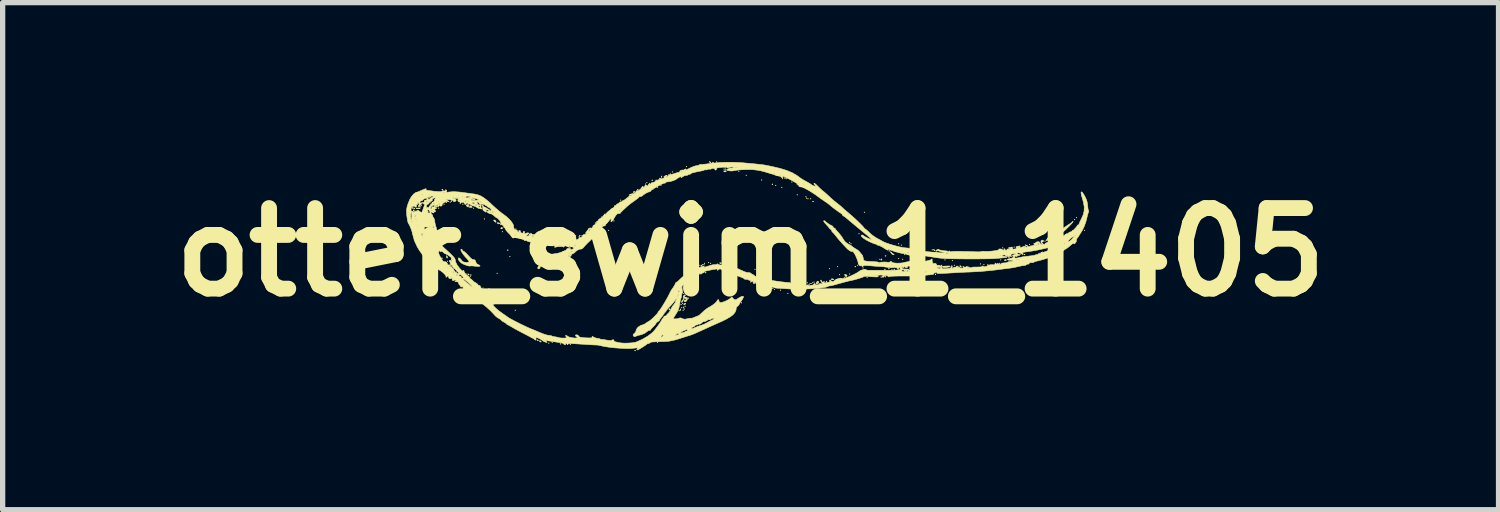
<source format=kicad_pcb>
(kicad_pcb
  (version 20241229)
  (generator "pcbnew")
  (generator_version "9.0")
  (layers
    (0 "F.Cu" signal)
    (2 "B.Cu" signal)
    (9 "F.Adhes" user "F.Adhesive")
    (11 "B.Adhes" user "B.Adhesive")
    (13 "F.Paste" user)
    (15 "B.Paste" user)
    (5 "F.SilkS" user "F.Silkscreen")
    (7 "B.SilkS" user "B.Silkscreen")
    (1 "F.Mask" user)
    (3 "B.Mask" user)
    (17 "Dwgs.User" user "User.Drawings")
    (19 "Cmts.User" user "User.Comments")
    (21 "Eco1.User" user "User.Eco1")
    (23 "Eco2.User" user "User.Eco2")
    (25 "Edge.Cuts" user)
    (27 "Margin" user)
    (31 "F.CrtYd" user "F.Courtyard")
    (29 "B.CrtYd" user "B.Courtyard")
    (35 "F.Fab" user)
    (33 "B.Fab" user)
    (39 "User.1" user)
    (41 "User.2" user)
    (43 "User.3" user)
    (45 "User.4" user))
  (footprint "otter_swim_1_1405"
    (layer "F.Cu")
    (at 11.147 1.72)
    (property "Reference" "otter_swim_1_1405" (at 0 0 0) (layer "F.SilkS") (effects (font (size 1.524 1.524) (thickness 0.3))))
    (attr through_hole)
    (fp_poly (pts (xy -6.236 -0.857) (xy -6.242 -0.851) (xy -6.248 -0.857) (xy -6.242 -0.864) (xy -6.236 -0.857)) (stroke (width 0.01) (type solid)) (fill yes) (layer "F.SilkS"))
    (fp_poly (pts (xy -6.223 -0.883) (xy -6.229 -0.876) (xy -6.236 -0.883) (xy -6.229 -0.889) (xy -6.223 -0.883)) (stroke (width 0.01) (type solid)) (fill yes) (layer "F.SilkS"))
    (fp_poly (pts (xy -6.058 -0.933) (xy -6.064 -0.927) (xy -6.071 -0.933) (xy -6.064 -0.94) (xy -6.058 -0.933)) (stroke (width 0.01) (type solid)) (fill yes) (layer "F.SilkS"))
    (fp_poly (pts (xy -6.02 -0.07) (xy -6.026 -0.064) (xy -6.032 -0.07) (xy -6.026 -0.076) (xy -6.02 -0.07)) (stroke (width 0.01) (type solid)) (fill yes) (layer "F.SilkS"))
    (fp_poly (pts (xy -5.893 -0.832) (xy -5.899 -0.826) (xy -5.905 -0.832) (xy -5.899 -0.838) (xy -5.893 -0.832)) (stroke (width 0.01) (type solid)) (fill yes) (layer "F.SilkS"))
    (fp_poly (pts (xy -5.791 -0.908) (xy -5.798 -0.902) (xy -5.804 -0.908) (xy -5.798 -0.914) (xy -5.791 -0.908)) (stroke (width 0.01) (type solid)) (fill yes) (layer "F.SilkS"))
    (fp_poly (pts (xy -5.728 0.171) (xy -5.734 0.178) (xy -5.74 0.171) (xy -5.734 0.165) (xy -5.728 0.171)) (stroke (width 0.01) (type solid)) (fill yes) (layer "F.SilkS"))
    (fp_poly (pts (xy -5.677 -0.946) (xy -5.683 -0.94) (xy -5.69 -0.946) (xy -5.683 -0.953) (xy -5.677 -0.946)) (stroke (width 0.01) (type solid)) (fill yes) (layer "F.SilkS"))
    (fp_poly (pts (xy -5.55 0.375) (xy -5.556 0.381) (xy -5.563 0.375) (xy -5.556 0.368) (xy -5.55 0.375)) (stroke (width 0.01) (type solid)) (fill yes) (layer "F.SilkS"))
    (fp_poly (pts (xy -5.436 -0.908) (xy -5.442 -0.902) (xy -5.448 -0.908) (xy -5.442 -0.914) (xy -5.436 -0.908)) (stroke (width 0.01) (type solid)) (fill yes) (layer "F.SilkS"))
    (fp_poly (pts (xy -5.359 0.413) (xy -5.366 0.419) (xy -5.372 0.413) (xy -5.366 0.406) (xy -5.359 0.413)) (stroke (width 0.01) (type solid)) (fill yes) (layer "F.SilkS"))
    (fp_poly (pts (xy -5.296 0.464) (xy -5.302 0.47) (xy -5.309 0.464) (xy -5.302 0.457) (xy -5.296 0.464)) (stroke (width 0.01) (type solid)) (fill yes) (layer "F.SilkS"))
    (fp_poly (pts (xy -5.232 -0.832) (xy -5.239 -0.826) (xy -5.245 -0.832) (xy -5.239 -0.838) (xy -5.232 -0.832)) (stroke (width 0.01) (type solid)) (fill yes) (layer "F.SilkS"))
    (fp_poly (pts (xy -5.144 -0.946) (xy -5.15 -0.94) (xy -5.156 -0.946) (xy -5.15 -0.953) (xy -5.144 -0.946)) (stroke (width 0.01) (type solid)) (fill yes) (layer "F.SilkS"))
    (fp_poly (pts (xy -5.055 0.679) (xy -5.061 0.686) (xy -5.067 0.679) (xy -5.061 0.673) (xy -5.055 0.679)) (stroke (width 0.01) (type solid)) (fill yes) (layer "F.SilkS"))
    (fp_poly (pts (xy -5.029 -0.629) (xy -5.036 -0.622) (xy -5.042 -0.629) (xy -5.036 -0.635) (xy -5.029 -0.629)) (stroke (width 0.01) (type solid)) (fill yes) (layer "F.SilkS"))
    (fp_poly (pts (xy -4.94 0.692) (xy -4.947 0.699) (xy -4.953 0.692) (xy -4.947 0.686) (xy -4.94 0.692)) (stroke (width 0.01) (type solid)) (fill yes) (layer "F.SilkS"))
    (fp_poly (pts (xy -4.851 0.806) (xy -4.858 0.813) (xy -4.864 0.806) (xy -4.858 0.8) (xy -4.851 0.806)) (stroke (width 0.01) (type solid)) (fill yes) (layer "F.SilkS"))
    (fp_poly (pts (xy -4.788 0.4) (xy -4.794 0.406) (xy -4.801 0.4) (xy -4.794 0.394) (xy -4.788 0.4)) (stroke (width 0.01) (type solid)) (fill yes) (layer "F.SilkS"))
    (fp_poly (pts (xy -4.686 -0.387) (xy -4.693 -0.381) (xy -4.699 -0.387) (xy -4.693 -0.394) (xy -4.686 -0.387)) (stroke (width 0.01) (type solid)) (fill yes) (layer "F.SilkS"))
    (fp_poly (pts (xy -4.547 0.083) (xy -4.553 0.089) (xy -4.559 0.083) (xy -4.553 0.076) (xy -4.547 0.083)) (stroke (width 0.01) (type solid)) (fill yes) (layer "F.SilkS"))
    (fp_poly (pts (xy -4.445 1.099) (xy -4.451 1.105) (xy -4.458 1.099) (xy -4.451 1.092) (xy -4.445 1.099)) (stroke (width 0.01) (type solid)) (fill yes) (layer "F.SilkS"))
    (fp_poly (pts (xy -4.432 -0.438) (xy -4.439 -0.432) (xy -4.445 -0.438) (xy -4.439 -0.445) (xy -4.432 -0.438)) (stroke (width 0.01) (type solid)) (fill yes) (layer "F.SilkS"))
    (fp_poly (pts (xy -4.077 -0.146) (xy -4.083 -0.14) (xy -4.089 -0.146) (xy -4.083 -0.152) (xy -4.077 -0.146)) (stroke (width 0.01) (type solid)) (fill yes) (layer "F.SilkS"))
    (fp_poly (pts (xy -3.848 -0.362) (xy -3.854 -0.356) (xy -3.861 -0.362) (xy -3.854 -0.368) (xy -3.848 -0.362)) (stroke (width 0.01) (type solid)) (fill yes) (layer "F.SilkS"))
    (fp_poly (pts (xy -3.823 0.21) (xy -3.829 0.216) (xy -3.835 0.21) (xy -3.829 0.203) (xy -3.823 0.21)) (stroke (width 0.01) (type solid)) (fill yes) (layer "F.SilkS"))
    (fp_poly (pts (xy -3.81 1.721) (xy -3.816 1.727) (xy -3.823 1.721) (xy -3.816 1.714) (xy -3.81 1.721)) (stroke (width 0.01) (type solid)) (fill yes) (layer "F.SilkS"))
    (fp_poly (pts (xy -3.747 0.184) (xy -3.753 0.191) (xy -3.759 0.184) (xy -3.753 0.178) (xy -3.747 0.184)) (stroke (width 0.01) (type solid)) (fill yes) (layer "F.SilkS"))
    (fp_poly (pts (xy -3.747 1.708) (xy -3.753 1.714) (xy -3.759 1.708) (xy -3.753 1.702) (xy -3.747 1.708)) (stroke (width 0.01) (type solid)) (fill yes) (layer "F.SilkS"))
    (fp_poly (pts (xy -3.734 -0.286) (xy -3.74 -0.279) (xy -3.747 -0.286) (xy -3.74 -0.292) (xy -3.734 -0.286)) (stroke (width 0.01) (type solid)) (fill yes) (layer "F.SilkS"))
    (fp_poly (pts (xy -3.683 -0.337) (xy -3.689 -0.33) (xy -3.696 -0.337) (xy -3.689 -0.343) (xy -3.683 -0.337)) (stroke (width 0.01) (type solid)) (fill yes) (layer "F.SilkS"))
    (fp_poly (pts (xy -3.607 -0.26) (xy -3.613 -0.254) (xy -3.619 -0.26) (xy -3.613 -0.267) (xy -3.607 -0.26)) (stroke (width 0.01) (type solid)) (fill yes) (layer "F.SilkS"))
    (fp_poly (pts (xy -3.607 0.21) (xy -3.613 0.216) (xy -3.619 0.21) (xy -3.613 0.203) (xy -3.607 0.21)) (stroke (width 0.01) (type solid)) (fill yes) (layer "F.SilkS"))
    (fp_poly (pts (xy -3.581 0.197) (xy -3.588 0.203) (xy -3.594 0.197) (xy -3.588 0.191) (xy -3.581 0.197)) (stroke (width 0.01) (type solid)) (fill yes) (layer "F.SilkS"))
    (fp_poly (pts (xy -3.556 -0.286) (xy -3.562 -0.279) (xy -3.569 -0.286) (xy -3.562 -0.292) (xy -3.556 -0.286)) (stroke (width 0.01) (type solid)) (fill yes) (layer "F.SilkS"))
    (fp_poly (pts (xy -3.404 1.746) (xy -3.41 1.753) (xy -3.416 1.746) (xy -3.41 1.74) (xy -3.404 1.746)) (stroke (width 0.01) (type solid)) (fill yes) (layer "F.SilkS"))
    (fp_poly (pts (xy -3.327 -0.286) (xy -3.334 -0.279) (xy -3.34 -0.286) (xy -3.334 -0.292) (xy -3.327 -0.286)) (stroke (width 0.01) (type solid)) (fill yes) (layer "F.SilkS"))
    (fp_poly (pts (xy -3.302 -0.311) (xy -3.308 -0.305) (xy -3.315 -0.311) (xy -3.308 -0.318) (xy -3.302 -0.311)) (stroke (width 0.01) (type solid)) (fill yes) (layer "F.SilkS"))
    (fp_poly (pts (xy -3.2 -0.311) (xy -3.207 -0.305) (xy -3.213 -0.311) (xy -3.207 -0.318) (xy -3.2 -0.311)) (stroke (width 0.01) (type solid)) (fill yes) (layer "F.SilkS"))
    (fp_poly (pts (xy -2.87 -0.375) (xy -2.877 -0.368) (xy -2.883 -0.375) (xy -2.877 -0.381) (xy -2.87 -0.375)) (stroke (width 0.01) (type solid)) (fill yes) (layer "F.SilkS"))
    (fp_poly (pts (xy -2.857 -0.337) (xy -2.864 -0.33) (xy -2.87 -0.337) (xy -2.864 -0.343) (xy -2.857 -0.337)) (stroke (width 0.01) (type solid)) (fill yes) (layer "F.SilkS"))
    (fp_poly (pts (xy -2.807 -0.667) (xy -2.813 -0.66) (xy -2.819 -0.667) (xy -2.813 -0.673) (xy -2.807 -0.667)) (stroke (width 0.01) (type solid)) (fill yes) (layer "F.SilkS"))
    (fp_poly (pts (xy -2.756 -0.718) (xy -2.762 -0.711) (xy -2.769 -0.718) (xy -2.762 -0.724) (xy -2.756 -0.718)) (stroke (width 0.01) (type solid)) (fill yes) (layer "F.SilkS"))
    (fp_poly (pts (xy -2.68 -0.413) (xy -2.686 -0.406) (xy -2.692 -0.413) (xy -2.686 -0.419) (xy -2.68 -0.413)) (stroke (width 0.01) (type solid)) (fill yes) (layer "F.SilkS"))
    (fp_poly (pts (xy -2.578 -0.591) (xy -2.584 -0.584) (xy -2.591 -0.591) (xy -2.584 -0.597) (xy -2.578 -0.591)) (stroke (width 0.01) (type solid)) (fill yes) (layer "F.SilkS"))
    (fp_poly (pts (xy -2.451 -0.984) (xy -2.457 -0.978) (xy -2.464 -0.984) (xy -2.457 -0.991) (xy -2.451 -0.984)) (stroke (width 0.01) (type solid)) (fill yes) (layer "F.SilkS"))
    (fp_poly (pts (xy -1.981 -1.289) (xy -1.988 -1.283) (xy -1.994 -1.289) (xy -1.988 -1.295) (xy -1.981 -1.289)) (stroke (width 0.01) (type solid)) (fill yes) (layer "F.SilkS"))
    (fp_poly (pts (xy -1.956 -1.314) (xy -1.962 -1.308) (xy -1.968 -1.314) (xy -1.962 -1.321) (xy -1.956 -1.314)) (stroke (width 0.01) (type solid)) (fill yes) (layer "F.SilkS"))
    (fp_poly (pts (xy -1.905 -1.302) (xy -1.911 -1.295) (xy -1.918 -1.302) (xy -1.911 -1.308) (xy -1.905 -1.302)) (stroke (width 0.01) (type solid)) (fill yes) (layer "F.SilkS"))
    (fp_poly (pts (xy -1.753 -1.226) (xy -1.759 -1.219) (xy -1.765 -1.226) (xy -1.759 -1.232) (xy -1.753 -1.226)) (stroke (width 0.01) (type solid)) (fill yes) (layer "F.SilkS"))
    (fp_poly (pts (xy -1.753 1.708) (xy -1.759 1.714) (xy -1.765 1.708) (xy -1.759 1.702) (xy -1.753 1.708)) (stroke (width 0.01) (type solid)) (fill yes) (layer "F.SilkS"))
    (fp_poly (pts (xy -1.689 -1.264) (xy -1.695 -1.257) (xy -1.702 -1.264) (xy -1.695 -1.27) (xy -1.689 -1.264)) (stroke (width 0.01) (type solid)) (fill yes) (layer "F.SilkS"))
    (fp_poly (pts (xy -1.511 -1.48) (xy -1.518 -1.473) (xy -1.524 -1.48) (xy -1.518 -1.486) (xy -1.511 -1.48)) (stroke (width 0.01) (type solid)) (fill yes) (layer "F.SilkS"))
    (fp_poly (pts (xy -1.473 -1.518) (xy -1.48 -1.511) (xy -1.486 -1.518) (xy -1.48 -1.524) (xy -1.473 -1.518)) (stroke (width 0.01) (type solid)) (fill yes) (layer "F.SilkS"))
    (fp_poly (pts (xy -1.295 1.048) (xy -1.302 1.054) (xy -1.308 1.048) (xy -1.302 1.041) (xy -1.295 1.048)) (stroke (width 0.01) (type solid)) (fill yes) (layer "F.SilkS"))
    (fp_poly (pts (xy -1.283 0.972) (xy -1.289 0.978) (xy -1.295 0.972) (xy -1.289 0.965) (xy -1.283 0.972)) (stroke (width 0.01) (type solid)) (fill yes) (layer "F.SilkS"))
    (fp_poly (pts (xy -1.27 0.667) (xy -1.276 0.673) (xy -1.283 0.667) (xy -1.276 0.66) (xy -1.27 0.667)) (stroke (width 0.01) (type solid)) (fill yes) (layer "F.SilkS"))
    (fp_poly (pts (xy -1.27 0.692) (xy -1.276 0.699) (xy -1.283 0.692) (xy -1.276 0.686) (xy -1.27 0.692)) (stroke (width 0.01) (type solid)) (fill yes) (layer "F.SilkS"))
    (fp_poly (pts (xy -1.27 1.099) (xy -1.276 1.105) (xy -1.283 1.099) (xy -1.276 1.092) (xy -1.27 1.099)) (stroke (width 0.01) (type solid)) (fill yes) (layer "F.SilkS"))
    (fp_poly (pts (xy -1.257 0.781) (xy -1.264 0.787) (xy -1.27 0.781) (xy -1.264 0.775) (xy -1.257 0.781)) (stroke (width 0.01) (type solid)) (fill yes) (layer "F.SilkS"))
    (fp_poly (pts (xy -1.232 1.022) (xy -1.238 1.029) (xy -1.245 1.022) (xy -1.238 1.016) (xy -1.232 1.022)) (stroke (width 0.01) (type solid)) (fill yes) (layer "F.SilkS"))
    (fp_poly (pts (xy -1.219 0.781) (xy -1.226 0.787) (xy -1.232 0.781) (xy -1.226 0.775) (xy -1.219 0.781)) (stroke (width 0.01) (type solid)) (fill yes) (layer "F.SilkS"))
    (fp_poly (pts (xy -1.206 -1.619) (xy -1.213 -1.613) (xy -1.219 -1.619) (xy -1.213 -1.626) (xy -1.206 -1.619)) (stroke (width 0.01) (type solid)) (fill yes) (layer "F.SilkS"))
    (fp_poly (pts (xy -1.194 0.756) (xy -1.2 0.762) (xy -1.206 0.756) (xy -1.2 0.749) (xy -1.194 0.756)) (stroke (width 0.01) (type solid)) (fill yes) (layer "F.SilkS"))
    (fp_poly (pts (xy -1.168 0.718) (xy -1.175 0.724) (xy -1.181 0.718) (xy -1.175 0.711) (xy -1.168 0.718)) (stroke (width 0.01) (type solid)) (fill yes) (layer "F.SilkS"))
    (fp_poly (pts (xy -1.168 0.756) (xy -1.175 0.762) (xy -1.181 0.756) (xy -1.175 0.749) (xy -1.168 0.756)) (stroke (width 0.01) (type solid)) (fill yes) (layer "F.SilkS"))
    (fp_poly (pts (xy -1.168 0.87) (xy -1.175 0.876) (xy -1.181 0.87) (xy -1.175 0.864) (xy -1.168 0.87)) (stroke (width 0.01) (type solid)) (fill yes) (layer "F.SilkS"))
    (fp_poly (pts (xy -1.105 0.527) (xy -1.111 0.533) (xy -1.118 0.527) (xy -1.111 0.521) (xy -1.105 0.527)) (stroke (width 0.01) (type solid)) (fill yes) (layer "F.SilkS"))
    (fp_poly (pts (xy -1.041 0.489) (xy -1.048 0.495) (xy -1.054 0.489) (xy -1.048 0.483) (xy -1.041 0.489)) (stroke (width 0.01) (type solid)) (fill yes) (layer "F.SilkS"))
    (fp_poly (pts (xy -0.953 0.248) (xy -0.959 0.254) (xy -0.965 0.248) (xy -0.959 0.241) (xy -0.953 0.248)) (stroke (width 0.01) (type solid)) (fill yes) (layer "F.SilkS"))
    (fp_poly (pts (xy -0.876 0.235) (xy -0.883 0.241) (xy -0.889 0.235) (xy -0.883 0.229) (xy -0.876 0.235)) (stroke (width 0.01) (type solid)) (fill yes) (layer "F.SilkS"))
    (fp_poly (pts (xy -0.864 0.21) (xy -0.87 0.216) (xy -0.876 0.21) (xy -0.87 0.203) (xy -0.864 0.21)) (stroke (width 0.01) (type solid)) (fill yes) (layer "F.SilkS"))
    (fp_poly (pts (xy -0.787 0.197) (xy -0.794 0.203) (xy -0.8 0.197) (xy -0.794 0.191) (xy -0.787 0.197)) (stroke (width 0.01) (type solid)) (fill yes) (layer "F.SilkS"))
    (fp_poly (pts (xy -0.749 0.21) (xy -0.756 0.216) (xy -0.762 0.21) (xy -0.756 0.203) (xy -0.749 0.21)) (stroke (width 0.01) (type solid)) (fill yes) (layer "F.SilkS"))
    (fp_poly (pts (xy -0.635 -1.708) (xy -0.641 -1.702) (xy -0.648 -1.708) (xy -0.641 -1.714) (xy -0.635 -1.708)) (stroke (width 0.01) (type solid)) (fill yes) (layer "F.SilkS"))
    (fp_poly (pts (xy -0.533 0.21) (xy -0.54 0.216) (xy -0.546 0.21) (xy -0.54 0.203) (xy -0.533 0.21)) (stroke (width 0.01) (type solid)) (fill yes) (layer "F.SilkS"))
    (fp_poly (pts (xy -0.495 -1.594) (xy -0.502 -1.587) (xy -0.508 -1.594) (xy -0.502 -1.6) (xy -0.495 -1.594)) (stroke (width 0.01) (type solid)) (fill yes) (layer "F.SilkS"))
    (fp_poly (pts (xy -0.495 -1.556) (xy -0.502 -1.549) (xy -0.508 -1.556) (xy -0.502 -1.562) (xy -0.495 -1.556)) (stroke (width 0.01) (type solid)) (fill yes) (layer "F.SilkS"))
    (fp_poly (pts (xy -0.47 -1.594) (xy -0.476 -1.587) (xy -0.483 -1.594) (xy -0.476 -1.6) (xy -0.47 -1.594)) (stroke (width 0.01) (type solid)) (fill yes) (layer "F.SilkS"))
    (fp_poly (pts (xy -0.47 -1.556) (xy -0.476 -1.549) (xy -0.483 -1.556) (xy -0.476 -1.562) (xy -0.47 -1.556)) (stroke (width 0.01) (type solid)) (fill yes) (layer "F.SilkS"))
    (fp_poly (pts (xy -0.216 -1.53) (xy -0.222 -1.524) (xy -0.229 -1.53) (xy -0.222 -1.537) (xy -0.216 -1.53)) (stroke (width 0.01) (type solid)) (fill yes) (layer "F.SilkS"))
    (fp_poly (pts (xy -0.165 0.959) (xy -0.171 0.965) (xy -0.178 0.959) (xy -0.171 0.953) (xy -0.165 0.959)) (stroke (width 0.01) (type solid)) (fill yes) (layer "F.SilkS"))
    (fp_poly (pts (xy -0.076 -1.454) (xy -0.083 -1.448) (xy -0.089 -1.454) (xy -0.083 -1.46) (xy -0.076 -1.454)) (stroke (width 0.01) (type solid)) (fill yes) (layer "F.SilkS"))
    (fp_poly (pts (xy 0.089 0.324) (xy 0.083 0.33) (xy 0.076 0.324) (xy 0.083 0.318) (xy 0.089 0.324)) (stroke (width 0.01) (type solid)) (fill yes) (layer "F.SilkS"))
    (fp_poly (pts (xy 0.114 0.591) (xy 0.108 0.597) (xy 0.102 0.591) (xy 0.108 0.584) (xy 0.114 0.591)) (stroke (width 0.01) (type solid)) (fill yes) (layer "F.SilkS"))
    (fp_poly (pts (xy 0.127 0.616) (xy 0.121 0.622) (xy 0.114 0.616) (xy 0.121 0.61) (xy 0.127 0.616)) (stroke (width 0.01) (type solid)) (fill yes) (layer "F.SilkS"))
    (fp_poly (pts (xy 0.216 -1.365) (xy 0.21 -1.359) (xy 0.203 -1.365) (xy 0.21 -1.372) (xy 0.216 -1.365)) (stroke (width 0.01) (type solid)) (fill yes) (layer "F.SilkS"))
    (fp_poly (pts (xy 0.318 0.679) (xy 0.311 0.686) (xy 0.305 0.679) (xy 0.311 0.673) (xy 0.318 0.679)) (stroke (width 0.01) (type solid)) (fill yes) (layer "F.SilkS"))
    (fp_poly (pts (xy 0.457 0.705) (xy 0.451 0.711) (xy 0.445 0.705) (xy 0.451 0.699) (xy 0.457 0.705)) (stroke (width 0.01) (type solid)) (fill yes) (layer "F.SilkS"))
    (fp_poly (pts (xy 0.483 -1.264) (xy 0.476 -1.257) (xy 0.47 -1.264) (xy 0.476 -1.27) (xy 0.483 -1.264)) (stroke (width 0.01) (type solid)) (fill yes) (layer "F.SilkS"))
    (fp_poly (pts (xy 0.572 0.718) (xy 0.565 0.724) (xy 0.559 0.718) (xy 0.565 0.711) (xy 0.572 0.718)) (stroke (width 0.01) (type solid)) (fill yes) (layer "F.SilkS"))
    (fp_poly (pts (xy 0.597 -1.226) (xy 0.591 -1.219) (xy 0.584 -1.226) (xy 0.591 -1.232) (xy 0.597 -1.226)) (stroke (width 0.01) (type solid)) (fill yes) (layer "F.SilkS"))
    (fp_poly (pts (xy 0.61 -1.391) (xy 0.603 -1.384) (xy 0.597 -1.391) (xy 0.603 -1.397) (xy 0.61 -1.391)) (stroke (width 0.01) (type solid)) (fill yes) (layer "F.SilkS"))
    (fp_poly (pts (xy 0.648 -1.403) (xy 0.641 -1.397) (xy 0.635 -1.403) (xy 0.641 -1.41) (xy 0.648 -1.403)) (stroke (width 0.01) (type solid)) (fill yes) (layer "F.SilkS"))
    (fp_poly (pts (xy 0.711 0.781) (xy 0.705 0.787) (xy 0.699 0.781) (xy 0.705 0.775) (xy 0.711 0.781)) (stroke (width 0.01) (type solid)) (fill yes) (layer "F.SilkS"))
    (fp_poly (pts (xy 0.787 -1.327) (xy 0.781 -1.321) (xy 0.775 -1.327) (xy 0.781 -1.333) (xy 0.787 -1.327)) (stroke (width 0.01) (type solid)) (fill yes) (layer "F.SilkS"))
    (fp_poly (pts (xy 0.889 -1.276) (xy 0.883 -1.27) (xy 0.876 -1.276) (xy 0.883 -1.283) (xy 0.889 -1.276)) (stroke (width 0.01) (type solid)) (fill yes) (layer "F.SilkS"))
    (fp_poly (pts (xy 0.889 -1.086) (xy 0.883 -1.079) (xy 0.876 -1.086) (xy 0.883 -1.092) (xy 0.889 -1.086)) (stroke (width 0.01) (type solid)) (fill yes) (layer "F.SilkS"))
    (fp_poly (pts (xy 1.041 0.603) (xy 1.035 0.61) (xy 1.029 0.603) (xy 1.035 0.597) (xy 1.041 0.603)) (stroke (width 0.01) (type solid)) (fill yes) (layer "F.SilkS"))
    (fp_poly (pts (xy 1.054 -1.048) (xy 1.048 -1.041) (xy 1.041 -1.048) (xy 1.048 -1.054) (xy 1.054 -1.048)) (stroke (width 0.01) (type solid)) (fill yes) (layer "F.SilkS"))
    (fp_poly (pts (xy 1.067 -1.022) (xy 1.06 -1.016) (xy 1.054 -1.022) (xy 1.06 -1.029) (xy 1.067 -1.022)) (stroke (width 0.01) (type solid)) (fill yes) (layer "F.SilkS"))
    (fp_poly (pts (xy 1.079 0.578) (xy 1.073 0.584) (xy 1.067 0.578) (xy 1.073 0.572) (xy 1.079 0.578)) (stroke (width 0.01) (type solid)) (fill yes) (layer "F.SilkS"))
    (fp_poly (pts (xy 1.092 -1.01) (xy 1.086 -1.003) (xy 1.079 -1.01) (xy 1.086 -1.016) (xy 1.092 -1.01)) (stroke (width 0.01) (type solid)) (fill yes) (layer "F.SilkS"))
    (fp_poly (pts (xy 1.118 0.603) (xy 1.111 0.61) (xy 1.105 0.603) (xy 1.111 0.597) (xy 1.118 0.603)) (stroke (width 0.01) (type solid)) (fill yes) (layer "F.SilkS"))
    (fp_poly (pts (xy 1.143 -1.01) (xy 1.137 -1.003) (xy 1.13 -1.01) (xy 1.137 -1.016) (xy 1.143 -1.01)) (stroke (width 0.01) (type solid)) (fill yes) (layer "F.SilkS"))
    (fp_poly (pts (xy 1.181 0.578) (xy 1.175 0.584) (xy 1.168 0.578) (xy 1.175 0.572) (xy 1.181 0.578)) (stroke (width 0.01) (type solid)) (fill yes) (layer "F.SilkS"))
    (fp_poly (pts (xy 1.206 0.565) (xy 1.2 0.572) (xy 1.194 0.565) (xy 1.2 0.559) (xy 1.206 0.565)) (stroke (width 0.01) (type solid)) (fill yes) (layer "F.SilkS"))
    (fp_poly (pts (xy 1.499 0.311) (xy 1.492 0.318) (xy 1.486 0.311) (xy 1.492 0.305) (xy 1.499 0.311)) (stroke (width 0.01) (type solid)) (fill yes) (layer "F.SilkS"))
    (fp_poly (pts (xy 1.651 0.273) (xy 1.645 0.279) (xy 1.638 0.273) (xy 1.645 0.267) (xy 1.651 0.273)) (stroke (width 0.01) (type solid)) (fill yes) (layer "F.SilkS"))
    (fp_poly (pts (xy 1.689 0.425) (xy 1.683 0.432) (xy 1.676 0.425) (xy 1.683 0.419) (xy 1.689 0.425)) (stroke (width 0.01) (type solid)) (fill yes) (layer "F.SilkS"))
    (fp_poly (pts (xy 1.778 0.476) (xy 1.772 0.483) (xy 1.765 0.476) (xy 1.772 0.47) (xy 1.778 0.476)) (stroke (width 0.01) (type solid)) (fill yes) (layer "F.SilkS"))
    (fp_poly (pts (xy 1.88 -0.184) (xy 1.873 -0.178) (xy 1.867 -0.184) (xy 1.873 -0.191) (xy 1.88 -0.184)) (stroke (width 0.01) (type solid)) (fill yes) (layer "F.SilkS"))
    (fp_poly (pts (xy 1.88 0.413) (xy 1.873 0.419) (xy 1.867 0.413) (xy 1.873 0.406) (xy 1.88 0.413)) (stroke (width 0.01) (type solid)) (fill yes) (layer "F.SilkS"))
    (fp_poly (pts (xy 1.905 -0.159) (xy 1.899 -0.152) (xy 1.892 -0.159) (xy 1.899 -0.165) (xy 1.905 -0.159)) (stroke (width 0.01) (type solid)) (fill yes) (layer "F.SilkS"))
    (fp_poly (pts (xy 2.032 0.248) (xy 2.026 0.254) (xy 2.019 0.248) (xy 2.026 0.241) (xy 2.032 0.248)) (stroke (width 0.01) (type solid)) (fill yes) (layer "F.SilkS"))
    (fp_poly (pts (xy 2.057 -0.349) (xy 2.051 -0.343) (xy 2.045 -0.349) (xy 2.051 -0.356) (xy 2.057 -0.349)) (stroke (width 0.01) (type solid)) (fill yes) (layer "F.SilkS"))
    (fp_poly (pts (xy 2.134 0.298) (xy 2.127 0.305) (xy 2.121 0.298) (xy 2.127 0.292) (xy 2.134 0.298)) (stroke (width 0.01) (type solid)) (fill yes) (layer "F.SilkS"))
    (fp_poly (pts (xy 2.159 -0.756) (xy 2.153 -0.749) (xy 2.146 -0.756) (xy 2.153 -0.762) (xy 2.159 -0.756)) (stroke (width 0.01) (type solid)) (fill yes) (layer "F.SilkS"))
    (fp_poly (pts (xy 2.21 0.476) (xy 2.203 0.483) (xy 2.197 0.476) (xy 2.203 0.47) (xy 2.21 0.476)) (stroke (width 0.01) (type solid)) (fill yes) (layer "F.SilkS"))
    (fp_poly (pts (xy 2.451 0.133) (xy 2.445 0.14) (xy 2.438 0.133) (xy 2.445 0.127) (xy 2.451 0.133)) (stroke (width 0.01) (type solid)) (fill yes) (layer "F.SilkS"))
    (fp_poly (pts (xy 2.68 0.324) (xy 2.673 0.33) (xy 2.667 0.324) (xy 2.673 0.318) (xy 2.68 0.324)) (stroke (width 0.01) (type solid)) (fill yes) (layer "F.SilkS"))
    (fp_poly (pts (xy 2.807 -0.159) (xy 2.8 -0.152) (xy 2.794 -0.159) (xy 2.8 -0.165) (xy 2.807 -0.159)) (stroke (width 0.01) (type solid)) (fill yes) (layer "F.SilkS"))
    (fp_poly (pts (xy 2.807 0.121) (xy 2.8 0.127) (xy 2.794 0.121) (xy 2.8 0.114) (xy 2.807 0.121)) (stroke (width 0.01) (type solid)) (fill yes) (layer "F.SilkS"))
    (fp_poly (pts (xy 2.857 -0.133) (xy 2.851 -0.127) (xy 2.845 -0.133) (xy 2.851 -0.14) (xy 2.857 -0.133)) (stroke (width 0.01) (type solid)) (fill yes) (layer "F.SilkS"))
    (fp_poly (pts (xy 2.883 0.133) (xy 2.877 0.14) (xy 2.87 0.133) (xy 2.877 0.127) (xy 2.883 0.133)) (stroke (width 0.01) (type solid)) (fill yes) (layer "F.SilkS"))
    (fp_poly (pts (xy 2.921 0.044) (xy 2.915 0.051) (xy 2.908 0.044) (xy 2.915 0.038) (xy 2.921 0.044)) (stroke (width 0.01) (type solid)) (fill yes) (layer "F.SilkS"))
    (fp_poly (pts (xy 3.023 0.311) (xy 3.016 0.318) (xy 3.01 0.311) (xy 3.016 0.305) (xy 3.023 0.311)) (stroke (width 0.01) (type solid)) (fill yes) (layer "F.SilkS"))
    (fp_poly (pts (xy 3.124 0.083) (xy 3.118 0.089) (xy 3.111 0.083) (xy 3.118 0.076) (xy 3.124 0.083)) (stroke (width 0.01) (type solid)) (fill yes) (layer "F.SilkS"))
    (fp_poly (pts (xy 3.442 -0.044) (xy 3.435 -0.038) (xy 3.429 -0.044) (xy 3.435 -0.051) (xy 3.442 -0.044)) (stroke (width 0.01) (type solid)) (fill yes) (layer "F.SilkS"))
    (fp_poly (pts (xy 3.683 0.146) (xy 3.677 0.152) (xy 3.67 0.146) (xy 3.677 0.14) (xy 3.683 0.146)) (stroke (width 0.01) (type solid)) (fill yes) (layer "F.SilkS"))
    (fp_poly (pts (xy 3.823 0.159) (xy 3.816 0.165) (xy 3.81 0.159) (xy 3.816 0.152) (xy 3.823 0.159)) (stroke (width 0.01) (type solid)) (fill yes) (layer "F.SilkS"))
    (fp_poly (pts (xy 3.861 0.248) (xy 3.854 0.254) (xy 3.848 0.248) (xy 3.854 0.241) (xy 3.861 0.248)) (stroke (width 0.01) (type solid)) (fill yes) (layer "F.SilkS"))
    (fp_poly (pts (xy 3.962 0.286) (xy 3.956 0.292) (xy 3.95 0.286) (xy 3.956 0.279) (xy 3.962 0.286)) (stroke (width 0.01) (type solid)) (fill yes) (layer "F.SilkS"))
    (fp_poly (pts (xy 4.356 0.222) (xy 4.35 0.229) (xy 4.343 0.222) (xy 4.35 0.216) (xy 4.356 0.222)) (stroke (width 0.01) (type solid)) (fill yes) (layer "F.SilkS"))
    (fp_poly (pts (xy 4.42 0.235) (xy 4.413 0.241) (xy 4.407 0.235) (xy 4.413 0.229) (xy 4.42 0.235)) (stroke (width 0.01) (type solid)) (fill yes) (layer "F.SilkS"))
    (fp_poly (pts (xy 4.737 0.146) (xy 4.731 0.152) (xy 4.724 0.146) (xy 4.731 0.14) (xy 4.737 0.146)) (stroke (width 0.01) (type solid)) (fill yes) (layer "F.SilkS"))
    (fp_poly (pts (xy 4.775 -0.083) (xy 4.769 -0.076) (xy 4.763 -0.083) (xy 4.769 -0.089) (xy 4.775 -0.083)) (stroke (width 0.01) (type solid)) (fill yes) (layer "F.SilkS"))
    (fp_poly (pts (xy 4.991 -0.095) (xy 4.985 -0.089) (xy 4.978 -0.095) (xy 4.985 -0.102) (xy 4.991 -0.095)) (stroke (width 0.01) (type solid)) (fill yes) (layer "F.SilkS"))
    (fp_poly (pts (xy 5.042 0.083) (xy 5.036 0.089) (xy 5.029 0.083) (xy 5.036 0.076) (xy 5.042 0.083)) (stroke (width 0.01) (type solid)) (fill yes) (layer "F.SilkS"))
    (fp_poly (pts (xy 5.283 -0.146) (xy 5.277 -0.14) (xy 5.271 -0.146) (xy 5.277 -0.152) (xy 5.283 -0.146)) (stroke (width 0.01) (type solid)) (fill yes) (layer "F.SilkS"))
    (fp_poly (pts (xy 5.575 -0.21) (xy 5.569 -0.203) (xy 5.563 -0.21) (xy 5.569 -0.216) (xy 5.575 -0.21)) (stroke (width 0.01) (type solid)) (fill yes) (layer "F.SilkS"))
    (fp_poly (pts (xy 6.134 -0.616) (xy 6.128 -0.61) (xy 6.121 -0.616) (xy 6.128 -0.622) (xy 6.134 -0.616)) (stroke (width 0.01) (type solid)) (fill yes) (layer "F.SilkS"))
    (fp_poly (pts (xy 6.172 -0.654) (xy 6.166 -0.648) (xy 6.16 -0.654) (xy 6.166 -0.66) (xy 6.172 -0.654)) (stroke (width 0.01) (type solid)) (fill yes) (layer "F.SilkS"))
    (fp_poly (pts (xy 6.325 -0.413) (xy 6.318 -0.406) (xy 6.312 -0.413) (xy 6.318 -0.419) (xy 6.325 -0.413)) (stroke (width 0.01) (type solid)) (fill yes) (layer "F.SilkS"))
    (fp_poly (pts (xy -6.354 -0.834) (xy -6.353 -0.819) (xy -6.354 -0.817) (xy -6.362 -0.819) (xy -6.363 -0.826) (xy -6.358 -0.836) (xy -6.354 -0.834)) (stroke (width 0.01) (type solid)) (fill yes) (layer "F.SilkS"))
    (fp_poly (pts (xy -6.037 -0.91) (xy -6.038 -0.903) (xy -6.045 -0.902) (xy -6.056 -0.906) (xy -6.054 -0.91) (xy -6.039 -0.912) (xy -6.037 -0.91)) (stroke (width 0.01) (type solid)) (fill yes) (layer "F.SilkS"))
    (fp_poly (pts (xy -5.834 0.106) (xy -5.832 0.121) (xy -5.834 0.123) (xy -5.841 0.121) (xy -5.842 0.114) (xy -5.837 0.104) (xy -5.834 0.106)) (stroke (width 0.01) (type solid)) (fill yes) (layer "F.SilkS"))
    (fp_poly (pts (xy -5.821 -1.19) (xy -5.823 -1.182) (xy -5.829 -1.181) (xy -5.84 -1.186) (xy -5.838 -1.19) (xy -5.823 -1.191) (xy -5.821 -1.19)) (stroke (width 0.01) (type solid)) (fill yes) (layer "F.SilkS"))
    (fp_poly (pts (xy -5.745 -0.948) (xy -5.746 -0.941) (xy -5.753 -0.94) (xy -5.764 -0.944) (xy -5.762 -0.948) (xy -5.746 -0.95) (xy -5.745 -0.948)) (stroke (width 0.01) (type solid)) (fill yes) (layer "F.SilkS"))
    (fp_poly (pts (xy -5.656 -0.974) (xy -5.654 -0.959) (xy -5.656 -0.957) (xy -5.663 -0.958) (xy -5.664 -0.965) (xy -5.66 -0.976) (xy -5.656 -0.974)) (stroke (width 0.01) (type solid)) (fill yes) (layer "F.SilkS"))
    (fp_poly (pts (xy -5.287 0.423) (xy -5.286 0.438) (xy -5.287 0.44) (xy -5.295 0.439) (xy -5.296 0.432) (xy -5.291 0.421) (xy -5.287 0.423)) (stroke (width 0.01) (type solid)) (fill yes) (layer "F.SilkS"))
    (fp_poly (pts (xy -4.589 -0.047) (xy -4.587 -0.031) (xy -4.589 -0.03) (xy -4.596 -0.031) (xy -4.597 -0.038) (xy -4.593 -0.049) (xy -4.589 -0.047)) (stroke (width 0.01) (type solid)) (fill yes) (layer "F.SilkS"))
    (fp_poly (pts (xy -3.598 -0.301) (xy -3.6 -0.293) (xy -3.607 -0.292) (xy -3.617 -0.297) (xy -3.615 -0.301) (xy -3.6 -0.302) (xy -3.598 -0.301)) (stroke (width 0.01) (type solid)) (fill yes) (layer "F.SilkS"))
    (fp_poly (pts (xy -3.586 1.731) (xy -3.587 1.739) (xy -3.594 1.74) (xy -3.605 1.735) (xy -3.603 1.731) (xy -3.587 1.73) (xy -3.586 1.731)) (stroke (width 0.01) (type solid)) (fill yes) (layer "F.SilkS"))
    (fp_poly (pts (xy -3.497 -0.262) (xy -3.495 -0.247) (xy -3.497 -0.246) (xy -3.504 -0.247) (xy -3.505 -0.254) (xy -3.501 -0.264) (xy -3.497 -0.262)) (stroke (width 0.01) (type solid)) (fill yes) (layer "F.SilkS"))
    (fp_poly (pts (xy -2.951 -0.275) (xy -2.949 -0.26) (xy -2.951 -0.258) (xy -2.958 -0.26) (xy -2.959 -0.267) (xy -2.954 -0.277) (xy -2.951 -0.275)) (stroke (width 0.01) (type solid)) (fill yes) (layer "F.SilkS"))
    (fp_poly (pts (xy -2.925 -0.555) (xy -2.927 -0.547) (xy -2.934 -0.546) (xy -2.944 -0.551) (xy -2.942 -0.555) (xy -2.927 -0.556) (xy -2.925 -0.555)) (stroke (width 0.01) (type solid)) (fill yes) (layer "F.SilkS"))
    (fp_poly (pts (xy -2.176 1.858) (xy -2.178 1.866) (xy -2.184 1.867) (xy -2.195 1.862) (xy -2.193 1.858) (xy -2.178 1.857) (xy -2.176 1.858)) (stroke (width 0.01) (type solid)) (fill yes) (layer "F.SilkS"))
    (fp_poly (pts (xy -2.125 -1.19) (xy -2.127 -1.182) (xy -2.134 -1.181) (xy -2.144 -1.186) (xy -2.142 -1.19) (xy -2.127 -1.191) (xy -2.125 -1.19)) (stroke (width 0.01) (type solid)) (fill yes) (layer "F.SilkS"))
    (fp_poly (pts (xy -1.858 -1.367) (xy -1.857 -1.352) (xy -1.858 -1.35) (xy -1.866 -1.352) (xy -1.867 -1.359) (xy -1.862 -1.369) (xy -1.858 -1.367)) (stroke (width 0.01) (type solid)) (fill yes) (layer "F.SilkS"))
    (fp_poly (pts (xy -1.68 -1.437) (xy -1.679 -1.418) (xy -1.681 -1.413) (xy -1.687 -1.417) (xy -1.688 -1.43) (xy -1.685 -1.443) (xy -1.68 -1.437)) (stroke (width 0.01) (type solid)) (fill yes) (layer "F.SilkS"))
    (fp_poly (pts (xy -1.35 1.096) (xy -1.349 1.112) (xy -1.35 1.113) (xy -1.358 1.112) (xy -1.359 1.105) (xy -1.354 1.094) (xy -1.35 1.096)) (stroke (width 0.01) (type solid)) (fill yes) (layer "F.SilkS"))
    (fp_poly (pts (xy -1.325 1.077) (xy -1.323 1.097) (xy -1.326 1.101) (xy -1.332 1.098) (xy -1.332 1.085) (xy -1.329 1.071) (xy -1.325 1.077)) (stroke (width 0.01) (type solid)) (fill yes) (layer "F.SilkS"))
    (fp_poly (pts (xy -1.312 0.982) (xy -1.311 0.997) (xy -1.312 0.999) (xy -1.32 0.997) (xy -1.321 0.991) (xy -1.316 0.98) (xy -1.312 0.982)) (stroke (width 0.01) (type solid)) (fill yes) (layer "F.SilkS"))
    (fp_poly (pts (xy -1.262 1.033) (xy -1.26 1.048) (xy -1.262 1.05) (xy -1.269 1.048) (xy -1.27 1.041) (xy -1.265 1.031) (xy -1.262 1.033)) (stroke (width 0.01) (type solid)) (fill yes) (layer "F.SilkS"))
    (fp_poly (pts (xy -1.249 1.071) (xy -1.251 1.079) (xy -1.257 1.079) (xy -1.268 1.075) (xy -1.266 1.071) (xy -1.251 1.07) (xy -1.249 1.071)) (stroke (width 0.01) (type solid)) (fill yes) (layer "F.SilkS"))
    (fp_poly (pts (xy -1.16 0.69) (xy -1.162 0.698) (xy -1.168 0.699) (xy -1.179 0.694) (xy -1.177 0.69) (xy -1.162 0.689) (xy -1.16 0.69)) (stroke (width 0.01) (type solid)) (fill yes) (layer "F.SilkS"))
    (fp_poly (pts (xy -0.842 0.385) (xy -0.844 0.393) (xy -0.851 0.394) (xy -0.861 0.389) (xy -0.859 0.385) (xy -0.844 0.384) (xy -0.842 0.385)) (stroke (width 0.01) (type solid)) (fill yes) (layer "F.SilkS"))
    (fp_poly (pts (xy 0.224 0.614) (xy 0.223 0.621) (xy 0.216 0.622) (xy 0.205 0.618) (xy 0.207 0.614) (xy 0.223 0.612) (xy 0.224 0.614)) (stroke (width 0.01) (type solid)) (fill yes) (layer "F.SilkS"))
    (fp_poly (pts (xy 0.351 0.677) (xy 0.35 0.685) (xy 0.343 0.686) (xy 0.332 0.681) (xy 0.334 0.677) (xy 0.35 0.676) (xy 0.351 0.677)) (stroke (width 0.01) (type solid)) (fill yes) (layer "F.SilkS"))
    (fp_poly (pts (xy 0.377 0.665) (xy 0.378 0.68) (xy 0.377 0.682) (xy 0.369 0.68) (xy 0.368 0.673) (xy 0.373 0.663) (xy 0.377 0.665)) (stroke (width 0.01) (type solid)) (fill yes) (layer "F.SilkS"))
    (fp_poly (pts (xy 0.415 -1.291) (xy 0.416 -1.276) (xy 0.415 -1.274) (xy 0.407 -1.276) (xy 0.406 -1.283) (xy 0.411 -1.293) (xy 0.415 -1.291)) (stroke (width 0.01) (type solid)) (fill yes) (layer "F.SilkS"))
    (fp_poly (pts (xy 0.428 0.677) (xy 0.426 0.685) (xy 0.419 0.686) (xy 0.409 0.681) (xy 0.411 0.677) (xy 0.426 0.676) (xy 0.428 0.677)) (stroke (width 0.01) (type solid)) (fill yes) (layer "F.SilkS"))
    (fp_poly (pts (xy 0.682 -1.393) (xy 0.68 -1.385) (xy 0.673 -1.384) (xy 0.663 -1.389) (xy 0.665 -1.393) (xy 0.68 -1.394) (xy 0.682 -1.393)) (stroke (width 0.01) (type solid)) (fill yes) (layer "F.SilkS"))
    (fp_poly (pts (xy 1.151 0.588) (xy 1.15 0.596) (xy 1.143 0.597) (xy 1.133 0.592) (xy 1.135 0.588) (xy 1.15 0.587) (xy 1.151 0.588)) (stroke (width 0.01) (type solid)) (fill yes) (layer "F.SilkS"))
    (fp_poly (pts (xy 1.19 -0.961) (xy 1.188 -0.953) (xy 1.181 -0.953) (xy 1.171 -0.957) (xy 1.173 -0.961) (xy 1.188 -0.962) (xy 1.19 -0.961)) (stroke (width 0.01) (type solid)) (fill yes) (layer "F.SilkS"))
    (fp_poly (pts (xy 1.99 0.271) (xy 1.988 0.278) (xy 1.981 0.279) (xy 1.971 0.275) (xy 1.973 0.271) (xy 1.988 0.269) (xy 1.99 0.271)) (stroke (width 0.01) (type solid)) (fill yes) (layer "F.SilkS"))
    (fp_poly (pts (xy 2.472 0.461) (xy 2.474 0.477) (xy 2.472 0.478) (xy 2.465 0.477) (xy 2.464 0.47) (xy 2.468 0.459) (xy 2.472 0.461)) (stroke (width 0.01) (type solid)) (fill yes) (layer "F.SilkS"))
    (fp_poly (pts (xy 2.548 0.322) (xy 2.547 0.329) (xy 2.54 0.33) (xy 2.53 0.326) (xy 2.532 0.322) (xy 2.547 0.32) (xy 2.548 0.322)) (stroke (width 0.01) (type solid)) (fill yes) (layer "F.SilkS"))
    (fp_poly (pts (xy 2.561 0.068) (xy 2.559 0.075) (xy 2.553 0.076) (xy 2.542 0.072) (xy 2.544 0.068) (xy 2.559 0.066) (xy 2.561 0.068)) (stroke (width 0.01) (type solid)) (fill yes) (layer "F.SilkS"))
    (fp_poly (pts (xy 2.561 0.461) (xy 2.559 0.469) (xy 2.553 0.47) (xy 2.542 0.465) (xy 2.544 0.461) (xy 2.559 0.46) (xy 2.561 0.461)) (stroke (width 0.01) (type solid)) (fill yes) (layer "F.SilkS"))
    (fp_poly (pts (xy 2.625 -0.034) (xy 2.626 -0.019) (xy 2.625 -0.017) (xy 2.617 -0.019) (xy 2.616 -0.025) (xy 2.621 -0.036) (xy 2.625 -0.034)) (stroke (width 0.01) (type solid)) (fill yes) (layer "F.SilkS"))
    (fp_poly (pts (xy 2.625 0.309) (xy 2.623 0.317) (xy 2.616 0.318) (xy 2.606 0.313) (xy 2.608 0.309) (xy 2.623 0.308) (xy 2.625 0.309)) (stroke (width 0.01) (type solid)) (fill yes) (layer "F.SilkS"))
    (fp_poly (pts (xy 2.726 0.322) (xy 2.725 0.329) (xy 2.718 0.33) (xy 2.707 0.326) (xy 2.709 0.322) (xy 2.724 0.32) (xy 2.726 0.322)) (stroke (width 0.01) (type solid)) (fill yes) (layer "F.SilkS"))
    (fp_poly (pts (xy 3.501 0.411) (xy 3.502 0.426) (xy 3.501 0.428) (xy 3.493 0.426) (xy 3.493 0.419) (xy 3.497 0.409) (xy 3.501 0.411)) (stroke (width 0.01) (type solid)) (fill yes) (layer "F.SilkS"))
    (fp_poly (pts (xy 4.72 0.207) (xy 4.718 0.215) (xy 4.712 0.216) (xy 4.701 0.211) (xy 4.703 0.207) (xy 4.718 0.206) (xy 4.72 0.207)) (stroke (width 0.01) (type solid)) (fill yes) (layer "F.SilkS"))
    (fp_poly (pts (xy 5.19 0.042) (xy 5.188 0.05) (xy 5.182 0.051) (xy 5.171 0.046) (xy 5.173 0.042) (xy 5.188 0.041) (xy 5.19 0.042)) (stroke (width 0.01) (type solid)) (fill yes) (layer "F.SilkS"))
    (fp_poly (pts (xy -4.7 -0.466) (xy -4.693 -0.459) (xy -4.697 -0.445) (xy -4.705 -0.44) (xy -4.722 -0.442) (xy -4.724 -0.451) (xy -4.716 -0.468) (xy -4.7 -0.466)) (stroke (width 0.01) (type solid)) (fill yes) (layer "F.SilkS"))
    (fp_poly (pts (xy -1.228 0.975) (xy -1.239 0.987) (xy -1.257 0.995) (xy -1.264 0.99) (xy -1.261 0.976) (xy -1.251 0.97) (xy -1.23 0.966) (xy -1.228 0.975)) (stroke (width 0.01) (type solid)) (fill yes) (layer "F.SilkS"))
    (fp_poly (pts (xy -1.174 0.777) (xy -1.178 0.787) (xy -1.19 0.793) (xy -1.205 0.797) (xy -1.199 0.787) (xy -1.197 0.786) (xy -1.181 0.776) (xy -1.174 0.777)) (stroke (width 0.01) (type solid)) (fill yes) (layer "F.SilkS"))
    (fp_poly (pts (xy -0.758 -1.705) (xy -0.756 -1.702) (xy -0.751 -1.69) (xy -0.763 -1.695) (xy -0.775 -1.702) (xy -0.784 -1.712) (xy -0.779 -1.714) (xy -0.758 -1.705)) (stroke (width 0.01) (type solid)) (fill yes) (layer "F.SilkS"))
    (fp_poly (pts (xy 3.483 -0.042) (xy 3.486 -0.038) (xy 3.491 -0.027) (xy 3.479 -0.031) (xy 3.467 -0.038) (xy 3.457 -0.048) (xy 3.463 -0.051) (xy 3.483 -0.042)) (stroke (width 0.01) (type solid)) (fill yes) (layer "F.SilkS"))
    (fp_poly (pts (xy 3.976 0.262) (xy 3.987 0.277) (xy 3.986 0.285) (xy 3.975 0.281) (xy 3.965 0.272) (xy 3.957 0.257) (xy 3.961 0.254) (xy 3.976 0.262)) (stroke (width 0.01) (type solid)) (fill yes) (layer "F.SilkS"))
    (fp_poly (pts (xy -6.388 -0.845) (xy -6.376 -0.833) (xy -6.375 -0.831) (xy -6.385 -0.826) (xy -6.388 -0.826) (xy -6.4 -0.835) (xy -6.401 -0.839) (xy -6.393 -0.847) (xy -6.388 -0.845)) (stroke (width 0.01) (type solid)) (fill yes) (layer "F.SilkS"))
    (fp_poly (pts (xy -6.363 -0.791) (xy -6.363 -0.787) (xy -6.367 -0.775) (xy -6.368 -0.775) (xy -6.379 -0.784) (xy -6.382 -0.787) (xy -6.381 -0.799) (xy -6.376 -0.8) (xy -6.363 -0.791)) (stroke (width 0.01) (type solid)) (fill yes) (layer "F.SilkS"))
    (fp_poly (pts (xy -5.931 -0.866) (xy -5.931 -0.864) (xy -5.941 -0.851) (xy -5.944 -0.851) (xy -5.952 -0.859) (xy -5.95 -0.864) (xy -5.939 -0.876) (xy -5.937 -0.876) (xy -5.931 -0.866)) (stroke (width 0.01) (type solid)) (fill yes) (layer "F.SilkS"))
    (fp_poly (pts (xy -5.742 0.076) (xy -5.739 0.08) (xy -5.731 0.102) (xy -5.734 0.112) (xy -5.745 0.106) (xy -5.752 0.087) (xy -5.753 0.077) (xy -5.75 0.065) (xy -5.742 0.076)) (stroke (width 0.01) (type solid)) (fill yes) (layer "F.SilkS"))
    (fp_poly (pts (xy -5.334 0.413) (xy -5.322 0.424) (xy -5.321 0.426) (xy -5.331 0.432) (xy -5.334 0.432) (xy -5.346 0.422) (xy -5.347 0.418) (xy -5.339 0.411) (xy -5.334 0.413)) (stroke (width 0.01) (type solid)) (fill yes) (layer "F.SilkS"))
    (fp_poly (pts (xy -4.991 0.707) (xy -4.974 0.72) (xy -4.974 0.732) (xy -4.981 0.747) (xy -4.988 0.743) (xy -5 0.725) (xy -5.008 0.708) (xy -4.999 0.706) (xy -4.991 0.707)) (stroke (width 0.01) (type solid)) (fill yes) (layer "F.SilkS"))
    (fp_poly (pts (xy -4.824 -0.599) (xy -4.818 -0.59) (xy -4.814 -0.569) (xy -4.824 -0.566) (xy -4.845 -0.584) (xy -4.86 -0.602) (xy -4.857 -0.609) (xy -4.847 -0.61) (xy -4.824 -0.599)) (stroke (width 0.01) (type solid)) (fill yes) (layer "F.SilkS"))
    (fp_poly (pts (xy -4.773 -0.556) (xy -4.75 -0.551) (xy -4.745 -0.543) (xy -4.76 -0.534) (xy -4.785 -0.544) (xy -4.788 -0.546) (xy -4.796 -0.555) (xy -4.783 -0.557) (xy -4.773 -0.556)) (stroke (width 0.01) (type solid)) (fill yes) (layer "F.SilkS"))
    (fp_poly (pts (xy -4.026 1.657) (xy -4.014 1.669) (xy -4.013 1.671) (xy -4.023 1.676) (xy -4.026 1.676) (xy -4.038 1.667) (xy -4.039 1.663) (xy -4.031 1.655) (xy -4.026 1.657)) (stroke (width 0.01) (type solid)) (fill yes) (layer "F.SilkS"))
    (fp_poly (pts (xy -3.966 1.682) (xy -3.962 1.689) (xy -3.964 1.7) (xy -3.975 1.697) (xy -3.988 1.689) (xy -3.999 1.679) (xy -3.987 1.677) (xy -3.985 1.677) (xy -3.966 1.682)) (stroke (width 0.01) (type solid)) (fill yes) (layer "F.SilkS"))
    (fp_poly (pts (xy -3.776 0.186) (xy -3.778 0.191) (xy -3.79 0.203) (xy -3.792 0.203) (xy -3.793 0.195) (xy -3.791 0.191) (xy -3.779 0.178) (xy -3.777 0.178) (xy -3.776 0.186)) (stroke (width 0.01) (type solid)) (fill yes) (layer "F.SilkS"))
    (fp_poly (pts (xy -3.23 -0.309) (xy -3.232 -0.305) (xy -3.244 -0.293) (xy -3.246 -0.292) (xy -3.247 -0.3) (xy -3.245 -0.305) (xy -3.233 -0.317) (xy -3.231 -0.318) (xy -3.23 -0.309)) (stroke (width 0.01) (type solid)) (fill yes) (layer "F.SilkS"))
    (fp_poly (pts (xy -2.184 -1.143) (xy -2.195 -1.132) (xy -2.203 -1.13) (xy -2.22 -1.133) (xy -2.223 -1.135) (xy -2.213 -1.143) (xy -2.203 -1.148) (xy -2.187 -1.148) (xy -2.184 -1.143)) (stroke (width 0.01) (type solid)) (fill yes) (layer "F.SilkS"))
    (fp_poly (pts (xy -1.524 1.077) (xy -1.524 1.079) (xy -1.534 1.092) (xy -1.537 1.092) (xy -1.545 1.084) (xy -1.543 1.079) (xy -1.532 1.067) (xy -1.53 1.067) (xy -1.524 1.077)) (stroke (width 0.01) (type solid)) (fill yes) (layer "F.SilkS"))
    (fp_poly (pts (xy -1.258 0.886) (xy -1.257 0.889) (xy -1.262 0.901) (xy -1.263 0.902) (xy -1.274 0.893) (xy -1.276 0.889) (xy -1.275 0.877) (xy -1.271 0.876) (xy -1.258 0.886)) (stroke (width 0.01) (type solid)) (fill yes) (layer "F.SilkS"))
    (fp_poly (pts (xy -0.906 0.235) (xy -0.913 0.244) (xy -0.931 0.264) (xy -0.94 0.264) (xy -0.94 0.262) (xy -0.931 0.251) (xy -0.918 0.24) (xy -0.903 0.229) (xy -0.906 0.235)) (stroke (width 0.01) (type solid)) (fill yes) (layer "F.SilkS"))
    (fp_poly (pts (xy -0.572 0.197) (xy -0.559 0.208) (xy -0.559 0.21) (xy -0.569 0.216) (xy -0.572 0.216) (xy -0.584 0.206) (xy -0.584 0.202) (xy -0.576 0.195) (xy -0.572 0.197)) (stroke (width 0.01) (type solid)) (fill yes) (layer "F.SilkS"))
    (fp_poly (pts (xy -0.462 -1.535) (xy -0.457 -1.532) (xy -0.468 -1.525) (xy -0.483 -1.52) (xy -0.503 -1.52) (xy -0.508 -1.525) (xy -0.497 -1.535) (xy -0.483 -1.537) (xy -0.462 -1.535)) (stroke (width 0.01) (type solid)) (fill yes) (layer "F.SilkS"))
    (fp_poly (pts (xy 0.904 0.591) (xy 0.914 0.597) (xy 0.925 0.607) (xy 0.921 0.609) (xy 0.9 0.603) (xy 0.889 0.597) (xy 0.879 0.587) (xy 0.883 0.585) (xy 0.904 0.591)) (stroke (width 0.01) (type solid)) (fill yes) (layer "F.SilkS"))
    (fp_poly (pts (xy 1.444 0.554) (xy 1.441 0.559) (xy 1.429 0.571) (xy 1.427 0.572) (xy 1.426 0.563) (xy 1.429 0.559) (xy 1.441 0.547) (xy 1.443 0.546) (xy 1.444 0.554)) (stroke (width 0.01) (type solid)) (fill yes) (layer "F.SilkS"))
    (fp_poly (pts (xy 1.549 0.504) (xy 1.57 0.512) (xy 1.575 0.516) (xy 1.564 0.52) (xy 1.549 0.521) (xy 1.529 0.516) (xy 1.524 0.509) (xy 1.534 0.503) (xy 1.549 0.504)) (stroke (width 0.01) (type solid)) (fill yes) (layer "F.SilkS"))
    (fp_poly (pts (xy 2.485 0.135) (xy 2.483 0.14) (xy 2.471 0.152) (xy 2.469 0.152) (xy 2.464 0.143) (xy 2.464 0.14) (xy 2.474 0.127) (xy 2.477 0.127) (xy 2.485 0.135)) (stroke (width 0.01) (type solid)) (fill yes) (layer "F.SilkS"))
    (fp_poly (pts (xy 4.837 0.145) (xy 4.839 0.15) (xy 4.828 0.16) (xy 4.82 0.161) (xy 4.803 0.155) (xy 4.801 0.15) (xy 4.811 0.141) (xy 4.82 0.14) (xy 4.837 0.145)) (stroke (width 0.01) (type solid)) (fill yes) (layer "F.SilkS"))
    (fp_poly (pts (xy -1.283 0.914) (xy -1.283 0.917) (xy -1.289 0.94) (xy -1.295 0.946) (xy -1.307 0.947) (xy -1.308 0.944) (xy -1.302 0.925) (xy -1.295 0.914) (xy -1.286 0.902) (xy -1.283 0.914)) (stroke (width 0.01) (type solid)) (fill yes) (layer "F.SilkS"))
    (fp_poly (pts (xy -6.265 -0.835) (xy -6.249 -0.833) (xy -6.248 -0.832) (xy -6.259 -0.825) (xy -6.284 -0.822) (xy -6.31 -0.824) (xy -6.318 -0.826) (xy -6.328 -0.832) (xy -6.315 -0.835) (xy -6.296 -0.835) (xy -6.265 -0.835)) (stroke (width 0.01) (type solid)) (fill yes) (layer "F.SilkS"))
    (fp_poly (pts (xy 1.808 0.427) (xy 1.816 0.432) (xy 1.827 0.442) (xy 1.819 0.444) (xy 1.808 0.452) (xy 1.81 0.457) (xy 1.815 0.469) (xy 1.806 0.465) (xy 1.788 0.445) (xy 1.787 0.445) (xy 1.777 0.425) (xy 1.785 0.419) (xy 1.808 0.427)) (stroke (width 0.01) (type solid)) (fill yes) (layer "F.SilkS"))
    (fp_poly (pts (xy 2.669 0.007) (xy 2.675 0.013) (xy 2.7 0.034) (xy 2.715 0.047) (xy 2.717 0.048) (xy 2.716 0.05) (xy 2.701 0.048) (xy 2.683 0.042) (xy 2.665 0.027) (xy 2.652 0.008) (xy 2.645 -0.008) (xy 2.649 -0.008) (xy 2.669 0.007)) (stroke (width 0.01) (type solid)) (fill yes) (layer "F.SilkS"))
    (fp_poly (pts (xy -5.334 -0.897) (xy -5.334 -0.886) (xy -5.335 -0.859) (xy -5.343 -0.853) (xy -5.363 -0.866) (xy -5.365 -0.868) (xy -5.38 -0.884) (xy -5.374 -0.894) (xy -5.361 -0.897) (xy -5.359 -0.893) (xy -5.354 -0.893) (xy -5.347 -0.902) (xy -5.338 -0.91) (xy -5.334 -0.897)) (stroke (width 0.01) (type solid)) (fill yes) (layer "F.SilkS"))
    (fp_poly (pts (xy -5.297 -0.877) (xy -5.287 -0.873) (xy -5.268 -0.859) (xy -5.266 -0.848) (xy -5.278 -0.845) (xy -5.285 -0.853) (xy -5.294 -0.862) (xy -5.296 -0.854) (xy -5.302 -0.839) (xy -5.306 -0.838) (xy -5.314 -0.849) (xy -5.316 -0.862) (xy -5.312 -0.878) (xy -5.297 -0.877)) (stroke (width 0.01) (type solid)) (fill yes) (layer "F.SilkS"))
    (fp_poly (pts (xy 1.282 0.553) (xy 1.287 0.572) (xy 1.277 0.591) (xy 1.26 0.602) (xy 1.248 0.599) (xy 1.239 0.587) (xy 1.248 0.567) (xy 1.25 0.564) (xy 1.252 0.563) (xy 1.262 0.563) (xy 1.263 0.571) (xy 1.27 0.572) (xy 1.28 0.567) (xy 1.278 0.563) (xy 1.263 0.562) (xy 1.262 0.563) (xy 1.252 0.563) (xy 1.269 0.548) (xy 1.282 0.553)) (stroke (width 0.01) (type solid)) (fill yes) (layer "F.SilkS"))
    (fp_poly (pts (xy 3.766 0.261) (xy 3.777 0.268) (xy 3.765 0.277) (xy 3.737 0.284) (xy 3.679 0.291) (xy 3.643 0.289) (xy 3.626 0.279) (xy 3.629 0.273) (xy 3.696 0.273) (xy 3.702 0.279) (xy 3.708 0.273) (xy 3.702 0.267) (xy 3.696 0.273) (xy 3.629 0.273) (xy 3.631 0.27) (xy 3.654 0.265) (xy 3.693 0.263) (xy 3.731 0.261) (xy 3.766 0.261)) (stroke (width 0.01) (type solid)) (fill yes) (layer "F.SilkS"))
    (fp_poly (pts (xy -1.232 0.813) (xy -1.242 0.825) (xy -1.246 0.826) (xy -1.253 0.831) (xy -1.245 0.844) (xy -1.224 0.856) (xy -1.212 0.855) (xy -1.198 0.858) (xy -1.194 0.877) (xy -1.199 0.901) (xy -1.212 0.922) (xy -1.229 0.937) (xy -1.243 0.936) (xy -1.257 0.927) (xy -1.269 0.917) (xy -1.259 0.915) (xy -1.256 0.915) (xy -1.231 0.905) (xy -1.218 0.893) (xy -1.207 0.878) (xy -1.215 0.877) (xy -1.222 0.88) (xy -1.241 0.881) (xy -1.245 0.876) (xy -1.255 0.865) (xy -1.262 0.864) (xy -1.275 0.854) (xy -1.274 0.839) (xy -1.263 0.82) (xy -1.247 0.807) (xy -1.235 0.806) (xy -1.232 0.813)) (stroke (width 0.01) (type solid)) (fill yes) (layer "F.SilkS"))
    (fp_poly (pts (xy -5.46 -0.056) (xy -5.454 -0.041) (xy -5.455 -0.037) (xy -5.452 -0.027) (xy -5.444 -0.025) (xy -5.421 -0.015) (xy -5.384 0.017) (xy -5.333 0.07) (xy -5.303 0.103) (xy -5.267 0.135) (xy -5.237 0.142) (xy -5.216 0.145) (xy -5.204 0.164) (xy -5.2 0.179) (xy -5.184 0.215) (xy -5.155 0.233) (xy -5.124 0.248) (xy -5.117 0.26) (xy -5.13 0.268) (xy -5.162 0.27) (xy -5.21 0.265) (xy -5.213 0.265) (xy -5.254 0.26) (xy -5.285 0.259) (xy -5.295 0.261) (xy -5.323 0.262) (xy -5.364 0.252) (xy -5.41 0.236) (xy -5.453 0.216) (xy -5.484 0.195) (xy -5.487 0.192) (xy -5.517 0.156) (xy -5.53 0.127) (xy -5.526 0.109) (xy -5.524 0.108) (xy -5.508 0.111) (xy -5.484 0.131) (xy -5.459 0.162) (xy -5.455 0.169) (xy -5.436 0.182) (xy -5.404 0.19) (xy -5.369 0.194) (xy -5.34 0.192) (xy -5.325 0.183) (xy -5.331 0.166) (xy -5.35 0.14) (xy -5.37 0.118) (xy -5.407 0.077) (xy -5.44 0.034) (xy -5.465 -0.005) (xy -5.479 -0.036) (xy -5.48 -0.051) (xy -5.464 -0.058) (xy -5.46 -0.056)) (stroke (width 0.01) (type solid)) (fill yes) (layer "F.SilkS"))
    (fp_poly (pts (xy 6.101 -0.583) (xy 6.096 -0.571) (xy 6.077 -0.547) (xy 6.046 -0.513) (xy 6.009 -0.475) (xy 5.969 -0.436) (xy 5.93 -0.401) (xy 5.928 -0.398) (xy 5.899 -0.377) (xy 5.879 -0.366) (xy 5.874 -0.366) (xy 5.861 -0.365) (xy 5.857 -0.362) (xy 5.84 -0.345) (xy 5.811 -0.324) (xy 5.782 -0.304) (xy 5.759 -0.293) (xy 5.755 -0.292) (xy 5.74 -0.282) (xy 5.738 -0.278) (xy 5.723 -0.267) (xy 5.7 -0.262) (xy 5.678 -0.258) (xy 5.673 -0.251) (xy 5.667 -0.243) (xy 5.653 -0.241) (xy 5.628 -0.236) (xy 5.62 -0.229) (xy 5.604 -0.216) (xy 5.6 -0.216) (xy 5.588 -0.226) (xy 5.588 -0.229) (xy 5.598 -0.239) (xy 5.61 -0.241) (xy 5.625 -0.244) (xy 5.615 -0.253) (xy 5.615 -0.253) (xy 5.61 -0.26) (xy 5.639 -0.26) (xy 5.645 -0.254) (xy 5.652 -0.26) (xy 5.645 -0.267) (xy 5.639 -0.26) (xy 5.61 -0.26) (xy 5.609 -0.262) (xy 5.625 -0.272) (xy 5.644 -0.277) (xy 5.679 -0.284) (xy 5.706 -0.285) (xy 5.71 -0.284) (xy 5.725 -0.285) (xy 5.728 -0.291) (xy 5.721 -0.302) (xy 5.718 -0.302) (xy 5.706 -0.307) (xy 5.705 -0.308) (xy 5.709 -0.316) (xy 5.71 -0.316) (xy 5.724 -0.324) (xy 5.726 -0.327) (xy 5.741 -0.339) (xy 5.77 -0.358) (xy 5.777 -0.362) (xy 5.829 -0.362) (xy 5.836 -0.356) (xy 5.842 -0.362) (xy 5.836 -0.368) (xy 5.829 -0.362) (xy 5.777 -0.362) (xy 5.798 -0.374) (xy 5.84 -0.4) (xy 5.873 -0.4) (xy 5.874 -0.394) (xy 5.885 -0.382) (xy 5.886 -0.381) (xy 5.897 -0.39) (xy 5.899 -0.394) (xy 5.896 -0.404) (xy 5.886 -0.406) (xy 5.873 -0.4) (xy 5.84 -0.4) (xy 5.844 -0.403) (xy 5.896 -0.438) (xy 5.929 -0.463) (xy 5.971 -0.493) (xy 6.01 -0.519) (xy 6.035 -0.534) (xy 6.064 -0.553) (xy 6.083 -0.572) (xy 6.084 -0.572) (xy 6.096 -0.584) (xy 6.101 -0.583)) (stroke (width 0.01) (type solid)) (fill yes) (layer "F.SilkS"))
    (fp_poly (pts (xy -0.702 -1.695) (xy -0.704 -1.691) (xy -0.697 -1.686) (xy -0.672 -1.687) (xy -0.658 -1.69) (xy -0.625 -1.693) (xy -0.573 -1.697) (xy -0.51 -1.699) (xy -0.443 -1.701) (xy -0.439 -1.701) (xy -0.377 -1.701) (xy -0.314 -1.7) (xy -0.248 -1.697) (xy -0.174 -1.693) (xy -0.089 -1.686) (xy 0.012 -1.677) (xy 0.132 -1.665) (xy 0.205 -1.657) (xy 0.236 -1.653) (xy 0.284 -1.645) (xy 0.344 -1.633) (xy 0.409 -1.62) (xy 0.557 -1.585) (xy 0.683 -1.546) (xy 0.789 -1.502) (xy 0.876 -1.451) (xy 0.909 -1.427) (xy 0.951 -1.396) (xy 0.997 -1.367) (xy 1.01 -1.36) (xy 1.075 -1.324) (xy 1.118 -1.299) (xy 1.141 -1.285) (xy 1.143 -1.283) (xy 1.162 -1.269) (xy 1.19 -1.256) (xy 1.215 -1.248) (xy 1.226 -1.247) (xy 1.224 -1.26) (xy 1.212 -1.275) (xy 1.199 -1.295) (xy 1.199 -1.305) (xy 1.212 -1.301) (xy 1.236 -1.282) (xy 1.267 -1.252) (xy 1.268 -1.251) (xy 1.306 -1.213) (xy 1.344 -1.178) (xy 1.369 -1.157) (xy 1.403 -1.13) (xy 1.442 -1.095) (xy 1.458 -1.081) (xy 1.521 -1.022) (xy 1.573 -0.976) (xy 1.621 -0.937) (xy 1.657 -0.909) (xy 1.693 -0.881) (xy 1.721 -0.857) (xy 1.734 -0.845) (xy 1.751 -0.828) (xy 1.78 -0.802) (xy 1.804 -0.782) (xy 1.862 -0.733) (xy 1.922 -0.681) (xy 1.981 -0.628) (xy 2.035 -0.577) (xy 2.082 -0.531) (xy 2.118 -0.494) (xy 2.142 -0.466) (xy 2.15 -0.452) (xy 2.149 -0.452) (xy 2.152 -0.445) (xy 2.158 -0.445) (xy 2.174 -0.436) (xy 2.202 -0.413) (xy 2.237 -0.381) (xy 2.246 -0.371) (xy 2.293 -0.329) (xy 2.347 -0.289) (xy 2.394 -0.261) (xy 2.436 -0.239) (xy 2.471 -0.22) (xy 2.489 -0.209) (xy 2.519 -0.193) (xy 2.568 -0.173) (xy 2.63 -0.152) (xy 2.7 -0.131) (xy 2.771 -0.112) (xy 2.837 -0.096) (xy 2.894 -0.086) (xy 2.927 -0.082) (xy 2.985 -0.077) (xy 3.046 -0.069) (xy 3.073 -0.063) (xy 3.125 -0.052) (xy 3.177 -0.041) (xy 3.198 -0.037) (xy 3.234 -0.029) (xy 3.258 -0.022) (xy 3.262 -0.02) (xy 3.278 -0.017) (xy 3.313 -0.012) (xy 3.359 -0.008) (xy 3.372 -0.007) (xy 3.439 -0.001) (xy 3.513 0.005) (xy 3.572 0.011) (xy 3.618 0.014) (xy 3.653 0.014) (xy 3.67 0.011) (xy 3.67 0.01) (xy 3.666 0.006) (xy 4.026 0.006) (xy 4.032 0.013) (xy 4.039 0.006) (xy 4.032 0) (xy 4.026 0.006) (xy 3.666 0.006) (xy 3.66 0.000031) (xy 3.634 -0.002) (xy 3.629 -0.001) (xy 3.612 -0.005) (xy 3.582 -0.015) (xy 3.576 -0.018) (xy 3.542 -0.028) (xy 3.522 -0.024) (xy 3.519 -0.022) (xy 3.507 -0.014) (xy 3.505 -0.022) (xy 3.514 -0.038) (xy 3.532 -0.051) (xy 3.551 -0.056) (xy 3.558 -0.052) (xy 3.572 -0.044) (xy 3.604 -0.036) (xy 3.646 -0.029) (xy 3.692 -0.024) (xy 3.718 -0.022) (xy 3.733 -0.012) (xy 3.734 -0.007) (xy 3.739 -0.004) (xy 3.747 -0.013) (xy 3.759 -0.025) (xy 3.77 -0.015) (xy 3.772 -0.013) (xy 3.782 -0.003) (xy 3.784 -0.006) (xy 3.797 -0.011) (xy 3.834 -0.014) (xy 3.895 -0.016) (xy 3.979 -0.015) (xy 4.085 -0.013) (xy 4.212 -0.009) (xy 4.264 -0.007) (xy 4.312 -0.006) (xy 4.348 -0.008) (xy 4.367 -0.011) (xy 4.369 -0.012) (xy 4.38 -0.017) (xy 4.409 -0.017) (xy 4.434 -0.015) (xy 4.472 -0.014) (xy 4.519 -0.016) (xy 4.569 -0.021) (xy 4.618 -0.027) (xy 4.659 -0.034) (xy 4.688 -0.042) (xy 4.7 -0.049) (xy 4.698 -0.052) (xy 4.695 -0.059) (xy 4.716 -0.061) (xy 4.722 -0.061) (xy 4.75 -0.057) (xy 4.762 -0.05) (xy 4.763 -0.049) (xy 4.773 -0.039) (xy 4.78 -0.038) (xy 4.794 -0.048) (xy 4.795 -0.06) (xy 4.794 -0.072) (xy 4.797 -0.067) (xy 4.81 -0.052) (xy 4.815 -0.051) (xy 4.822 -0.043) (xy 4.82 -0.038) (xy 4.822 -0.031) (xy 4.832 -0.033) (xy 4.849 -0.046) (xy 4.851 -0.054) (xy 4.861 -0.061) (xy 4.87 -0.059) (xy 4.896 -0.058) (xy 4.918 -0.064) (xy 4.936 -0.073) (xy 4.932 -0.074) (xy 4.912 -0.072) (xy 4.887 -0.072) (xy 4.877 -0.078) (xy 4.887 -0.088) (xy 4.895 -0.089) (xy 4.923 -0.093) (xy 4.933 -0.097) (xy 4.949 -0.096) (xy 4.953 -0.079) (xy 4.96 -0.059) (xy 4.975 -0.057) (xy 5.005 -0.062) (xy 5.015 -0.063) (xy 5.026 -0.072) (xy 5.025 -0.083) (xy 5.02 -0.099) (xy 5.02 -0.102) (xy 5.033 -0.105) (xy 5.06 -0.112) (xy 5.063 -0.113) (xy 5.09 -0.119) (xy 5.099 -0.115) (xy 5.097 -0.108) (xy 5.08 -0.09) (xy 5.069 -0.085) (xy 5.064 -0.083) (xy 5.08 -0.085) (xy 5.107 -0.089) (xy 5.131 -0.095) (xy 5.131 -0.095) (xy 5.182 -0.095) (xy 5.188 -0.089) (xy 5.194 -0.095) (xy 5.188 -0.102) (xy 5.182 -0.095) (xy 5.131 -0.095) (xy 5.163 -0.106) (xy 5.167 -0.107) (xy 5.197 -0.109) (xy 5.207 -0.101) (xy 5.225 -0.093) (xy 5.234 -0.096) (xy 5.239 -0.106) (xy 5.222 -0.118) (xy 5.213 -0.123) (xy 5.192 -0.134) (xy 5.194 -0.139) (xy 5.197 -0.139) (xy 5.223 -0.131) (xy 5.243 -0.117) (xy 5.263 -0.102) (xy 5.278 -0.107) (xy 5.281 -0.11) (xy 5.303 -0.121) (xy 5.314 -0.119) (xy 5.335 -0.122) (xy 5.341 -0.127) (xy 5.352 -0.135) (xy 5.361 -0.125) (xy 5.37 -0.116) (xy 5.372 -0.129) (xy 5.37 -0.133) (xy 5.397 -0.133) (xy 5.404 -0.127) (xy 5.41 -0.133) (xy 5.404 -0.14) (xy 5.397 -0.133) (xy 5.37 -0.133) (xy 5.364 -0.151) (xy 5.356 -0.157) (xy 5.355 -0.159) (xy 5.431 -0.159) (xy 5.433 -0.142) (xy 5.442 -0.14) (xy 5.454 -0.148) (xy 5.453 -0.159) (xy 5.445 -0.175) (xy 5.442 -0.178) (xy 5.435 -0.168) (xy 5.431 -0.159) (xy 5.355 -0.159) (xy 5.354 -0.162) (xy 5.37 -0.164) (xy 5.39 -0.169) (xy 5.392 -0.176) (xy 5.396 -0.187) (xy 5.416 -0.195) (xy 5.441 -0.198) (xy 5.456 -0.195) (xy 5.472 -0.179) (xy 5.474 -0.172) (xy 5.484 -0.156) (xy 5.5 -0.148) (xy 5.518 -0.145) (xy 5.517 -0.152) (xy 5.505 -0.166) (xy 5.491 -0.192) (xy 5.494 -0.216) (xy 5.512 -0.228) (xy 5.517 -0.229) (xy 5.539 -0.222) (xy 5.542 -0.208) (xy 5.525 -0.197) (xy 5.509 -0.19) (xy 5.51 -0.181) (xy 5.527 -0.163) (xy 5.547 -0.145) (xy 5.559 -0.146) (xy 5.569 -0.157) (xy 5.571 -0.159) (xy 5.588 -0.159) (xy 5.594 -0.152) (xy 5.601 -0.159) (xy 5.594 -0.165) (xy 5.925 -0.165) (xy 5.926 -0.153) (xy 5.93 -0.152) (xy 5.943 -0.162) (xy 5.944 -0.165) (xy 5.939 -0.177) (xy 5.938 -0.178) (xy 5.927 -0.169) (xy 5.925 -0.165) (xy 5.594 -0.165) (xy 5.588 -0.159) (xy 5.571 -0.159) (xy 5.587 -0.174) (xy 5.597 -0.178) (xy 5.652 -0.178) (xy 5.656 -0.167) (xy 5.66 -0.169) (xy 5.661 -0.184) (xy 5.66 -0.186) (xy 5.652 -0.185) (xy 5.652 -0.178) (xy 5.597 -0.178) (xy 5.618 -0.184) (xy 5.649 -0.198) (xy 5.651 -0.199) (xy 6.003 -0.199) (xy 6.003 -0.199) (xy 6.018 -0.2) (xy 6.043 -0.215) (xy 6.072 -0.239) (xy 6.098 -0.267) (xy 6.108 -0.28) (xy 6.128 -0.311) (xy 6.094 -0.289) (xy 6.057 -0.263) (xy 6.026 -0.235) (xy 6.006 -0.213) (xy 6.003 -0.199) (xy 5.651 -0.199) (xy 5.678 -0.214) (xy 5.695 -0.228) (xy 5.696 -0.228) (xy 5.712 -0.235) (xy 5.734 -0.236) (xy 5.758 -0.237) (xy 5.766 -0.243) (xy 5.776 -0.253) (xy 5.785 -0.254) (xy 5.802 -0.247) (xy 5.804 -0.242) (xy 5.813 -0.235) (xy 5.825 -0.238) (xy 5.839 -0.245) (xy 5.83 -0.252) (xy 5.823 -0.254) (xy 5.808 -0.263) (xy 5.815 -0.272) (xy 5.836 -0.273) (xy 5.849 -0.266) (xy 5.864 -0.257) (xy 5.87 -0.266) (xy 5.872 -0.281) (xy 5.884 -0.295) (xy 5.897 -0.299) (xy 5.923 -0.31) (xy 5.941 -0.324) (xy 6.134 -0.324) (xy 6.14 -0.318) (xy 6.147 -0.324) (xy 6.14 -0.33) (xy 6.134 -0.324) (xy 5.941 -0.324) (xy 5.95 -0.331) (xy 5.959 -0.337) (xy 5.969 -0.337) (xy 5.975 -0.33) (xy 5.982 -0.337) (xy 5.975 -0.343) (xy 5.969 -0.337) (xy 5.959 -0.337) (xy 5.974 -0.348) (xy 5.992 -0.351) (xy 5.992 -0.351) (xy 6.006 -0.354) (xy 6.012 -0.362) (xy 6.029 -0.378) (xy 6.044 -0.381) (xy 6.071 -0.391) (xy 6.082 -0.403) (xy 6.093 -0.416) (xy 6.096 -0.414) (xy 6.103 -0.415) (xy 6.12 -0.431) (xy 6.143 -0.454) (xy 6.164 -0.48) (xy 6.18 -0.502) (xy 6.185 -0.512) (xy 6.193 -0.517) (xy 6.198 -0.514) (xy 6.209 -0.517) (xy 6.21 -0.524) (xy 6.216 -0.544) (xy 6.231 -0.578) (xy 6.247 -0.611) (xy 6.287 -0.696) (xy 6.308 -0.776) (xy 6.311 -0.855) (xy 6.296 -0.943) (xy 6.279 -1.003) (xy 6.26 -1.068) (xy 6.251 -1.111) (xy 6.251 -1.135) (xy 6.261 -1.141) (xy 6.264 -1.14) (xy 6.28 -1.125) (xy 6.301 -1.094) (xy 6.324 -1.054) (xy 6.345 -1.01) (xy 6.36 -0.971) (xy 6.362 -0.965) (xy 6.37 -0.925) (xy 6.376 -0.875) (xy 6.378 -0.857) (xy 6.382 -0.819) (xy 6.389 -0.793) (xy 6.392 -0.786) (xy 6.396 -0.77) (xy 6.39 -0.754) (xy 6.381 -0.729) (xy 6.37 -0.689) (xy 6.362 -0.654) (xy 6.341 -0.571) (xy 6.31 -0.487) (xy 6.274 -0.412) (xy 6.247 -0.369) (xy 6.226 -0.338) (xy 6.213 -0.316) (xy 6.21 -0.311) (xy 6.203 -0.297) (xy 6.185 -0.276) (xy 6.168 -0.25) (xy 6.165 -0.229) (xy 6.163 -0.21) (xy 6.152 -0.187) (xy 6.136 -0.167) (xy 6.121 -0.157) (xy 6.113 -0.161) (xy 6.109 -0.168) (xy 6.101 -0.167) (xy 6.085 -0.157) (xy 6.058 -0.135) (xy 6.022 -0.104) (xy 5.986 -0.077) (xy 5.951 -0.055) (xy 5.917 -0.031) (xy 5.885 -0.000194) (xy 5.884 0.001) (xy 5.858 0.024) (xy 5.837 0.03) (xy 5.835 0.03) (xy 5.819 0.031) (xy 5.817 0.037) (xy 5.809 0.046) (xy 5.804 0.044) (xy 5.786 0.046) (xy 5.771 0.056) (xy 5.751 0.069) (xy 5.739 0.069) (xy 5.728 0.071) (xy 5.728 0.075) (xy 5.717 0.087) (xy 5.705 0.089) (xy 5.682 0.093) (xy 5.643 0.103) (xy 5.596 0.118) (xy 5.591 0.12) (xy 5.534 0.138) (xy 5.475 0.154) (xy 5.43 0.165) (xy 5.392 0.174) (xy 5.366 0.184) (xy 5.359 0.19) (xy 5.348 0.195) (xy 5.321 0.197) (xy 5.315 0.196) (xy 5.283 0.197) (xy 5.271 0.207) (xy 5.271 0.212) (xy 5.262 0.226) (xy 5.252 0.224) (xy 5.23 0.227) (xy 5.219 0.236) (xy 5.196 0.249) (xy 5.166 0.254) (xy 5.132 0.257) (xy 5.087 0.266) (xy 5.055 0.273) (xy 5.001 0.286) (xy 4.946 0.296) (xy 4.88 0.305) (xy 4.832 0.311) (xy 4.805 0.314) (xy 4.759 0.32) (xy 4.701 0.327) (xy 4.642 0.335) (xy 4.539 0.347) (xy 4.443 0.356) (xy 4.348 0.364) (xy 4.245 0.37) (xy 4.126 0.376) (xy 4.108 0.376) (xy 4.038 0.379) (xy 3.972 0.382) (xy 3.916 0.385) (xy 3.878 0.387) (xy 3.873 0.388) (xy 3.837 0.39) (xy 3.784 0.393) (xy 3.72 0.397) (xy 3.666 0.399) (xy 3.602 0.402) (xy 3.559 0.403) (xy 3.534 0.401) (xy 3.523 0.397) (xy 3.522 0.389) (xy 3.523 0.387) (xy 3.525 0.375) (xy 3.512 0.377) (xy 3.502 0.383) (xy 3.478 0.394) (xy 3.467 0.397) (xy 3.463 0.405) (xy 3.464 0.408) (xy 3.457 0.419) (xy 3.451 0.421) (xy 3.427 0.423) (xy 3.404 0.426) (xy 3.297 0.437) (xy 3.187 0.444) (xy 3.065 0.449) (xy 2.928 0.451) (xy 2.88 0.451) (xy 2.784 0.451) (xy 2.709 0.453) (xy 2.655 0.456) (xy 2.624 0.46) (xy 2.616 0.464) (xy 2.611 0.468) (xy 2.606 0.462) (xy 2.583 0.444) (xy 2.553 0.441) (xy 2.53 0.454) (xy 2.526 0.459) (xy 2.51 0.475) (xy 2.495 0.472) (xy 2.489 0.456) (xy 2.497 0.449) (xy 2.502 0.451) (xy 2.514 0.45) (xy 2.515 0.445) (xy 2.503 0.437) (xy 2.474 0.432) (xy 2.457 0.432) (xy 2.421 0.435) (xy 2.402 0.443) (xy 2.403 0.454) (xy 2.416 0.461) (xy 2.416 0.465) (xy 2.397 0.467) (xy 2.363 0.468) (xy 2.32 0.466) (xy 2.273 0.463) (xy 2.232 0.459) (xy 2.191 0.455) (xy 2.161 0.455) (xy 2.15 0.458) (xy 2.129 0.469) (xy 2.091 0.483) (xy 2.042 0.499) (xy 1.988 0.515) (xy 1.936 0.528) (xy 1.911 0.533) (xy 1.86 0.544) (xy 1.798 0.56) (xy 1.737 0.576) (xy 1.734 0.577) (xy 1.648 0.601) (xy 1.585 0.619) (xy 1.54 0.63) (xy 1.512 0.636) (xy 1.496 0.638) (xy 1.494 0.637) (xy 1.475 0.641) (xy 1.469 0.645) (xy 1.44 0.657) (xy 1.391 0.668) (xy 1.323 0.677) (xy 1.241 0.685) (xy 1.149 0.692) (xy 1.051 0.696) (xy 0.949 0.699) (xy 0.849 0.699) (xy 0.753 0.696) (xy 0.666 0.691) (xy 0.641 0.689) (xy 0.587 0.685) (xy 0.536 0.682) (xy 0.502 0.681) (xy 0.467 0.677) (xy 0.445 0.67) (xy 0.442 0.667) (xy 0.426 0.661) (xy 0.391 0.656) (xy 0.345 0.654) (xy 0.338 0.654) (xy 0.29 0.654) (xy 0.262 0.651) (xy 0.249 0.645) (xy 0.245 0.634) (xy 0.246 0.623) (xy 0.243 0.609) (xy 0.279 0.609) (xy 0.289 0.622) (xy 0.292 0.622) (xy 0.304 0.618) (xy 0.305 0.617) (xy 0.296 0.606) (xy 0.292 0.603) (xy 0.28 0.604) (xy 0.279 0.609) (xy 0.243 0.609) (xy 0.242 0.598) (xy 0.222 0.59) (xy 0.219 0.589) (xy 0.197 0.593) (xy 0.19 0.602) (xy 0.185 0.606) (xy 0.179 0.598) (xy 0.16 0.586) (xy 0.149 0.588) (xy 0.124 0.586) (xy 0.115 0.58) (xy 0.1 0.573) (xy 0.089 0.584) (xy 0.079 0.597) (xy 0.076 0.587) (xy 0.076 0.584) (xy 0.074 0.572) (xy 0.065 0.582) (xy 0.055 0.592) (xy 0.047 0.58) (xy 0.048 0.56) (xy 0.055 0.554) (xy 0.059 0.549) (xy 0.05 0.547) (xy 0.024 0.554) (xy 0.013 0.562) (xy 0.001 0.571) (xy 0.003 0.558) (xy 0.004 0.556) (xy 0.004 0.538) (xy -0.012 0.533) (xy -0.037 0.527) (xy -0.045 0.521) (xy -0.062 0.513) (xy -0.083 0.513) (xy -0.107 0.513) (xy -0.117 0.506) (xy -0.13 0.495) (xy -0.162 0.48) (xy -0.204 0.463) (xy -0.21 0.461) (xy -0.26 0.443) (xy -0.307 0.427) (xy -0.339 0.415) (xy -0.368 0.399) (xy -0.385 0.379) (xy -0.385 0.378) (xy -0.403 0.359) (xy -0.403 0.359) (xy -0.201 0.359) (xy -0.198 0.366) (xy -0.185 0.38) (xy -0.178 0.377) (xy -0.178 0.375) (xy -0.187 0.365) (xy -0.192 0.361) (xy -0.201 0.359) (xy -0.403 0.359) (xy -0.431 0.354) (xy -0.466 0.352) (xy -0.485 0.349) (xy -0.5 0.342) (xy -0.505 0.339) (xy -0.527 0.334) (xy -0.533 0.337) (xy -0.545 0.336) (xy -0.546 0.331) (xy -0.557 0.321) (xy -0.578 0.318) (xy -0.602 0.322) (xy -0.61 0.33) (xy -0.619 0.342) (xy -0.623 0.343) (xy -0.631 0.335) (xy -0.629 0.33) (xy -0.627 0.322) (xy -0.637 0.319) (xy -0.661 0.32) (xy -0.701 0.326) (xy -0.761 0.338) (xy -0.832 0.353) (xy -0.865 0.363) (xy -0.879 0.376) (xy -0.879 0.38) (xy -0.883 0.39) (xy -0.888 0.388) (xy -0.905 0.39) (xy -0.922 0.403) (xy -0.94 0.417) (xy -0.949 0.409) (xy -0.962 0.395) (xy -0.967 0.394) (xy -0.973 0.402) (xy -0.97 0.409) (xy -0.97 0.418) (xy -0.981 0.416) (xy -1.005 0.418) (xy -1.017 0.426) (xy -1.035 0.442) (xy -1.043 0.445) (xy -1.061 0.452) (xy -1.089 0.469) (xy -1.118 0.489) (xy -1.138 0.507) (xy -1.141 0.512) (xy -1.155 0.524) (xy -1.178 0.535) (xy -1.2 0.545) (xy -1.2 0.554) (xy -1.186 0.566) (xy -1.171 0.579) (xy -1.176 0.579) (xy -1.192 0.571) (xy -1.212 0.564) (xy -1.23 0.569) (xy -1.252 0.589) (xy -1.266 0.603) (xy -1.292 0.637) (xy -1.303 0.664) (xy -1.303 0.671) (xy -1.29 0.722) (xy -1.286 0.755) (xy -1.292 0.776) (xy -1.295 0.781) (xy -1.306 0.804) (xy -1.305 0.816) (xy -1.306 0.837) (xy -1.315 0.87) (xy -1.318 0.875) (xy -1.33 0.915) (xy -1.338 0.964) (xy -1.34 0.981) (xy -1.355 1.051) (xy -1.385 1.127) (xy -1.429 1.198) (xy -1.431 1.201) (xy -1.45 1.23) (xy -1.46 1.251) (xy -1.46 1.254) (xy -1.45 1.26) (xy -1.423 1.262) (xy -1.39 1.259) (xy -1.36 1.253) (xy -1.342 1.244) (xy -1.325 1.243) (xy -1.296 1.253) (xy -1.292 1.254) (xy -1.263 1.266) (xy -1.234 1.267) (xy -1.193 1.258) (xy -1.192 1.258) (xy -1.155 1.25) (xy -1.128 1.248) (xy -1.121 1.249) (xy -1.104 1.248) (xy -1.074 1.237) (xy -1.06 1.231) (xy -1.027 1.217) (xy -1.004 1.208) (xy -1 1.207) (xy -0.982 1.2) (xy -0.954 1.178) (xy -0.937 1.162) (xy -0.813 1.162) (xy -0.806 1.168) (xy -0.8 1.162) (xy -0.806 1.156) (xy -0.813 1.162) (xy -0.937 1.162) (xy -0.912 1.139) (xy -0.901 1.128) (xy -0.866 1.097) (xy -0.831 1.07) (xy -0.818 1.061) (xy -0.738 1.014) (xy -0.682 0.974) (xy -0.647 0.94) (xy -0.634 0.919) (xy -0.619 0.898) (xy -0.605 0.899) (xy -0.597 0.922) (xy -0.597 0.928) (xy -0.589 0.948) (xy -0.566 0.953) (xy -0.529 0.946) (xy -0.481 0.929) (xy -0.432 0.905) (xy -0.392 0.88) (xy -0.383 0.872) (xy -0.353 0.845) (xy -0.334 0.873) (xy -0.307 0.897) (xy -0.277 0.9) (xy -0.26 0.89) (xy -0.242 0.877) (xy -0.211 0.859) (xy -0.198 0.851) (xy -0.159 0.834) (xy -0.138 0.834) (xy -0.135 0.851) (xy -0.151 0.885) (xy -0.17 0.914) (xy -0.194 0.949) (xy -0.211 0.976) (xy -0.216 0.988) (xy -0.225 1.001) (xy -0.247 1.021) (xy -0.248 1.021) (xy -0.271 1.048) (xy -0.273 1.068) (xy -0.275 1.093) (xy -0.29 1.128) (xy -0.297 1.141) (xy -0.33 1.181) (xy -0.381 1.22) (xy -0.452 1.262) (xy -0.544 1.308) (xy -0.597 1.331) (xy -0.736 1.393) (xy -0.87 1.454) (xy -0.953 1.492) (xy -1.018 1.521) (xy -1.067 1.543) (xy -1.107 1.558) (xy -1.14 1.57) (xy -1.156 1.575) (xy -1.195 1.587) (xy -1.248 1.604) (xy -1.306 1.622) (xy -1.321 1.627) (xy -1.374 1.644) (xy -1.423 1.658) (xy -1.459 1.667) (xy -1.467 1.668) (xy -1.504 1.676) (xy -1.53 1.682) (xy -1.552 1.685) (xy -1.594 1.688) (xy -1.649 1.691) (xy -1.714 1.692) (xy -1.726 1.693) (xy -1.802 1.695) (xy -1.855 1.698) (xy -1.887 1.703) (xy -1.901 1.71) (xy -1.902 1.711) (xy -1.917 1.725) (xy -1.93 1.727) (xy -1.952 1.732) (xy -1.958 1.737) (xy -1.97 1.747) (xy -1.997 1.766) (xy -2.034 1.79) (xy -2.075 1.815) (xy -2.114 1.838) (xy -2.136 1.85) (xy -2.149 1.846) (xy -2.152 1.843) (xy -2.149 1.829) (xy -2.143 1.825) (xy -2.129 1.817) (xy -2.134 1.811) (xy -2.155 1.81) (xy -2.185 1.813) (xy -2.199 1.815) (xy -2.245 1.821) (xy -2.311 1.823) (xy -2.391 1.821) (xy -2.48 1.816) (xy -2.572 1.809) (xy -2.662 1.799) (xy -2.745 1.787) (xy -2.816 1.773) (xy -2.845 1.766) (xy -2.882 1.758) (xy -2.913 1.755) (xy -2.915 1.755) (xy -2.938 1.755) (xy -2.979 1.753) (xy -3.033 1.75) (xy -3.067 1.748) (xy -3.141 1.743) (xy -3.225 1.738) (xy -3.303 1.733) (xy -3.319 1.732) (xy -3.38 1.729) (xy -3.419 1.729) (xy -3.443 1.732) (xy -3.455 1.74) (xy -3.456 1.741) (xy -3.465 1.751) (xy -3.467 1.743) (xy -3.477 1.729) (xy -3.487 1.727) (xy -3.5 1.733) (xy -3.499 1.74) (xy -3.501 1.751) (xy -3.509 1.753) (xy -3.53 1.742) (xy -3.535 1.735) (xy -3.551 1.723) (xy -3.586 1.713) (xy -3.615 1.708) (xy -3.662 1.702) (xy -3.703 1.696) (xy -3.721 1.693) (xy -3.761 1.687) (xy -3.785 1.683) (xy -3.82 1.678) (xy -3.86 1.671) (xy -3.861 1.671) (xy -3.888 1.667) (xy -3.893 1.669) (xy -3.877 1.678) (xy -3.877 1.678) (xy -3.855 1.693) (xy -3.848 1.703) (xy -3.858 1.707) (xy -3.881 1.701) (xy -3.909 1.689) (xy -3.934 1.673) (xy -3.937 1.671) (xy -3.956 1.657) (xy -3.924 1.657) (xy -3.918 1.664) (xy -3.912 1.657) (xy -3.918 1.651) (xy -3.924 1.657) (xy -3.956 1.657) (xy -3.964 1.652) (xy -3.999 1.633) (xy -4.032 1.618) (xy -4.052 1.613) (xy -4.06 1.623) (xy -4.058 1.638) (xy -4.058 1.659) (xy -4.07 1.663) (xy -4.083 1.652) (xy -4.096 1.642) (xy -4.128 1.623) (xy -4.159 1.607) (xy -4.089 1.607) (xy -4.083 1.613) (xy -4.077 1.607) (xy -4.083 1.6) (xy -4.089 1.607) (xy -4.159 1.607) (xy -4.175 1.598) (xy -4.231 1.569) (xy -4.254 1.557) (xy -4.322 1.522) (xy -4.39 1.486) (xy -4.451 1.453) (xy -4.498 1.426) (xy -4.503 1.423) (xy -4.544 1.399) (xy -4.578 1.38) (xy -4.597 1.372) (xy -4.599 1.372) (xy -4.61 1.363) (xy -4.61 1.362) (xy -4.62 1.351) (xy -4.646 1.333) (xy -4.667 1.321) (xy -4.698 1.303) (xy -4.716 1.289) (xy -4.718 1.285) (xy -4.724 1.276) (xy -4.748 1.261) (xy -4.76 1.255) (xy -4.796 1.232) (xy -4.826 1.207) (xy -4.83 1.202) (xy -4.908 1.118) (xy -4.986 1.046) (xy -4.991 1.041) (xy -5.028 1.011) (xy -5.061 0.983) (xy -5.074 0.972) (xy -5.1 0.949) (xy -5.136 0.918) (xy -5.158 0.9) (xy -5.197 0.866) (xy -5.235 0.834) (xy -5.251 0.82) (xy -5.276 0.8) (xy -5.067 0.8) (xy -5.063 0.811) (xy -5.059 0.809) (xy -5.057 0.793) (xy -5.059 0.792) (xy -5.066 0.793) (xy -5.067 0.8) (xy -5.276 0.8) (xy -5.287 0.791) (xy -5.321 0.767) (xy -5.324 0.765) (xy -5.349 0.746) (xy -5.35 0.743) (xy -5.093 0.743) (xy -5.086 0.749) (xy -5.08 0.743) (xy -5.086 0.737) (xy -5.093 0.743) (xy -5.35 0.743) (xy -5.359 0.728) (xy -5.359 0.728) (xy -5.368 0.718) (xy -5.377 0.719) (xy -5.398 0.716) (xy -5.414 0.705) (xy -5.22 0.705) (xy -5.213 0.711) (xy -5.207 0.705) (xy -5.213 0.699) (xy -5.22 0.705) (xy -5.414 0.705) (xy -5.423 0.698) (xy -5.423 0.698) (xy -5.439 0.679) (xy -5.245 0.679) (xy -5.239 0.686) (xy -5.232 0.679) (xy -5.239 0.673) (xy -5.245 0.679) (xy -5.439 0.679) (xy -5.441 0.677) (xy -5.44 0.664) (xy -5.434 0.659) (xy -5.43 0.652) (xy -5.45 0.654) (xy -5.455 0.655) (xy -5.478 0.659) (xy -5.484 0.655) (xy -5.483 0.654) (xy -5.485 0.64) (xy -5.499 0.626) (xy -5.519 0.602) (xy -5.524 0.583) (xy -5.531 0.566) (xy -5.553 0.559) (xy -5.566 0.558) (xy -5.591 0.556) (xy -5.592 0.552) (xy -5.582 0.547) (xy -5.567 0.537) (xy -5.574 0.528) (xy -5.596 0.527) (xy -5.605 0.532) (xy -5.627 0.539) (xy -5.643 0.527) (xy -5.643 0.514) (xy -5.626 0.514) (xy -5.62 0.521) (xy -5.613 0.514) (xy -5.62 0.508) (xy -5.626 0.514) (xy -5.643 0.514) (xy -5.644 0.506) (xy -5.441 0.506) (xy -5.435 0.518) (xy -5.412 0.541) (xy -5.378 0.568) (xy -5.372 0.573) (xy -5.335 0.601) (xy -5.308 0.624) (xy -5.296 0.637) (xy -5.296 0.638) (xy -5.286 0.647) (xy -5.281 0.648) (xy -5.278 0.64) (xy -5.29 0.62) (xy -5.291 0.619) (xy -5.314 0.595) (xy -5.332 0.58) (xy -5.351 0.565) (xy -5.38 0.541) (xy -5.391 0.532) (xy -5.418 0.512) (xy -5.437 0.504) (xy -5.441 0.506) (xy -5.644 0.506) (xy -5.644 0.503) (xy -5.643 0.501) (xy -5.639 0.484) (xy -5.648 0.488) (xy -5.654 0.492) (xy -5.677 0.502) (xy -5.699 0.498) (xy -5.711 0.484) (xy -5.71 0.475) (xy -5.71 0.456) (xy -5.719 0.452) (xy -5.518 0.452) (xy -5.511 0.45) (xy -5.492 0.451) (xy -5.479 0.458) (xy -5.467 0.473) (xy -5.476 0.484) (xy -5.483 0.493) (xy -5.472 0.495) (xy -5.449 0.49) (xy -5.444 0.488) (xy -5.433 0.48) (xy -5.44 0.466) (xy -5.455 0.45) (xy -5.484 0.425) (xy -5.504 0.422) (xy -5.517 0.439) (xy -5.517 0.439) (xy -5.518 0.452) (xy -5.719 0.452) (xy -5.724 0.45) (xy -5.743 0.46) (xy -5.748 0.465) (xy -5.76 0.478) (xy -5.759 0.469) (xy -5.764 0.447) (xy -5.778 0.427) (xy -5.571 0.427) (xy -5.569 0.432) (xy -5.552 0.444) (xy -5.548 0.445) (xy -5.542 0.437) (xy -5.544 0.432) (xy -5.56 0.42) (xy -5.564 0.419) (xy -5.571 0.427) (xy -5.778 0.427) (xy -5.785 0.417) (xy -5.802 0.4) (xy -5.601 0.4) (xy -5.594 0.406) (xy -5.588 0.4) (xy -5.594 0.394) (xy -5.601 0.4) (xy -5.802 0.4) (xy -5.818 0.385) (xy -5.823 0.381) (xy -5.632 0.381) (xy -5.631 0.393) (xy -5.627 0.394) (xy -5.614 0.384) (xy -5.613 0.381) (xy -5.618 0.369) (xy -5.619 0.368) (xy -5.63 0.377) (xy -5.632 0.381) (xy -5.823 0.381) (xy -5.847 0.362) (xy -5.664 0.362) (xy -5.658 0.368) (xy -5.652 0.362) (xy -5.658 0.356) (xy -5.664 0.362) (xy -5.847 0.362) (xy -5.857 0.355) (xy -5.897 0.332) (xy -5.92 0.324) (xy -5.947 0.309) (xy -5.96 0.291) (xy -5.964 0.286) (xy -5.74 0.286) (xy -5.734 0.292) (xy -5.728 0.286) (xy -5.734 0.279) (xy -5.74 0.286) (xy -5.964 0.286) (xy -5.976 0.269) (xy -5.987 0.262) (xy -5.698 0.262) (xy -5.696 0.266) (xy -5.68 0.273) (xy -5.67 0.271) (xy -5.654 0.274) (xy -5.652 0.284) (xy -5.642 0.302) (xy -5.632 0.305) (xy -5.617 0.314) (xy -5.616 0.322) (xy -5.61 0.342) (xy -5.59 0.368) (xy -5.584 0.373) (xy -5.552 0.399) (xy -5.531 0.405) (xy -5.524 0.392) (xy -5.535 0.374) (xy -5.564 0.343) (xy -5.61 0.3) (xy -5.613 0.298) (xy -5.55 0.298) (xy -5.544 0.305) (xy -5.537 0.298) (xy -5.544 0.292) (xy -5.55 0.298) (xy -5.613 0.298) (xy -5.632 0.282) (xy -5.645 0.262) (xy -5.643 0.251) (xy -5.644 0.242) (xy -5.657 0.245) (xy -5.682 0.253) (xy -5.691 0.254) (xy -5.698 0.262) (xy -5.987 0.262) (xy -6.003 0.251) (xy -6.044 0.225) (xy -6.094 0.18) (xy -6.115 0.157) (xy -5.939 0.157) (xy -5.929 0.167) (xy -5.913 0.176) (xy -5.911 0.178) (xy -5.91 0.167) (xy -5.91 0.16) (xy -5.919 0.148) (xy -5.928 0.149) (xy -5.939 0.157) (xy -6.115 0.157) (xy -6.125 0.146) (xy -6.007 0.146) (xy -6.001 0.152) (xy -5.994 0.146) (xy -6.001 0.14) (xy -6.007 0.146) (xy -6.125 0.146) (xy -6.149 0.12) (xy -6.206 0.05) (xy -6.218 0.032) (xy -6.058 0.032) (xy -6.052 0.038) (xy -6.045 0.032) (xy -6.052 0.025) (xy -6.058 0.032) (xy -6.218 0.032) (xy -6.26 -0.027) (xy -6.304 -0.098) (xy -6.347 -0.192) (xy -6.127 -0.192) (xy -6.125 -0.178) (xy -6.12 -0.175) (xy -6.109 -0.16) (xy -6.106 -0.136) (xy -6.102 -0.111) (xy -6.093 -0.102) (xy -6.086 -0.092) (xy -6.088 -0.082) (xy -6.089 -0.068) (xy -6.072 -0.069) (xy -6.069 -0.07) (xy -6.051 -0.074) (xy -6.051 -0.064) (xy -6.058 -0.051) (xy -6.068 -0.03) (xy -6.065 -0.018) (xy -6.045 -0.006) (xy -6.036 -0.001) (xy -6.014 0.019) (xy -6.007 0.039) (xy -6.001 0.059) (xy -5.994 0.064) (xy -5.986 0.071) (xy -5.988 0.076) (xy -5.985 0.087) (xy -5.976 0.089) (xy -5.96 0.078) (xy -5.956 0.064) (xy -5.962 0.043) (xy -5.971 0.038) (xy -5.977 0.032) (xy -5.969 0.019) (xy -5.96 0.004) (xy -5.972 0.000017) (xy -5.974 0) (xy -5.992 -0.005) (xy -5.995 -0.01) (xy -5.996 -0.019) (xy -5.982 -0.019) (xy -5.975 -0.013) (xy -5.973 -0.015) (xy -5.905 -0.015) (xy -5.901 0.014) (xy -5.889 0.05) (xy -5.874 0.08) (xy -5.868 0.089) (xy -5.858 0.103) (xy -5.842 0.131) (xy -5.836 0.142) (xy -5.817 0.172) (xy -5.8 0.181) (xy -5.793 0.179) (xy -5.773 0.179) (xy -5.751 0.193) (xy -5.735 0.212) (xy -5.734 0.229) (xy -5.729 0.238) (xy -5.705 0.241) (xy -5.703 0.241) (xy -5.676 0.238) (xy -5.664 0.229) (xy -5.664 0.229) (xy -5.674 0.216) (xy -5.678 0.216) (xy -5.686 0.208) (xy -5.684 0.204) (xy -5.685 0.188) (xy -5.689 0.184) (xy -5.702 0.168) (xy -5.694 0.155) (xy -5.683 0.152) (xy -5.666 0.159) (xy -5.664 0.165) (xy -5.655 0.177) (xy -5.651 0.178) (xy -5.647 0.169) (xy -5.655 0.151) (xy -5.662 0.133) (xy -5.639 0.133) (xy -5.632 0.14) (xy -5.626 0.133) (xy -5.632 0.127) (xy -5.639 0.133) (xy -5.662 0.133) (xy -5.664 0.129) (xy -5.657 0.119) (xy -5.654 0.118) (xy -5.656 0.109) (xy -5.673 0.092) (xy -5.7 0.071) (xy -5.73 0.051) (xy -5.759 0.036) (xy -5.775 0.03) (xy -5.796 0.019) (xy -5.819 -0.002) (xy -5.84 -0.02) (xy -5.85 -0.017) (xy -5.851 -0.015) (xy -5.86 -0.006) (xy -5.878 -0.017) (xy -5.881 -0.02) (xy -5.899 -0.034) (xy -5.905 -0.03) (xy -5.905 -0.015) (xy -5.973 -0.015) (xy -5.969 -0.019) (xy -5.975 -0.025) (xy -5.982 -0.019) (xy -5.996 -0.019) (xy -5.998 -0.028) (xy -6 -0.05) (xy -6.006 -0.07) (xy -5.893 -0.07) (xy -5.886 -0.064) (xy -5.88 -0.07) (xy -5.886 -0.076) (xy -5.893 -0.07) (xy -6.006 -0.07) (xy -6.008 -0.076) (xy -6.018 -0.086) (xy -6.031 -0.101) (xy -6.032 -0.11) (xy -6.039 -0.122) (xy -6.045 -0.121) (xy -6.052 -0.123) (xy -6.049 -0.135) (xy -6.047 -0.15) (xy -6.062 -0.149) (xy -6.08 -0.15) (xy -6.091 -0.172) (xy -6.103 -0.198) (xy -6.118 -0.202) (xy -6.127 -0.192) (xy -6.347 -0.192) (xy -6.36 -0.219) (xy -6.392 -0.338) (xy -6.223 -0.338) (xy -6.219 -0.314) (xy -6.208 -0.312) (xy -6.199 -0.312) (xy -6.201 -0.294) (xy -6.202 -0.275) (xy -6.194 -0.275) (xy -6.186 -0.274) (xy -6.189 -0.261) (xy -6.191 -0.245) (xy -6.179 -0.246) (xy -6.161 -0.241) (xy -6.151 -0.225) (xy -6.141 -0.197) (xy -6.137 -0.222) (xy -6.121 -0.222) (xy -6.115 -0.216) (xy -6.109 -0.222) (xy -6.115 -0.229) (xy -6.121 -0.222) (xy -6.137 -0.222) (xy -6.137 -0.225) (xy -6.142 -0.254) (xy -6.161 -0.292) (xy -6.167 -0.301) (xy -6.196 -0.339) (xy -6.212 -0.359) (xy -6.22 -0.362) (xy -6.223 -0.351) (xy -6.223 -0.338) (xy -6.392 -0.338) (xy -6.394 -0.347) (xy -6.394 -0.349) (xy -6.405 -0.391) (xy -6.421 -0.44) (xy -6.427 -0.454) (xy -6.172 -0.454) (xy -6.165 -0.427) (xy -6.153 -0.415) (xy -6.137 -0.397) (xy -6.134 -0.382) (xy -6.126 -0.366) (xy -6.104 -0.337) (xy -6.074 -0.301) (xy -6.039 -0.262) (xy -6.004 -0.225) (xy -5.974 -0.196) (xy -5.954 -0.18) (xy -5.949 -0.178) (xy -5.949 -0.187) (xy -5.952 -0.197) (xy -5.961 -0.21) (xy -5.918 -0.21) (xy -5.912 -0.203) (xy -5.905 -0.21) (xy -5.912 -0.216) (xy -5.918 -0.21) (xy -5.961 -0.21) (xy -5.964 -0.214) (xy -5.97 -0.216) (xy -5.979 -0.226) (xy -5.98 -0.238) (xy -5.981 -0.248) (xy -5.918 -0.248) (xy -5.912 -0.241) (xy -5.905 -0.248) (xy -5.912 -0.254) (xy -5.918 -0.248) (xy -5.981 -0.248) (xy -5.981 -0.262) (xy -5.981 -0.302) (xy -5.982 -0.343) (xy -5.983 -0.382) (xy -5.987 -0.422) (xy -5.992 -0.458) (xy -5.997 -0.486) (xy -6.002 -0.501) (xy -6.005 -0.497) (xy -6.006 -0.487) (xy -6.019 -0.459) (xy -6.044 -0.441) (xy -6.068 -0.43) (xy -6.076 -0.432) (xy -6.074 -0.446) (xy -6.076 -0.466) (xy -6.091 -0.47) (xy -6.123 -0.474) (xy -6.144 -0.478) (xy -6.165 -0.48) (xy -6.172 -0.464) (xy -6.172 -0.454) (xy -6.427 -0.454) (xy -6.441 -0.488) (xy -6.441 -0.489) (xy -6.071 -0.489) (xy -6.064 -0.483) (xy -6.058 -0.489) (xy -6.064 -0.495) (xy -6.071 -0.489) (xy -6.441 -0.489) (xy -6.448 -0.502) (xy -6.299 -0.502) (xy -6.293 -0.495) (xy -6.287 -0.502) (xy -6.293 -0.508) (xy -6.299 -0.502) (xy -6.448 -0.502) (xy -6.46 -0.526) (xy -6.471 -0.541) (xy -6.479 -0.56) (xy -6.485 -0.585) (xy -6.413 -0.585) (xy -6.404 -0.572) (xy -6.401 -0.572) (xy -6.388 -0.576) (xy -6.388 -0.577) (xy -6.394 -0.584) (xy -6.325 -0.584) (xy -6.32 -0.574) (xy -6.316 -0.576) (xy -6.315 -0.591) (xy -6.316 -0.593) (xy -6.324 -0.591) (xy -6.325 -0.584) (xy -6.394 -0.584) (xy -6.397 -0.588) (xy -6.401 -0.591) (xy -6.413 -0.59) (xy -6.413 -0.585) (xy -6.485 -0.585) (xy -6.488 -0.597) (xy -6.496 -0.646) (xy -6.5 -0.675) (xy -6.502 -0.687) (xy -6.43 -0.687) (xy -6.43 -0.651) (xy -6.428 -0.637) (xy -6.423 -0.615) (xy -6.418 -0.616) (xy -6.414 -0.629) (xy -6.337 -0.629) (xy -6.331 -0.622) (xy -6.325 -0.629) (xy -6.331 -0.635) (xy -6.337 -0.629) (xy -6.414 -0.629) (xy -6.413 -0.636) (xy -6.409 -0.675) (xy -6.409 -0.68) (xy -6.361 -0.68) (xy -6.358 -0.674) (xy -6.351 -0.673) (xy -6.334 -0.682) (xy -6.331 -0.686) (xy -6.333 -0.693) (xy -6.343 -0.691) (xy -6.361 -0.68) (xy -6.409 -0.68) (xy -6.409 -0.692) (xy -6.409 -0.705) (xy -6.363 -0.705) (xy -6.356 -0.699) (xy -6.35 -0.705) (xy -6.356 -0.711) (xy -6.363 -0.705) (xy -6.409 -0.705) (xy -6.409 -0.73) (xy -6.412 -0.756) (xy -6.415 -0.762) (xy -6.422 -0.751) (xy -6.427 -0.723) (xy -6.43 -0.687) (xy -6.502 -0.687) (xy -6.507 -0.744) (xy -6.507 -0.786) (xy -6.423 -0.786) (xy -6.414 -0.776) (xy -6.402 -0.775) (xy -6.38 -0.768) (xy -6.375 -0.759) (xy -6.369 -0.755) (xy -6.356 -0.768) (xy -6.342 -0.781) (xy -6.337 -0.776) (xy -6.331 -0.769) (xy -6.316 -0.781) (xy -6.298 -0.793) (xy -6.288 -0.792) (xy -6.273 -0.779) (xy -6.249 -0.764) (xy -6.227 -0.753) (xy -6.217 -0.752) (xy -6.212 -0.765) (xy -6.209 -0.774) (xy -6.121 -0.774) (xy -6.116 -0.765) (xy -6.11 -0.758) (xy -6.088 -0.739) (xy -6.069 -0.743) (xy -6.063 -0.752) (xy -6.063 -0.753) (xy -6.048 -0.753) (xy -6.044 -0.734) (xy -6.033 -0.721) (xy -6.015 -0.699) (xy -6.011 -0.681) (xy -6.006 -0.662) (xy -5.997 -0.653) (xy -5.985 -0.633) (xy -5.976 -0.598) (xy -5.975 -0.589) (xy -5.968 -0.545) (xy -5.956 -0.494) (xy -5.949 -0.475) (xy -5.937 -0.433) (xy -5.93 -0.397) (xy -5.929 -0.384) (xy -5.926 -0.36) (xy -5.916 -0.319) (xy -5.901 -0.268) (xy -5.893 -0.245) (xy -5.873 -0.188) (xy -5.854 -0.147) (xy -5.832 -0.116) (xy -5.802 -0.086) (xy -5.795 -0.079) (xy -5.721 -0.012) (xy -5.666 0.04) (xy -5.627 0.08) (xy -5.602 0.11) (xy -5.59 0.131) (xy -5.588 0.14) (xy -5.577 0.19) (xy -5.548 0.247) (xy -5.501 0.308) (xy -5.498 0.311) (xy -5.466 0.343) (xy -5.445 0.357) (xy -5.434 0.353) (xy -5.434 0.353) (xy -5.425 0.343) (xy -5.423 0.353) (xy -5.415 0.376) (xy -5.396 0.405) (xy -5.374 0.43) (xy -5.354 0.444) (xy -5.351 0.445) (xy -5.334 0.455) (xy -5.316 0.479) (xy -5.316 0.479) (xy -5.303 0.501) (xy -5.297 0.506) (xy -5.296 0.505) (xy -5.288 0.508) (xy -5.268 0.526) (xy -5.253 0.54) (xy -5.227 0.564) (xy -5.208 0.576) (xy -5.203 0.576) (xy -5.195 0.577) (xy -5.194 0.582) (xy -5.184 0.595) (xy -5.175 0.597) (xy -5.159 0.607) (xy -5.156 0.617) (xy -5.148 0.632) (xy -5.137 0.63) (xy -5.121 0.629) (xy -5.118 0.632) (xy -5.112 0.648) (xy -5.097 0.676) (xy -5.092 0.685) (xy -5.073 0.711) (xy -5.061 0.717) (xy -5.054 0.71) (xy -5.045 0.702) (xy -5.042 0.718) (xy -5.042 0.723) (xy -5.039 0.743) (xy -5.034 0.745) (xy -5.021 0.748) (xy -5.001 0.766) (xy -4.98 0.791) (xy -4.963 0.818) (xy -4.958 0.829) (xy -4.947 0.847) (xy -4.941 0.851) (xy -4.935 0.861) (xy -4.937 0.877) (xy -4.932 0.901) (xy -4.912 0.929) (xy -4.885 0.953) (xy -4.858 0.965) (xy -4.854 0.965) (xy -4.843 0.972) (xy -4.845 0.978) (xy -4.86 0.985) (xy -4.865 0.984) (xy -4.876 0.985) (xy -4.877 0.989) (xy -4.867 1.009) (xy -4.84 1.039) (xy -4.8 1.076) (xy -4.75 1.117) (xy -4.695 1.157) (xy -4.671 1.174) (xy -4.633 1.2) (xy -4.603 1.221) (xy -4.589 1.232) (xy -4.567 1.246) (xy -4.527 1.268) (xy -4.473 1.297) (xy -4.411 1.329) (xy -4.345 1.362) (xy -4.28 1.393) (xy -4.222 1.421) (xy -4.174 1.442) (xy -4.159 1.448) (xy -4.096 1.473) (xy -4.026 1.503) (xy -3.964 1.529) (xy -3.962 1.529) (xy -3.91 1.55) (xy -3.86 1.565) (xy -3.821 1.573) (xy -3.817 1.573) (xy -3.783 1.577) (xy -3.762 1.583) (xy -3.76 1.585) (xy -3.744 1.592) (xy -3.713 1.598) (xy -3.709 1.599) (xy -3.669 1.605) (xy -3.635 1.614) (xy -3.607 1.621) (xy -3.569 1.624) (xy -3.53 1.625) (xy -3.498 1.623) (xy -3.481 1.618) (xy -3.48 1.615) (xy -3.488 1.599) (xy -3.495 1.59) (xy -3.502 1.577) (xy -3.493 1.574) (xy -3.475 1.58) (xy -3.454 1.594) (xy -3.433 1.605) (xy -3.398 1.614) (xy -3.358 1.621) (xy -3.319 1.624) (xy -3.29 1.623) (xy -3.277 1.617) (xy -3.277 1.616) (xy -3.287 1.601) (xy -3.296 1.596) (xy -3.312 1.582) (xy -3.315 1.575) (xy -3.305 1.564) (xy -3.284 1.563) (xy -3.264 1.571) (xy -3.256 1.58) (xy -3.246 1.596) (xy -3.225 1.607) (xy -3.19 1.614) (xy -3.136 1.619) (xy -3.102 1.621) (xy -3.05 1.622) (xy -3.018 1.621) (xy -3.003 1.617) (xy -2.997 1.608) (xy -2.997 1.605) (xy -2.995 1.591) (xy -2.985 1.595) (xy -2.975 1.603) (xy -2.947 1.618) (xy -2.91 1.627) (xy -2.908 1.627) (xy -2.874 1.632) (xy -2.85 1.64) (xy -2.849 1.641) (xy -2.829 1.649) (xy -2.824 1.649) (xy -2.806 1.65) (xy -2.773 1.654) (xy -2.756 1.657) (xy -2.699 1.667) (xy -2.661 1.671) (xy -2.637 1.67) (xy -2.622 1.663) (xy -2.62 1.662) (xy -2.601 1.655) (xy -2.586 1.661) (xy -2.584 1.676) (xy -2.585 1.677) (xy -2.58 1.688) (xy -2.563 1.694) (xy -2.531 1.701) (xy -2.491 1.71) (xy -2.483 1.712) (xy -2.438 1.718) (xy -2.378 1.721) (xy -2.311 1.719) (xy -2.247 1.715) (xy -2.192 1.707) (xy -2.159 1.698) (xy -2.046 1.647) (xy -2.016 1.63) (xy -1.786 1.63) (xy -1.785 1.637) (xy -1.778 1.638) (xy -1.768 1.634) (xy -1.77 1.63) (xy -1.785 1.628) (xy -1.786 1.63) (xy -2.016 1.63) (xy -1.979 1.608) (xy -1.694 1.608) (xy -1.686 1.612) (xy -1.666 1.598) (xy -1.653 1.579) (xy -1.651 1.572) (xy -1.657 1.563) (xy -1.422 1.563) (xy -1.413 1.572) (xy -1.402 1.57) (xy -1.378 1.563) (xy -1.371 1.562) (xy -1.359 1.552) (xy -1.359 1.549) (xy -1.369 1.538) (xy -1.378 1.537) (xy -1.395 1.544) (xy -1.397 1.55) (xy -1.405 1.558) (xy -1.41 1.556) (xy -1.421 1.558) (xy -1.422 1.563) (xy -1.657 1.563) (xy -1.657 1.562) (xy -1.672 1.57) (xy -1.686 1.587) (xy -1.694 1.608) (xy -1.979 1.608) (xy -1.947 1.59) (xy -1.866 1.528) (xy -1.855 1.518) (xy -1.372 1.518) (xy -1.365 1.524) (xy -1.364 1.523) (xy -1.33 1.523) (xy -1.326 1.528) (xy -1.299 1.525) (xy -1.283 1.521) (xy -1.251 1.511) (xy -1.233 1.5) (xy -1.232 1.497) (xy -1.223 1.491) (xy -1.215 1.493) (xy -1.2 1.489) (xy -1.198 1.48) (xy -1.199 1.467) (xy -1.205 1.462) (xy -1.221 1.467) (xy -1.253 1.481) (xy -1.271 1.489) (xy -1.312 1.509) (xy -1.33 1.523) (xy -1.364 1.523) (xy -1.359 1.518) (xy -1.365 1.511) (xy -1.372 1.518) (xy -1.855 1.518) (xy -1.834 1.497) (xy -1.808 1.466) (xy -1.784 1.435) (xy -1.118 1.435) (xy -1.114 1.445) (xy -1.102 1.446) (xy -1.074 1.436) (xy -1.049 1.424) (xy -1.001 1.405) (xy -0.95 1.388) (xy -0.94 1.385) (xy -0.897 1.37) (xy -0.847 1.347) (xy -0.809 1.326) (xy -0.77 1.304) (xy -0.74 1.289) (xy -0.725 1.283) (xy -0.709 1.274) (xy -0.699 1.264) (xy -0.691 1.248) (xy -0.701 1.245) (xy -0.725 1.254) (xy -0.743 1.265) (xy -0.772 1.278) (xy -0.794 1.278) (xy -0.81 1.277) (xy -0.813 1.282) (xy -0.823 1.293) (xy -0.849 1.306) (xy -0.851 1.306) (xy -0.877 1.313) (xy -0.889 1.312) (xy -0.889 1.312) (xy -0.897 1.314) (xy -0.917 1.33) (xy -0.922 1.334) (xy -0.945 1.354) (xy -0.959 1.362) (xy -0.96 1.362) (xy -0.978 1.358) (xy -0.994 1.362) (xy -0.998 1.37) (xy -1.002 1.377) (xy -1.016 1.375) (xy -1.04 1.378) (xy -1.049 1.388) (xy -1.066 1.406) (xy -1.087 1.415) (xy -1.11 1.425) (xy -1.118 1.435) (xy -1.784 1.435) (xy -1.777 1.426) (xy -1.744 1.381) (xy -1.715 1.337) (xy -1.691 1.301) (xy -1.678 1.276) (xy -1.676 1.27) (xy -1.667 1.258) (xy -1.665 1.257) (xy -1.652 1.247) (xy -1.645 1.232) (xy -1.635 1.213) (xy -1.628 1.209) (xy -1.608 1.206) (xy -1.589 1.194) (xy -1.581 1.182) (xy -1.582 1.18) (xy -1.579 1.17) (xy -1.571 1.168) (xy -1.557 1.158) (xy -1.537 1.13) (xy -1.517 1.095) (xy -1.497 1.057) (xy -1.481 1.028) (xy -1.473 1.016) (xy -1.459 1) (xy -1.441 0.975) (xy -1.425 0.95) (xy -1.416 0.931) (xy -1.417 0.927) (xy -1.417 0.918) (xy -1.405 0.896) (xy -1.405 0.895) (xy -1.393 0.873) (xy -1.393 0.864) (xy -1.394 0.864) (xy -1.406 0.874) (xy -1.423 0.899) (xy -1.426 0.905) (xy -1.445 0.933) (xy -1.477 0.972) (xy -1.515 1.015) (xy -1.525 1.026) (xy -1.558 1.061) (xy -1.582 1.088) (xy -1.594 1.103) (xy -1.594 1.105) (xy -1.597 1.113) (xy -1.613 1.133) (xy -1.619 1.14) (xy -1.64 1.165) (xy -1.651 1.182) (xy -1.651 1.183) (xy -1.659 1.197) (xy -1.679 1.222) (xy -1.689 1.233) (xy -1.71 1.26) (xy -1.721 1.279) (xy -1.721 1.283) (xy -1.727 1.294) (xy -1.749 1.31) (xy -1.753 1.313) (xy -1.779 1.332) (xy -1.791 1.349) (xy -1.791 1.35) (xy -1.8 1.366) (xy -1.823 1.392) (xy -1.841 1.41) (xy -1.87 1.438) (xy -1.888 1.461) (xy -1.892 1.47) (xy -1.901 1.48) (xy -1.91 1.478) (xy -1.931 1.481) (xy -1.951 1.496) (xy -2.001 1.533) (xy -2.066 1.56) (xy -2.102 1.568) (xy -2.138 1.577) (xy -2.165 1.588) (xy -2.168 1.59) (xy -2.192 1.598) (xy -2.214 1.588) (xy -2.223 1.569) (xy -2.213 1.548) (xy -2.197 1.534) (xy -2.177 1.515) (xy -2.172 1.502) (xy -2.16 1.459) (xy -2.129 1.419) (xy -2.085 1.389) (xy -2.047 1.376) (xy -2.01 1.363) (xy -1.988 1.348) (xy -1.957 1.326) (xy -1.925 1.308) (xy -1.901 1.292) (xy -1.868 1.265) (xy -1.832 1.231) (xy -1.798 1.197) (xy -1.77 1.167) (xy -1.754 1.146) (xy -1.753 1.142) (xy -1.745 1.127) (xy -1.725 1.102) (xy -1.716 1.092) (xy -1.697 1.067) (xy -1.67 1.025) (xy -1.638 0.973) (xy -1.604 0.915) (xy -1.571 0.857) (xy -1.56 0.836) (xy -1.394 0.836) (xy -1.39 0.835) (xy -1.377 0.823) (xy -1.362 0.804) (xy -1.36 0.795) (xy -1.37 0.799) (xy -1.383 0.817) (xy -1.394 0.836) (xy -1.56 0.836) (xy -1.544 0.805) (xy -1.524 0.765) (xy -1.522 0.76) (xy -1.371 0.76) (xy -1.369 0.774) (xy -1.361 0.765) (xy -1.359 0.762) (xy -1.348 0.74) (xy -1.346 0.733) (xy -1.354 0.728) (xy -1.359 0.73) (xy -1.37 0.748) (xy -1.371 0.76) (xy -1.522 0.76) (xy -1.52 0.757) (xy -1.508 0.733) (xy -1.485 0.698) (xy -1.466 0.671) (xy -1.443 0.635) (xy -1.427 0.605) (xy -1.422 0.591) (xy -1.414 0.574) (xy -1.407 0.571) (xy -1.39 0.563) (xy -1.363 0.54) (xy -1.336 0.514) (xy -1.305 0.484) (xy -1.282 0.464) (xy -1.271 0.457) (xy -1.256 0.449) (xy -1.232 0.43) (xy -1.229 0.427) (xy -1.2 0.404) (xy -1.176 0.39) (xy -1.175 0.389) (xy -1.161 0.377) (xy -1.161 0.37) (xy -1.154 0.36) (xy -1.129 0.349) (xy -1.11 0.343) (xy -1.072 0.328) (xy -1.043 0.309) (xy -1.036 0.302) (xy -1.021 0.287) (xy -1.013 0.294) (xy -1.004 0.302) (xy -0.983 0.298) (xy -0.964 0.289) (xy -0.926 0.274) (xy -0.892 0.264) (xy -0.889 0.263) (xy -0.871 0.261) (xy -0.873 0.263) (xy -0.888 0.275) (xy -0.889 0.279) (xy -0.884 0.284) (xy -0.866 0.283) (xy -0.832 0.273) (xy -0.778 0.256) (xy -0.76 0.25) (xy -0.718 0.239) (xy -0.68 0.235) (xy -0.668 0.236) (xy -0.642 0.235) (xy -0.635 0.226) (xy -0.632 0.217) (xy -0.625 0.224) (xy -0.606 0.235) (xy -0.573 0.242) (xy -0.538 0.243) (xy -0.512 0.237) (xy -0.51 0.236) (xy -0.486 0.232) (xy -0.472 0.236) (xy -0.438 0.247) (xy -0.422 0.244) (xy -0.419 0.234) (xy -0.412 0.22) (xy -0.391 0.225) (xy -0.362 0.248) (xy -0.361 0.249) (xy -0.329 0.272) (xy -0.291 0.291) (xy -0.291 0.291) (xy -0.258 0.305) (xy -0.212 0.326) (xy -0.162 0.349) (xy -0.159 0.35) (xy -0.106 0.373) (xy -0.065 0.385) (xy -0.043 0.386) (xy -0.011 0.389) (xy 0.004 0.399) (xy 0.025 0.415) (xy 0.036 0.419) (xy 0.053 0.428) (xy 0.064 0.438) (xy 0.083 0.451) (xy 0.12 0.467) (xy 0.165 0.483) (xy 0.21 0.496) (xy 0.241 0.503) (xy 0.264 0.507) (xy 0.301 0.515) (xy 0.324 0.52) (xy 0.368 0.529) (xy 0.43 0.539) (xy 0.502 0.55) (xy 0.576 0.56) (xy 0.646 0.568) (xy 0.705 0.574) (xy 0.74 0.576) (xy 0.759 0.585) (xy 0.762 0.594) (xy 0.769 0.605) (xy 0.775 0.603) (xy 0.786 0.603) (xy 0.787 0.607) (xy 0.799 0.615) (xy 0.826 0.619) (xy 0.835 0.62) (xy 0.868 0.62) (xy 0.887 0.622) (xy 0.889 0.622) (xy 0.915 0.627) (xy 0.951 0.627) (xy 0.984 0.623) (xy 1 0.618) (xy 1.014 0.614) (xy 1.016 0.621) (xy 1.026 0.633) (xy 1.048 0.634) (xy 1.072 0.624) (xy 1.079 0.619) (xy 1.091 0.61) (xy 1.087 0.619) (xy 1.087 0.619) (xy 1.09 0.629) (xy 1.113 0.631) (xy 1.132 0.629) (xy 1.194 0.629) (xy 1.2 0.635) (xy 1.206 0.629) (xy 1.2 0.622) (xy 1.194 0.629) (xy 1.132 0.629) (xy 1.16 0.625) (xy 1.171 0.624) (xy 1.186 0.615) (xy 1.199 0.602) (xy 1.215 0.59) (xy 1.219 0.599) (xy 1.219 0.599) (xy 1.229 0.613) (xy 1.253 0.619) (xy 1.28 0.616) (xy 1.299 0.604) (xy 1.301 0.6) (xy 1.311 0.587) (xy 1.319 0.593) (xy 1.335 0.601) (xy 1.347 0.596) (xy 1.359 0.584) (xy 1.348 0.573) (xy 1.347 0.573) (xy 1.334 0.558) (xy 1.326 0.54) (xy 1.326 0.527) (xy 1.335 0.528) (xy 1.342 0.542) (xy 1.34 0.546) (xy 1.342 0.558) (xy 1.358 0.565) (xy 1.378 0.563) (xy 1.388 0.556) (xy 1.395 0.549) (xy 1.392 0.563) (xy 1.39 0.58) (xy 1.402 0.582) (xy 1.419 0.579) (xy 1.453 0.572) (xy 1.476 0.57) (xy 1.5 0.563) (xy 1.507 0.556) (xy 1.507 0.548) (xy 1.501 0.551) (xy 1.492 0.551) (xy 1.494 0.539) (xy 1.502 0.524) (xy 1.513 0.531) (xy 1.518 0.538) (xy 1.544 0.557) (xy 1.572 0.552) (xy 1.591 0.533) (xy 1.611 0.518) (xy 1.612 0.518) (xy 1.669 0.518) (xy 1.682 0.52) (xy 1.698 0.517) (xy 1.698 0.513) (xy 1.681 0.51) (xy 1.674 0.512) (xy 1.669 0.518) (xy 1.612 0.518) (xy 1.642 0.505) (xy 1.678 0.495) (xy 1.709 0.491) (xy 1.728 0.495) (xy 1.73 0.497) (xy 1.743 0.501) (xy 1.774 0.494) (xy 1.818 0.48) (xy 1.87 0.46) (xy 1.913 0.441) (xy 2.332 0.441) (xy 2.349 0.442) (xy 2.368 0.44) (xy 2.365 0.436) (xy 2.339 0.434) (xy 2.334 0.436) (xy 2.332 0.441) (xy 1.913 0.441) (xy 1.924 0.436) (xy 1.977 0.41) (xy 2.023 0.384) (xy 2.057 0.361) (xy 2.061 0.358) (xy 2.084 0.344) (xy 2.852 0.344) (xy 2.853 0.353) (xy 2.858 0.356) (xy 2.885 0.365) (xy 2.908 0.367) (xy 2.918 0.367) (xy 2.954 0.367) (xy 2.956 0.373) (xy 2.965 0.374) (xy 2.972 0.361) (xy 2.973 0.359) (xy 2.987 0.359) (xy 2.996 0.365) (xy 3.004 0.368) (xy 3.038 0.378) (xy 3.074 0.379) (xy 3.1 0.373) (xy 3.105 0.368) (xy 3.102 0.357) (xy 3.094 0.356) (xy 3.089 0.353) (xy 3.124 0.353) (xy 3.127 0.365) (xy 3.14 0.373) (xy 3.159 0.376) (xy 3.193 0.378) (xy 3.233 0.38) (xy 3.273 0.38) (xy 3.305 0.379) (xy 3.323 0.376) (xy 3.325 0.374) (xy 3.308 0.367) (xy 3.281 0.361) (xy 3.254 0.352) (xy 3.241 0.342) (xy 3.226 0.331) (xy 3.218 0.33) (xy 3.205 0.336) (xy 3.206 0.342) (xy 3.201 0.349) (xy 3.175 0.348) (xy 3.169 0.347) (xy 3.139 0.346) (xy 3.124 0.353) (xy 3.089 0.353) (xy 3.073 0.346) (xy 3.069 0.34) (xy 3.061 0.331) (xy 3.051 0.341) (xy 3.036 0.355) (xy 3.031 0.357) (xy 3.012 0.356) (xy 3 0.356) (xy 2.987 0.359) (xy 2.973 0.359) (xy 2.977 0.339) (xy 2.976 0.331) (xy 2.966 0.332) (xy 2.957 0.348) (xy 2.954 0.367) (xy 2.918 0.367) (xy 2.929 0.366) (xy 2.927 0.361) (xy 2.915 0.356) (xy 2.898 0.347) (xy 2.905 0.344) (xy 2.921 0.342) (xy 2.94 0.34) (xy 2.935 0.335) (xy 2.93 0.334) (xy 2.899 0.332) (xy 2.873 0.336) (xy 2.852 0.344) (xy 2.084 0.344) (xy 2.088 0.342) (xy 2.105 0.337) (xy 2.134 0.33) (xy 2.144 0.325) (xy 2.166 0.324) (xy 2.178 0.33) (xy 2.203 0.34) (xy 2.231 0.343) (xy 2.257 0.343) (xy 2.302 0.343) (xy 2.361 0.343) (xy 2.428 0.343) (xy 2.451 0.343) (xy 2.54 0.343) (xy 2.607 0.343) (xy 2.657 0.343) (xy 2.694 0.343) (xy 2.723 0.342) (xy 2.746 0.34) (xy 2.768 0.337) (xy 2.786 0.335) (xy 2.82 0.329) (xy 2.834 0.322) (xy 2.832 0.318) (xy 2.823 0.301) (xy 2.825 0.294) (xy 2.825 0.289) (xy 2.861 0.289) (xy 2.865 0.306) (xy 2.877 0.314) (xy 2.905 0.317) (xy 2.93 0.318) (xy 2.967 0.32) (xy 2.992 0.325) (xy 2.997 0.33) (xy 3.005 0.342) (xy 3.022 0.336) (xy 3.036 0.323) (xy 3.056 0.31) (xy 3.068 0.31) (xy 3.089 0.308) (xy 3.107 0.298) (xy 3.111 0.295) (xy 3.52 0.295) (xy 3.536 0.301) (xy 3.55 0.305) (xy 3.577 0.312) (xy 3.591 0.316) (xy 3.591 0.316) (xy 3.594 0.307) (xy 3.594 0.301) (xy 3.583 0.289) (xy 3.559 0.287) (xy 3.527 0.291) (xy 3.52 0.295) (xy 3.111 0.295) (xy 3.12 0.286) (xy 3.115 0.281) (xy 3.088 0.279) (xy 3.086 0.279) (xy 3.06 0.277) (xy 3.058 0.272) (xy 3.065 0.268) (xy 3.083 0.256) (xy 3.086 0.248) (xy 3.095 0.234) (xy 3.106 0.228) (xy 3.122 0.221) (xy 3.113 0.215) (xy 3.107 0.212) (xy 3.084 0.212) (xy 3.057 0.222) (xy 3.036 0.238) (xy 3.029 0.254) (xy 3.031 0.257) (xy 3.028 0.264) (xy 3.015 0.262) (xy 2.985 0.262) (xy 2.972 0.267) (xy 2.962 0.277) (xy 2.965 0.279) (xy 2.968 0.285) (xy 2.96 0.291) (xy 2.938 0.294) (xy 2.925 0.282) (xy 2.912 0.27) (xy 2.909 0.276) (xy 2.898 0.291) (xy 2.89 0.292) (xy 2.87 0.283) (xy 2.866 0.276) (xy 2.862 0.274) (xy 2.861 0.289) (xy 2.825 0.289) (xy 2.824 0.285) (xy 2.814 0.287) (xy 2.8 0.299) (xy 2.801 0.306) (xy 2.797 0.316) (xy 2.788 0.318) (xy 2.774 0.311) (xy 2.776 0.303) (xy 2.778 0.294) (xy 2.773 0.296) (xy 2.753 0.297) (xy 2.745 0.293) (xy 2.722 0.288) (xy 2.689 0.291) (xy 2.688 0.292) (xy 2.647 0.294) (xy 2.604 0.289) (xy 2.603 0.289) (xy 2.567 0.283) (xy 2.517 0.276) (xy 2.47 0.272) (xy 2.415 0.269) (xy 2.347 0.264) (xy 2.278 0.258) (xy 2.258 0.257) (xy 2.199 0.253) (xy 2.161 0.252) (xy 2.139 0.255) (xy 2.129 0.262) (xy 2.127 0.265) (xy 2.119 0.275) (xy 2.106 0.264) (xy 2.102 0.259) (xy 2.088 0.245) (xy 2.083 0.253) (xy 2.077 0.262) (xy 2.064 0.255) (xy 2.049 0.237) (xy 2.047 0.233) (xy 2.659 0.233) (xy 2.66 0.24) (xy 2.667 0.241) (xy 2.677 0.237) (xy 2.675 0.233) (xy 2.66 0.231) (xy 2.659 0.233) (xy 2.047 0.233) (xy 2.041 0.22) (xy 2.417 0.22) (xy 2.419 0.228) (xy 2.426 0.229) (xy 2.436 0.224) (xy 2.435 0.222) (xy 2.515 0.222) (xy 2.521 0.229) (xy 2.527 0.222) (xy 2.553 0.222) (xy 2.559 0.229) (xy 2.565 0.222) (xy 2.559 0.216) (xy 2.553 0.222) (xy 2.527 0.222) (xy 2.521 0.216) (xy 2.515 0.222) (xy 2.435 0.222) (xy 2.434 0.22) (xy 2.419 0.219) (xy 2.417 0.22) (xy 2.041 0.22) (xy 2.038 0.215) (xy 2.035 0.202) (xy 2.03 0.176) (xy 2.017 0.138) (xy 2 0.096) (xy 1.982 0.057) (xy 1.966 0.027) (xy 1.955 0.013) (xy 1.954 0.013) (xy 1.946 0.003) (xy 1.946 -0.002) (xy 1.939 -0.018) (xy 1.932 -0.022) (xy 1.921 -0.022) (xy 1.924 -0.013) (xy 1.922 -0.007) (xy 1.906 -0.012) (xy 1.882 -0.025) (xy 1.854 -0.043) (xy 1.853 -0.044) (xy 1.905 -0.044) (xy 1.911 -0.038) (xy 1.918 -0.044) (xy 1.911 -0.051) (xy 1.905 -0.044) (xy 1.853 -0.044) (xy 1.83 -0.063) (xy 1.824 -0.069) (xy 1.744 -0.154) (xy 1.675 -0.231) (xy 1.622 -0.296) (xy 1.607 -0.315) (xy 1.58 -0.348) (xy 1.558 -0.372) (xy 1.547 -0.381) (xy 1.538 -0.391) (xy 1.537 -0.4) (xy 1.527 -0.421) (xy 1.511 -0.435) (xy 1.492 -0.45) (xy 1.486 -0.459) (xy 1.478 -0.471) (xy 1.456 -0.496) (xy 1.427 -0.528) (xy 1.397 -0.562) (xy 1.382 -0.586) (xy 1.384 -0.595) (xy 1.404 -0.593) (xy 1.408 -0.589) (xy 1.428 -0.569) (xy 1.462 -0.544) (xy 1.498 -0.52) (xy 1.529 -0.504) (xy 1.534 -0.503) (xy 1.556 -0.489) (xy 1.562 -0.475) (xy 1.572 -0.459) (xy 1.581 -0.457) (xy 1.598 -0.451) (xy 1.6 -0.445) (xy 1.608 -0.431) (xy 1.63 -0.404) (xy 1.659 -0.373) (xy 1.694 -0.332) (xy 1.726 -0.289) (xy 1.743 -0.262) (xy 1.777 -0.209) (xy 1.821 -0.17) (xy 1.865 -0.145) (xy 1.9 -0.125) (xy 1.929 -0.103) (xy 1.93 -0.102) (xy 1.958 -0.081) (xy 1.994 -0.059) (xy 1.998 -0.057) (xy 2.034 -0.034) (xy 2.063 -0.005) (xy 2.065 -0.002) (xy 2.087 0.026) (xy 2.105 0.045) (xy 2.118 0.065) (xy 2.128 0.099) (xy 2.13 0.11) (xy 2.135 0.142) (xy 2.146 0.159) (xy 2.169 0.166) (xy 2.195 0.17) (xy 2.241 0.174) (xy 2.297 0.178) (xy 2.34 0.18) (xy 2.383 0.183) (xy 2.414 0.188) (xy 2.426 0.194) (xy 2.426 0.194) (xy 2.434 0.199) (xy 2.438 0.197) (xy 2.46 0.191) (xy 2.498 0.187) (xy 2.539 0.186) (xy 2.575 0.188) (xy 2.593 0.192) (xy 2.616 0.193) (xy 2.64 0.182) (xy 2.659 0.172) (xy 2.663 0.174) (xy 2.663 0.174) (xy 2.666 0.188) (xy 2.689 0.198) (xy 2.726 0.205) (xy 2.774 0.208) (xy 2.825 0.207) (xy 2.875 0.202) (xy 2.896 0.197) (xy 2.907 0.195) (xy 3.116 0.195) (xy 3.117 0.202) (xy 3.124 0.203) (xy 3.135 0.199) (xy 3.133 0.195) (xy 3.118 0.193) (xy 3.116 0.195) (xy 2.907 0.195) (xy 2.928 0.19) (xy 2.971 0.181) (xy 2.985 0.178) (xy 3.032 0.166) (xy 3.085 0.149) (xy 3.111 0.14) (xy 3.156 0.125) (xy 3.183 0.125) (xy 3.197 0.14) (xy 3.2 0.17) (xy 3.205 0.186) (xy 3.224 0.188) (xy 3.235 0.186) (xy 3.267 0.179) (xy 3.312 0.169) (xy 3.343 0.163) (xy 3.382 0.153) (xy 3.409 0.144) (xy 3.416 0.137) (xy 3.426 0.127) (xy 3.429 0.127) (xy 3.436 0.136) (xy 3.434 0.146) (xy 3.434 0.172) (xy 3.44 0.182) (xy 3.448 0.202) (xy 3.445 0.209) (xy 3.448 0.214) (xy 3.47 0.213) (xy 3.472 0.213) (xy 3.5 0.212) (xy 3.513 0.225) (xy 3.515 0.231) (xy 3.526 0.249) (xy 3.55 0.249) (xy 3.552 0.248) (xy 3.574 0.246) (xy 3.575 0.253) (xy 3.574 0.265) (xy 3.586 0.264) (xy 3.605 0.251) (xy 3.605 0.251) (xy 3.618 0.242) (xy 3.619 0.254) (xy 3.616 0.288) (xy 3.623 0.307) (xy 3.644 0.314) (xy 3.684 0.313) (xy 3.696 0.312) (xy 3.747 0.307) (xy 3.778 0.3) (xy 3.793 0.289) (xy 3.797 0.272) (xy 3.797 0.272) (xy 3.803 0.256) (xy 3.808 0.254) (xy 3.814 0.265) (xy 3.813 0.289) (xy 3.809 0.312) (xy 3.815 0.314) (xy 3.828 0.301) (xy 3.854 0.282) (xy 3.872 0.285) (xy 3.878 0.295) (xy 3.883 0.298) (xy 3.884 0.292) (xy 3.899 0.292) (xy 3.904 0.303) (xy 3.907 0.301) (xy 3.909 0.285) (xy 3.907 0.284) (xy 3.9 0.285) (xy 3.899 0.292) (xy 3.884 0.292) (xy 3.885 0.284) (xy 3.891 0.264) (xy 3.911 0.263) (xy 3.93 0.274) (xy 3.933 0.284) (xy 3.943 0.294) (xy 3.973 0.3) (xy 3.985 0.3) (xy 4.018 0.3) (xy 4.029 0.296) (xy 4.106 0.296) (xy 4.108 0.304) (xy 4.115 0.305) (xy 4.125 0.3) (xy 4.123 0.296) (xy 4.108 0.295) (xy 4.106 0.296) (xy 4.029 0.296) (xy 4.03 0.296) (xy 4.026 0.285) (xy 4.023 0.282) (xy 4.014 0.269) (xy 4.022 0.271) (xy 4.035 0.277) (xy 4.064 0.29) (xy 4.074 0.289) (xy 4.071 0.281) (xy 4.074 0.273) (xy 4.094 0.273) (xy 4.122 0.279) (xy 4.15 0.29) (xy 4.172 0.299) (xy 4.178 0.292) (xy 4.191 0.284) (xy 4.227 0.281) (xy 4.276 0.281) (xy 4.334 0.28) (xy 4.368 0.276) (xy 4.379 0.268) (xy 4.388 0.259) (xy 4.402 0.268) (xy 4.428 0.276) (xy 4.442 0.272) (xy 4.465 0.265) (xy 4.474 0.265) (xy 4.482 0.256) (xy 4.483 0.244) (xy 4.486 0.23) (xy 4.494 0.239) (xy 4.507 0.249) (xy 4.513 0.245) (xy 4.529 0.238) (xy 4.56 0.237) (xy 4.572 0.237) (xy 4.605 0.239) (xy 4.62 0.233) (xy 4.623 0.22) (xy 4.625 0.205) (xy 4.634 0.213) (xy 4.636 0.216) (xy 4.648 0.228) (xy 4.659 0.218) (xy 4.672 0.208) (xy 4.679 0.215) (xy 4.697 0.225) (xy 4.72 0.229) (xy 4.741 0.224) (xy 4.743 0.216) (xy 4.749 0.208) (xy 4.777 0.204) (xy 4.793 0.203) (xy 4.829 0.201) (xy 4.853 0.194) (xy 4.858 0.191) (xy 4.875 0.181) (xy 4.905 0.177) (xy 4.906 0.177) (xy 4.944 0.173) (xy 4.972 0.165) (xy 4.98 0.159) (xy 4.965 0.155) (xy 4.927 0.153) (xy 4.924 0.153) (xy 4.879 0.15) (xy 4.865 0.146) (xy 5.029 0.146) (xy 5.036 0.152) (xy 5.042 0.146) (xy 5.055 0.146) (xy 5.061 0.152) (xy 5.067 0.146) (xy 5.061 0.14) (xy 5.055 0.146) (xy 5.042 0.146) (xy 5.036 0.14) (xy 5.029 0.146) (xy 4.865 0.146) (xy 4.856 0.143) (xy 4.856 0.135) (xy 4.88 0.125) (xy 4.908 0.12) (xy 4.943 0.111) (xy 4.967 0.099) (xy 4.971 0.094) (xy 4.971 0.092) (xy 4.994 0.092) (xy 4.995 0.107) (xy 5.011 0.113) (xy 5.044 0.11) (xy 5.093 0.1) (xy 5.135 0.09) (xy 5.172 0.084) (xy 5.182 0.083) (xy 5.261 0.074) (xy 5.319 0.067) (xy 5.359 0.06) (xy 5.383 0.054) (xy 5.394 0.049) (xy 5.414 0.042) (xy 5.422 0.044) (xy 5.437 0.041) (xy 5.447 0.029) (xy 5.457 0.015) (xy 5.461 0.024) (xy 5.461 0.025) (xy 5.465 0.036) (xy 5.471 0.032) (xy 5.486 0.016) (xy 5.49 0.012) (xy 5.845 0.012) (xy 5.847 0.013) (xy 5.858 0.004) (xy 5.861 0) (xy 5.864 -0.012) (xy 5.863 -0.013) (xy 5.851 -0.004) (xy 5.848 0) (xy 5.845 0.012) (xy 5.49 0.012) (xy 5.504 0.001) (xy 5.518 -0.008) (xy 5.521 -0.005) (xy 5.52 -0.003) (xy 5.518 0.01) (xy 5.531 0.011) (xy 5.542 0.003) (xy 5.559 -0.006) (xy 5.56 -0.006) (xy 5.583 -0.012) (xy 5.616 -0.026) (xy 5.65 -0.043) (xy 5.673 -0.058) (xy 5.675 -0.06) (xy 5.71 -0.077) (xy 5.751 -0.077) (xy 5.762 -0.082) (xy 5.76 -0.088) (xy 5.762 -0.1) (xy 5.769 -0.102) (xy 5.771 -0.102) (xy 5.845 -0.102) (xy 5.847 -0.102) (xy 5.858 -0.111) (xy 5.861 -0.114) (xy 5.864 -0.126) (xy 5.863 -0.127) (xy 5.851 -0.118) (xy 5.848 -0.114) (xy 5.845 -0.102) (xy 5.771 -0.102) (xy 5.785 -0.112) (xy 5.787 -0.12) (xy 5.784 -0.13) (xy 5.769 -0.13) (xy 5.741 -0.121) (xy 5.684 -0.102) (xy 5.607 -0.081) (xy 5.519 -0.06) (xy 5.425 -0.04) (xy 5.332 -0.023) (xy 5.247 -0.01) (xy 5.196 -0.004) (xy 5.161 0.002) (xy 5.143 0.008) (xy 5.144 0.013) (xy 5.155 0.031) (xy 5.154 0.038) (xy 5.145 0.046) (xy 5.128 0.033) (xy 5.101 0.018) (xy 5.067 0.013) (xy 5.041 0.014) (xy 5.037 0.02) (xy 5.048 0.033) (xy 5.074 0.046) (xy 5.09 0.045) (xy 5.104 0.041) (xy 5.097 0.051) (xy 5.096 0.052) (xy 5.073 0.064) (xy 5.039 0.069) (xy 5.039 0.069) (xy 5.006 0.075) (xy 4.994 0.092) (xy 4.971 0.092) (xy 4.97 0.078) (xy 4.965 0.076) (xy 4.952 0.071) (xy 4.958 0.06) (xy 4.977 0.048) (xy 4.986 0.045) (xy 5.01 0.037) (xy 5.012 0.03) (xy 4.995 0.027) (xy 4.963 0.03) (xy 4.96 0.031) (xy 4.931 0.038) (xy 4.922 0.048) (xy 4.928 0.064) (xy 4.935 0.085) (xy 4.928 0.087) (xy 4.91 0.071) (xy 4.906 0.067) (xy 4.893 0.053) (xy 4.893 0.06) (xy 4.896 0.073) (xy 4.897 0.096) (xy 4.89 0.102) (xy 4.877 0.092) (xy 4.877 0.089) (xy 4.866 0.079) (xy 4.851 0.076) (xy 4.831 0.071) (xy 4.826 0.064) (xy 4.819 0.057) (xy 4.851 0.057) (xy 4.858 0.064) (xy 4.864 0.057) (xy 4.858 0.051) (xy 4.851 0.057) (xy 4.819 0.057) (xy 4.816 0.054) (xy 4.793 0.051) (xy 4.768 0.056) (xy 4.756 0.065) (xy 4.758 0.075) (xy 4.771 0.075) (xy 4.801 0.076) (xy 4.813 0.08) (xy 4.843 0.09) (xy 4.851 0.092) (xy 4.849 0.096) (xy 4.822 0.101) (xy 4.77 0.107) (xy 4.693 0.114) (xy 4.591 0.122) (xy 4.591 0.122) (xy 4.554 0.124) (xy 4.497 0.125) (xy 4.422 0.126) (xy 4.334 0.127) (xy 4.238 0.127) (xy 4.137 0.127) (xy 4.036 0.127) (xy 3.938 0.126) (xy 3.849 0.125) (xy 3.772 0.124) (xy 3.711 0.122) (xy 3.683 0.121) (xy 3.623 0.116) (xy 3.55 0.108) (xy 3.474 0.097) (xy 3.429 0.089) (xy 3.405 0.085) (xy 4.567 0.085) (xy 4.585 0.087) (xy 4.603 0.085) (xy 4.601 0.08) (xy 4.6 0.08) (xy 4.627 0.08) (xy 4.629 0.088) (xy 4.636 0.089) (xy 4.646 0.084) (xy 4.645 0.083) (xy 4.674 0.083) (xy 4.68 0.089) (xy 4.686 0.083) (xy 4.68 0.076) (xy 4.674 0.083) (xy 4.645 0.083) (xy 4.644 0.08) (xy 4.629 0.079) (xy 4.627 0.08) (xy 4.6 0.08) (xy 4.575 0.079) (xy 4.569 0.08) (xy 4.567 0.085) (xy 3.405 0.085) (xy 3.365 0.079) (xy 3.305 0.071) (xy 3.294 0.07) (xy 4.115 0.07) (xy 4.121 0.076) (xy 4.128 0.07) (xy 4.724 0.07) (xy 4.731 0.076) (xy 4.737 0.07) (xy 4.731 0.064) (xy 4.724 0.07) (xy 4.128 0.07) (xy 4.121 0.064) (xy 4.115 0.07) (xy 3.294 0.07) (xy 3.256 0.067) (xy 3.23 0.066) (xy 3.199 0.066) (xy 3.185 0.061) (xy 3.185 0.058) (xy 3.18 0.052) (xy 3.165 0.054) (xy 3.135 0.052) (xy 3.11 0.041) (xy 3.09 0.028) (xy 3.086 0.031) (xy 3.09 0.042) (xy 3.091 0.063) (xy 3.086 0.07) (xy 3.075 0.068) (xy 3.073 0.062) (xy 3.069 0.053) (xy 3.06 0.059) (xy 3.042 0.065) (xy 3.009 0.059) (xy 2.98 0.049) (xy 2.937 0.036) (xy 3.03 0.036) (xy 3.034 0.062) (xy 3.043 0.059) (xy 3.055 0.051) (xy 3.067 0.035) (xy 3.067 0.027) (xy 3.049 0.019) (xy 3.043 0.018) (xy 3.032 0.02) (xy 3.03 0.036) (xy 2.937 0.036) (xy 2.935 0.035) (xy 2.894 0.026) (xy 2.877 0.024) (xy 2.842 0.018) (xy 2.801 0.008) (xy 2.963 0.008) (xy 2.965 0.013) (xy 2.977 0.025) (xy 2.979 0.025) (xy 2.984 0.016) (xy 2.984 0.015) (xy 3.69 0.015) (xy 3.704 0.022) (xy 3.727 0.026) (xy 3.744 0.024) (xy 3.747 0.021) (xy 3.736 0.015) (xy 3.715 0.01) (xy 3.694 0.009) (xy 3.69 0.015) (xy 2.984 0.015) (xy 2.985 0.013) (xy 2.975 0.000488) (xy 2.971 0) (xy 2.963 0.008) (xy 2.801 0.008) (xy 2.788 0.005) (xy 2.72 -0.015) (xy 2.709 -0.019) (xy 2.845 -0.019) (xy 2.851 -0.013) (xy 2.857 -0.019) (xy 2.851 -0.025) (xy 2.845 -0.019) (xy 2.709 -0.019) (xy 2.644 -0.041) (xy 2.597 -0.057) (xy 2.581 -0.061) (xy 2.587 -0.055) (xy 2.591 -0.052) (xy 2.6 -0.041) (xy 2.595 -0.038) (xy 2.578 -0.045) (xy 2.547 -0.062) (xy 2.515 -0.083) (xy 2.476 -0.106) (xy 2.443 -0.122) (xy 2.425 -0.127) (xy 2.401 -0.133) (xy 2.394 -0.14) (xy 2.376 -0.151) (xy 2.367 -0.152) (xy 2.347 -0.158) (xy 2.311 -0.171) (xy 2.266 -0.19) (xy 2.257 -0.195) (xy 2.195 -0.226) (xy 2.145 -0.257) (xy 2.11 -0.285) (xy 2.092 -0.308) (xy 2.094 -0.321) (xy 2.113 -0.326) (xy 2.127 -0.318) (xy 2.154 -0.299) (xy 2.192 -0.278) (xy 2.232 -0.259) (xy 2.266 -0.245) (xy 2.283 -0.241) (xy 2.282 -0.249) (xy 2.263 -0.268) (xy 2.231 -0.298) (xy 2.188 -0.333) (xy 2.131 -0.38) (xy 2.065 -0.434) (xy 1.996 -0.491) (xy 1.929 -0.547) (xy 1.869 -0.597) (xy 1.821 -0.638) (xy 1.8 -0.656) (xy 1.774 -0.676) (xy 1.755 -0.686) (xy 1.753 -0.686) (xy 1.741 -0.696) (xy 1.74 -0.702) (xy 1.73 -0.719) (xy 1.723 -0.724) (xy 1.841 -0.724) (xy 1.846 -0.713) (xy 1.85 -0.715) (xy 1.851 -0.731) (xy 1.85 -0.732) (xy 1.842 -0.731) (xy 1.841 -0.724) (xy 1.723 -0.724) (xy 1.705 -0.738) (xy 1.699 -0.742) (xy 1.662 -0.766) (xy 1.615 -0.8) (xy 1.564 -0.838) (xy 1.52 -0.874) (xy 1.492 -0.898) (xy 1.468 -0.917) (xy 1.431 -0.944) (xy 1.409 -0.959) (xy 1.549 -0.959) (xy 1.556 -0.953) (xy 1.562 -0.959) (xy 1.556 -0.965) (xy 1.549 -0.959) (xy 1.409 -0.959) (xy 1.391 -0.971) (xy 1.343 -1.003) (xy 1.295 -1.037) (xy 1.264 -1.06) (xy 1.223 -1.09) (xy 1.173 -1.123) (xy 1.119 -1.157) (xy 1.066 -1.187) (xy 1.019 -1.212) (xy 0.989 -1.226) (xy 1.245 -1.226) (xy 1.251 -1.219) (xy 1.257 -1.226) (xy 1.251 -1.232) (xy 1.245 -1.226) (xy 0.989 -1.226) (xy 0.984 -1.228) (xy 0.968 -1.232) (xy 0.931 -1.237) (xy 0.911 -1.25) (xy 0.91 -1.263) (xy 0.902 -1.278) (xy 0.889 -1.289) (xy 0.991 -1.289) (xy 0.997 -1.283) (xy 1.003 -1.289) (xy 0.997 -1.295) (xy 0.991 -1.289) (xy 0.889 -1.289) (xy 0.874 -1.301) (xy 0.829 -1.329) (xy 0.781 -1.356) (xy 0.742 -1.377) (xy 0.702 -1.397) (xy 0.652 -1.42) (xy 0.632 -1.43) (xy 0.608 -1.438) (xy 0.597 -1.436) (xy 0.597 -1.435) (xy 0.607 -1.421) (xy 0.613 -1.418) (xy 0.615 -1.413) (xy 0.599 -1.411) (xy 0.58 -1.414) (xy 0.577 -1.421) (xy 0.571 -1.43) (xy 0.547 -1.438) (xy 0.543 -1.438) (xy 0.501 -1.447) (xy 0.472 -1.456) (xy 0.55 -1.456) (xy 0.552 -1.449) (xy 0.559 -1.448) (xy 0.569 -1.452) (xy 0.567 -1.456) (xy 0.552 -1.458) (xy 0.55 -1.456) (xy 0.472 -1.456) (xy 0.458 -1.461) (xy 0.457 -1.461) (xy 0.422 -1.474) (xy 0.396 -1.483) (xy 0.394 -1.484) (xy 0.369 -1.491) (xy 0.362 -1.492) (xy 0.354 -1.494) (xy 0.436 -1.494) (xy 0.438 -1.487) (xy 0.445 -1.486) (xy 0.455 -1.491) (xy 0.453 -1.494) (xy 0.438 -1.496) (xy 0.436 -1.494) (xy 0.354 -1.494) (xy 0.344 -1.497) (xy 0.31 -1.507) (xy 0.264 -1.521) (xy 0.254 -1.524) (xy 0.194 -1.539) (xy 0.122 -1.552) (xy 0.053 -1.56) (xy 0.044 -1.561) (xy -0.013 -1.563) (xy -0.08 -1.562) (xy -0.149 -1.56) (xy -0.215 -1.556) (xy -0.27 -1.55) (xy -0.309 -1.543) (xy -0.318 -1.541) (xy -0.349 -1.536) (xy -0.39 -1.537) (xy -0.429 -1.544) (xy -0.445 -1.55) (xy -0.455 -1.56) (xy -0.443 -1.567) (xy -0.435 -1.57) (xy -0.413 -1.579) (xy -0.406 -1.587) (xy -0.396 -1.592) (xy -0.37 -1.59) (xy -0.341 -1.591) (xy -0.324 -1.599) (xy -0.328 -1.608) (xy -0.333 -1.609) (xy -0.301 -1.609) (xy -0.299 -1.601) (xy -0.292 -1.6) (xy -0.282 -1.605) (xy -0.283 -1.607) (xy -0.267 -1.607) (xy -0.26 -1.6) (xy -0.254 -1.607) (xy -0.26 -1.613) (xy -0.267 -1.607) (xy -0.283 -1.607) (xy -0.284 -1.609) (xy -0.299 -1.61) (xy -0.301 -1.609) (xy -0.333 -1.609) (xy -0.349 -1.611) (xy -0.377 -1.61) (xy -0.404 -1.605) (xy -0.421 -1.596) (xy -0.422 -1.595) (xy -0.435 -1.59) (xy -0.443 -1.599) (xy -0.456 -1.609) (xy -0.482 -1.611) (xy -0.526 -1.608) (xy -0.529 -1.607) (xy -0.573 -1.602) (xy -0.61 -1.598) (xy -0.625 -1.596) (xy -0.643 -1.587) (xy -0.644 -1.577) (xy -0.651 -1.557) (xy -0.657 -1.553) (xy -0.671 -1.557) (xy -0.673 -1.565) (xy -0.684 -1.578) (xy -0.707 -1.585) (xy -0.731 -1.583) (xy -0.742 -1.576) (xy -0.759 -1.569) (xy -0.775 -1.571) (xy -0.804 -1.57) (xy -0.817 -1.564) (xy -0.835 -1.555) (xy -0.842 -1.557) (xy -0.859 -1.559) (xy -0.873 -1.555) (xy -0.892 -1.547) (xy -0.907 -1.542) (xy -0.93 -1.537) (xy -0.959 -1.532) (xy -1.037 -1.516) (xy -1.091 -1.503) (xy -1.122 -1.493) (xy -1.13 -1.485) (xy -1.141 -1.475) (xy -1.156 -1.473) (xy -1.176 -1.469) (xy -1.181 -1.464) (xy -1.192 -1.456) (xy -1.219 -1.452) (xy -1.22 -1.452) (xy -1.256 -1.444) (xy -1.281 -1.43) (xy -1.303 -1.414) (xy -1.316 -1.41) (xy -1.316 -1.42) (xy -1.314 -1.422) (xy -1.316 -1.429) (xy -1.333 -1.425) (xy -1.357 -1.414) (xy -1.383 -1.398) (xy -1.399 -1.385) (xy -1.428 -1.368) (xy -1.472 -1.35) (xy -1.52 -1.337) (xy -1.562 -1.33) (xy -1.578 -1.33) (xy -1.597 -1.327) (xy -1.6 -1.321) (xy -1.61 -1.309) (xy -1.618 -1.308) (xy -1.645 -1.302) (xy -1.685 -1.285) (xy -1.73 -1.262) (xy -1.759 -1.244) (xy -1.791 -1.225) (xy -1.818 -1.212) (xy -1.819 -1.211) (xy -1.838 -1.199) (xy -1.841 -1.192) (xy -1.849 -1.185) (xy -1.854 -1.187) (xy -1.868 -1.183) (xy -1.879 -1.169) (xy -1.897 -1.148) (xy -1.911 -1.143) (xy -1.937 -1.136) (xy -1.974 -1.119) (xy -2.011 -1.096) (xy -2.04 -1.074) (xy -2.045 -1.069) (xy -2.069 -1.053) (xy -2.086 -1.052) (xy -2.105 -1.05) (xy -2.108 -1.045) (xy -2.118 -1.033) (xy -2.144 -1.011) (xy -2.182 -0.983) (xy -2.199 -0.971) (xy -2.247 -0.937) (xy -2.292 -0.903) (xy -2.326 -0.875) (xy -2.331 -0.87) (xy -2.368 -0.836) (xy -2.408 -0.799) (xy -2.418 -0.79) (xy -2.445 -0.764) (xy -2.461 -0.744) (xy -2.464 -0.738) (xy -2.474 -0.732) (xy -2.492 -0.732) (xy -2.515 -0.729) (xy -2.538 -0.71) (xy -2.556 -0.686) (xy -2.576 -0.654) (xy -2.589 -0.63) (xy -2.591 -0.624) (xy -2.599 -0.609) (xy -2.618 -0.589) (xy -2.637 -0.573) (xy -2.642 -0.577) (xy -2.639 -0.6) (xy -2.637 -0.627) (xy -2.644 -0.632) (xy -2.662 -0.616) (xy -2.687 -0.585) (xy -2.71 -0.555) (xy -2.728 -0.537) (xy -2.734 -0.534) (xy -2.742 -0.523) (xy -2.743 -0.514) (xy -2.754 -0.499) (xy -2.776 -0.495) (xy -2.797 -0.491) (xy -2.8 -0.483) (xy -2.803 -0.471) (xy -2.811 -0.47) (xy -2.828 -0.459) (xy -2.836 -0.445) (xy -2.85 -0.424) (xy -2.863 -0.419) (xy -2.88 -0.413) (xy -2.883 -0.407) (xy -2.891 -0.39) (xy -2.911 -0.368) (xy -2.928 -0.351) (xy -2.925 -0.348) (xy -2.918 -0.35) (xy -2.899 -0.351) (xy -2.896 -0.344) (xy -2.905 -0.331) (xy -2.91 -0.33) (xy -2.926 -0.322) (xy -2.953 -0.3) (xy -2.978 -0.276) (xy -3.016 -0.238) (xy -3.056 -0.199) (xy -3.074 -0.182) (xy -3.111 -0.145) (xy -3.147 -0.105) (xy -3.154 -0.097) (xy -3.179 -0.071) (xy -3.201 -0.059) (xy -3.207 -0.059) (xy -3.232 -0.057) (xy -3.266 -0.043) (xy -3.302 -0.019) (xy -3.32 -0.001) (xy -3.341 0.018) (xy -3.356 0.025) (xy -3.373 0.033) (xy -3.39 0.049) (xy -3.396 0.065) (xy -3.395 0.068) (xy -3.398 0.075) (xy -3.411 0.077) (xy -3.424 0.08) (xy -3.42 0.084) (xy -3.411 0.099) (xy -3.412 0.109) (xy -3.424 0.121) (xy -3.43 0.12) (xy -3.441 0.122) (xy -3.442 0.127) (xy -3.453 0.136) (xy -3.48 0.133) (xy -3.517 0.132) (xy -3.537 0.14) (xy -3.557 0.149) (xy -3.566 0.148) (xy -3.583 0.147) (xy -3.617 0.151) (xy -3.655 0.157) (xy -3.698 0.165) (xy -3.723 0.167) (xy -3.736 0.162) (xy -3.74 0.155) (xy -3.75 0.144) (xy -3.765 0.152) (xy -3.787 0.161) (xy -3.797 0.159) (xy -3.809 0.16) (xy -3.81 0.165) (xy -3.821 0.179) (xy -3.844 0.192) (xy -3.867 0.202) (xy -3.867 0.212) (xy -3.86 0.218) (xy -3.849 0.227) (xy -3.86 0.225) (xy -3.863 0.224) (xy -3.888 0.227) (xy -3.9 0.236) (xy -3.92 0.249) (xy -3.93 0.25) (xy -3.95 0.253) (xy -3.976 0.268) (xy -3.994 0.285) (xy -3.99 0.292) (xy -3.988 0.292) (xy -3.975 0.294) (xy -3.985 0.303) (xy -3.988 0.305) (xy -4.013 0.316) (xy -4.024 0.308) (xy -4.026 0.292) (xy -4.015 0.268) (xy -3.983 0.237) (xy -3.962 0.221) (xy -3.92 0.186) (xy -3.9 0.157) (xy -3.899 0.148) (xy -3.888 0.123) (xy -3.882 0.119) (xy -3.615 0.119) (xy -3.614 0.126) (xy -3.607 0.127) (xy -3.596 0.122) (xy -3.598 0.119) (xy -3.613 0.117) (xy -3.615 0.119) (xy -3.882 0.119) (xy -3.859 0.096) (xy -3.852 0.092) (xy -3.526 0.092) (xy -3.514 0.101) (xy -3.51 0.103) (xy -3.487 0.108) (xy -3.482 0.099) (xy -3.484 0.093) (xy -3.467 0.093) (xy -3.465 0.102) (xy -3.464 0.101) (xy -3.454 0.088) (xy -3.436 0.065) (xy -3.435 0.064) (xy -3.41 0.032) (xy -3.439 0.056) (xy -3.459 0.077) (xy -3.467 0.093) (xy -3.484 0.093) (xy -3.487 0.084) (xy -3.498 0.07) (xy -3.514 0.078) (xy -3.514 0.078) (xy -3.526 0.092) (xy -3.852 0.092) (xy -3.818 0.07) (xy -3.771 0.047) (xy -3.726 0.033) (xy -3.703 0.03) (xy -3.661 0.024) (xy -3.642 0.019) (xy -3.442 0.019) (xy -3.435 0.025) (xy -3.429 0.019) (xy -3.435 0.013) (xy -3.442 0.019) (xy -3.642 0.019) (xy -3.611 0.011) (xy -3.581 0.00008) (xy -3.564 -0.007) (xy -3.402 -0.007) (xy -3.399 -0.001) (xy -3.392 0) (xy -3.374 -0.009) (xy -3.372 -0.013) (xy -3.374 -0.02) (xy -3.384 -0.018) (xy -3.402 -0.007) (xy -3.564 -0.007) (xy -3.53 -0.022) (xy -3.498 -0.036) (xy -3.481 -0.047) (xy -3.476 -0.055) (xy -3.476 -0.06) (xy -3.466 -0.068) (xy -3.441 -0.074) (xy -3.441 -0.074) (xy -3.412 -0.071) (xy -3.404 -0.057) (xy -3.4 -0.047) (xy -3.388 -0.047) (xy -3.362 -0.061) (xy -3.341 -0.073) (xy -3.346 -0.082) (xy -3.36 -0.094) (xy -3.386 -0.105) (xy -3.4 -0.099) (xy -3.413 -0.094) (xy -3.416 -0.112) (xy -3.415 -0.117) (xy -3.335 -0.117) (xy -3.322 -0.115) (xy -3.306 -0.118) (xy -3.305 -0.122) (xy -3.322 -0.125) (xy -3.33 -0.123) (xy -3.335 -0.117) (xy -3.415 -0.117) (xy -3.409 -0.136) (xy -3.4 -0.144) (xy -3.397 -0.148) (xy -3.361 -0.148) (xy -3.36 -0.141) (xy -3.353 -0.14) (xy -3.342 -0.144) (xy -3.344 -0.148) (xy -3.323 -0.148) (xy -3.321 -0.141) (xy -3.315 -0.14) (xy -3.304 -0.144) (xy -3.306 -0.148) (xy -3.321 -0.15) (xy -3.323 -0.148) (xy -3.344 -0.148) (xy -3.359 -0.15) (xy -3.361 -0.148) (xy -3.397 -0.148) (xy -3.395 -0.15) (xy -3.406 -0.151) (xy -3.437 -0.148) (xy -3.448 -0.144) (xy -3.461 -0.137) (xy -3.457 -0.124) (xy -3.445 -0.111) (xy -3.423 -0.085) (xy -3.464 -0.108) (xy -3.491 -0.123) (xy -3.507 -0.125) (xy -3.52 -0.113) (xy -3.525 -0.107) (xy -3.538 -0.094) (xy -3.538 -0.096) (xy -3.546 -0.103) (xy -3.57 -0.107) (xy -3.605 -0.107) (xy -3.643 -0.105) (xy -3.675 -0.099) (xy -3.686 -0.095) (xy -3.705 -0.093) (xy -3.708 -0.099) (xy -3.698 -0.115) (xy -3.693 -0.118) (xy -3.695 -0.12) (xy -3.718 -0.121) (xy -3.751 -0.12) (xy -3.803 -0.121) (xy -3.807 -0.122) (xy -3.618 -0.122) (xy -3.615 -0.115) (xy -3.608 -0.114) (xy -3.59 -0.124) (xy -3.588 -0.127) (xy -3.59 -0.134) (xy -3.6 -0.132) (xy -3.618 -0.122) (xy -3.807 -0.122) (xy -3.853 -0.128) (xy -3.863 -0.131) (xy -3.777 -0.131) (xy -3.759 -0.129) (xy -3.741 -0.131) (xy -3.743 -0.135) (xy -3.769 -0.137) (xy -3.775 -0.135) (xy -3.777 -0.131) (xy -3.863 -0.131) (xy -3.876 -0.134) (xy -3.919 -0.148) (xy -3.942 -0.151) (xy -3.948 -0.144) (xy -3.946 -0.136) (xy -3.951 -0.122) (xy -3.97 -0.117) (xy -3.993 -0.119) (xy -4 -0.127) (xy -3.991 -0.134) (xy -3.981 -0.132) (xy -3.965 -0.134) (xy -3.962 -0.145) (xy -3.97 -0.159) (xy -3.998 -0.165) (xy -4.007 -0.165) (xy -4.039 -0.169) (xy -4.052 -0.18) (xy -4.052 -0.181) (xy -4.055 -0.19) (xy -4.06 -0.181) (xy -4.071 -0.17) (xy -4.075 -0.171) (xy -4.094 -0.177) (xy -4.122 -0.183) (xy -4.177 -0.194) (xy -4.211 -0.203) (xy -4.226 -0.21) (xy -4.229 -0.216) (xy -4.229 -0.216) (xy -3.778 -0.216) (xy -3.774 -0.206) (xy -3.76 -0.203) (xy -3.739 -0.208) (xy -3.734 -0.216) (xy -3.708 -0.216) (xy -3.698 -0.205) (xy -3.689 -0.203) (xy -3.672 -0.206) (xy -3.67 -0.208) (xy -3.68 -0.216) (xy -3.689 -0.22) (xy -3.706 -0.221) (xy -3.708 -0.216) (xy -3.734 -0.216) (xy -3.734 -0.216) (xy -3.744 -0.227) (xy -3.752 -0.229) (xy -3.774 -0.221) (xy -3.778 -0.216) (xy -4.229 -0.216) (xy -4.239 -0.221) (xy -4.255 -0.22) (xy -4.275 -0.219) (xy -4.28 -0.225) (xy -4.291 -0.235) (xy -4.32 -0.246) (xy -4.36 -0.258) (xy -4.393 -0.265) (xy -4.027 -0.265) (xy -4.018 -0.254) (xy -4.013 -0.252) (xy -3.993 -0.249) (xy -3.962 -0.247) (xy -3.93 -0.247) (xy -3.904 -0.249) (xy -3.893 -0.252) (xy -3.893 -0.253) (xy -3.909 -0.258) (xy -3.934 -0.262) (xy -3.972 -0.268) (xy -3.997 -0.274) (xy -4.019 -0.274) (xy -4.027 -0.265) (xy -4.393 -0.265) (xy -4.403 -0.267) (xy -4.442 -0.273) (xy -4.47 -0.275) (xy -4.48 -0.271) (xy -4.491 -0.266) (xy -4.508 -0.279) (xy -4.07 -0.279) (xy -4.067 -0.269) (xy -4.058 -0.267) (xy -4.041 -0.273) (xy -4.039 -0.279) (xy -4.048 -0.292) (xy -4.051 -0.292) (xy -4.068 -0.283) (xy -4.07 -0.279) (xy -4.508 -0.279) (xy -4.509 -0.28) (xy -4.527 -0.301) (xy -4.534 -0.312) (xy -4.542 -0.324) (xy -4.458 -0.324) (xy -4.451 -0.318) (xy -4.445 -0.324) (xy -4.451 -0.33) (xy -4.458 -0.324) (xy -4.542 -0.324) (xy -4.542 -0.324) (xy -4.564 -0.348) (xy -4.585 -0.368) (xy -4.613 -0.399) (xy -4.631 -0.424) (xy -4.636 -0.436) (xy -4.646 -0.456) (xy -4.656 -0.462) (xy -4.67 -0.473) (xy -4.67 -0.478) (xy -4.67 -0.492) (xy -4.686 -0.508) (xy -4.708 -0.519) (xy -4.72 -0.521) (xy -4.734 -0.524) (xy -4.728 -0.535) (xy -4.722 -0.551) (xy -4.732 -0.575) (xy -4.747 -0.599) (xy -4.77 -0.628) (xy -4.79 -0.645) (xy -4.796 -0.647) (xy -4.813 -0.656) (xy -4.839 -0.676) (xy -4.849 -0.686) (xy -4.878 -0.709) (xy -4.901 -0.723) (xy -4.906 -0.724) (xy -4.931 -0.729) (xy -4.96 -0.742) (xy -4.965 -0.745) (xy -4.923 -0.745) (xy -4.922 -0.738) (xy -4.915 -0.737) (xy -4.904 -0.741) (xy -4.906 -0.745) (xy -4.922 -0.747) (xy -4.923 -0.745) (xy -4.965 -0.745) (xy -4.983 -0.756) (xy -4.988 -0.763) (xy -4.889 -0.763) (xy -4.88 -0.75) (xy -4.877 -0.749) (xy -4.864 -0.754) (xy -4.864 -0.755) (xy -4.873 -0.766) (xy -4.877 -0.768) (xy -4.889 -0.767) (xy -4.889 -0.763) (xy -4.988 -0.763) (xy -4.991 -0.767) (xy -4.982 -0.772) (xy -4.972 -0.77) (xy -4.956 -0.772) (xy -4.953 -0.781) (xy -4.964 -0.797) (xy -4.978 -0.8) (xy -4.998 -0.796) (xy -5.002 -0.791) (xy -5.002 -0.763) (xy -5.012 -0.758) (xy -5.024 -0.767) (xy -5.044 -0.783) (xy -5.055 -0.787) (xy -5.062 -0.798) (xy -5.063 -0.806) (xy -5.029 -0.806) (xy -5.023 -0.8) (xy -5.016 -0.806) (xy -5.023 -0.813) (xy -5.029 -0.806) (xy -5.063 -0.806) (xy -5.065 -0.824) (xy -5.067 -0.856) (xy -5.074 -0.876) (xy -5.076 -0.887) (xy -5.066 -0.886) (xy -5.052 -0.872) (xy -5.052 -0.864) (xy -5.048 -0.855) (xy -5.044 -0.856) (xy -5.027 -0.854) (xy -5.002 -0.839) (xy -5 -0.838) (xy -4.974 -0.82) (xy -4.956 -0.813) (xy -4.956 -0.813) (xy -4.941 -0.803) (xy -4.935 -0.792) (xy -4.924 -0.778) (xy -4.912 -0.785) (xy -4.906 -0.801) (xy -4.92 -0.824) (xy -4.921 -0.825) (xy -4.944 -0.844) (xy -4.961 -0.851) (xy -4.977 -0.858) (xy -4.978 -0.864) (xy -4.989 -0.875) (xy -4.996 -0.876) (xy -5.016 -0.884) (xy -5.019 -0.89) (xy -5.033 -0.899) (xy -5.064 -0.906) (xy -5.08 -0.908) (xy -5.118 -0.913) (xy -5.135 -0.924) (xy -5.137 -0.932) (xy -5.142 -0.95) (xy -5.147 -0.952) (xy -5.173 -0.952) (xy -5.178 -0.946) (xy -5.169 -0.933) (xy -5.161 -0.918) (xy -5.164 -0.914) (xy -5.165 -0.909) (xy -5.156 -0.902) (xy -5.129 -0.895) (xy -5.113 -0.897) (xy -5.097 -0.899) (xy -5.095 -0.885) (xy -5.098 -0.871) (xy -5.1 -0.846) (xy -5.093 -0.838) (xy -5.08 -0.829) (xy -5.08 -0.826) (xy -5.09 -0.817) (xy -5.102 -0.818) (xy -5.146 -0.83) (xy -5.174 -0.842) (xy -5.182 -0.85) (xy -5.193 -0.858) (xy -5.207 -0.864) (xy -5.15 -0.864) (xy -5.134 -0.851) (xy -5.131 -0.851) (xy -5.114 -0.86) (xy -5.112 -0.864) (xy -5.116 -0.874) (xy -5.131 -0.876) (xy -5.149 -0.872) (xy -5.15 -0.864) (xy -5.207 -0.864) (xy -5.221 -0.869) (xy -5.239 -0.875) (xy -5.278 -0.889) (xy -5.288 -0.894) (xy -5.203 -0.894) (xy -5.201 -0.889) (xy -5.189 -0.877) (xy -5.187 -0.876) (xy -5.182 -0.886) (xy -5.182 -0.889) (xy -5.191 -0.901) (xy -5.195 -0.902) (xy -5.203 -0.894) (xy -5.288 -0.894) (xy -5.308 -0.904) (xy -5.315 -0.91) (xy -5.337 -0.922) (xy -5.351 -0.925) (xy -5.271 -0.925) (xy -5.263 -0.918) (xy -5.259 -0.92) (xy -5.242 -0.919) (xy -5.239 -0.915) (xy -5.229 -0.903) (xy -5.225 -0.913) (xy -5.223 -0.926) (xy -5.228 -0.943) (xy -5.246 -0.943) (xy -5.266 -0.933) (xy -5.271 -0.925) (xy -5.351 -0.925) (xy -5.362 -0.927) (xy -5.381 -0.922) (xy -5.385 -0.914) (xy -5.394 -0.902) (xy -5.397 -0.902) (xy -5.409 -0.912) (xy -5.41 -0.919) (xy -5.42 -0.937) (xy -5.444 -0.945) (xy -5.47 -0.94) (xy -5.483 -0.93) (xy -5.496 -0.915) (xy -5.497 -0.921) (xy -5.494 -0.93) (xy -5.495 -0.948) (xy -5.512 -0.953) (xy -5.525 -0.959) (xy -5.436 -0.959) (xy -5.429 -0.953) (xy -5.423 -0.959) (xy -5.397 -0.959) (xy -5.395 -0.942) (xy -5.393 -0.94) (xy -5.384 -0.95) (xy -5.38 -0.959) (xy -5.38 -0.965) (xy -5.347 -0.965) (xy -5.342 -0.955) (xy -5.338 -0.957) (xy -5.337 -0.972) (xy -5.338 -0.974) (xy -5.346 -0.972) (xy -5.347 -0.965) (xy -5.38 -0.965) (xy -5.38 -0.975) (xy -5.385 -0.978) (xy -5.396 -0.968) (xy -5.397 -0.959) (xy -5.423 -0.959) (xy -5.429 -0.965) (xy -5.436 -0.959) (xy -5.525 -0.959) (xy -5.53 -0.961) (xy -5.538 -0.98) (xy -5.536 -0.986) (xy -5.508 -0.986) (xy -5.506 -0.979) (xy -5.499 -0.978) (xy -5.489 -0.983) (xy -5.491 -0.986) (xy -5.506 -0.988) (xy -5.508 -0.986) (xy -5.536 -0.986) (xy -5.536 -0.989) (xy -5.296 -0.989) (xy -5.284 -0.983) (xy -5.253 -0.98) (xy -5.22 -0.98) (xy -5.18 -0.983) (xy -5.164 -0.984) (xy -5.137 -0.984) (xy -5.113 -0.956) (xy -5.09 -0.932) (xy -5.081 -0.928) (xy -5.08 -0.931) (xy -5.089 -0.942) (xy -5.109 -0.96) (xy -5.137 -0.984) (xy -5.164 -0.984) (xy -5.152 -0.985) (xy -5.144 -0.987) (xy -5.154 -0.997) (xy -5.181 -1.009) (xy -5.214 -1.02) (xy -5.244 -1.027) (xy -5.254 -1.028) (xy -5.277 -1.026) (xy -5.277 -1.023) (xy -5.255 -1.016) (xy -5.248 -1.014) (xy -5.216 -1.003) (xy -5.209 -0.994) (xy -5.225 -0.992) (xy -5.251 -0.994) (xy -5.282 -0.996) (xy -5.296 -0.99) (xy -5.296 -0.989) (xy -5.536 -0.989) (xy -5.534 -0.998) (xy -5.521 -1.005) (xy -5.521 -1.008) (xy -5.527 -1.01) (xy -5.461 -1.01) (xy -5.455 -1.003) (xy -5.448 -1.01) (xy -5.321 -1.01) (xy -5.315 -1.003) (xy -5.309 -1.01) (xy -5.315 -1.016) (xy -5.321 -1.01) (xy -5.448 -1.01) (xy -5.455 -1.016) (xy -5.461 -1.01) (xy -5.527 -1.01) (xy -5.541 -1.014) (xy -5.549 -1.016) (xy -5.588 -1.02) (xy -5.619 -1.014) (xy -5.637 -1.006) (xy -5.631 -1.005) (xy -5.617 -1.008) (xy -5.59 -1.006) (xy -5.572 -0.992) (xy -5.571 -0.974) (xy -5.573 -0.971) (xy -5.588 -0.96) (xy -5.607 -0.955) (xy -5.62 -0.957) (xy -5.621 -0.964) (xy -5.622 -0.974) (xy -5.641 -0.983) (xy -5.681 -0.99) (xy -5.713 -0.994) (xy -5.756 -0.999) (xy -5.726 -0.975) (xy -5.706 -0.959) (xy -5.706 -0.954) (xy -5.724 -0.959) (xy -5.751 -0.958) (xy -5.783 -0.946) (xy -5.813 -0.928) (xy -5.833 -0.907) (xy -5.835 -0.889) (xy -5.835 -0.888) (xy -5.84 -0.876) (xy -5.848 -0.872) (xy -5.869 -0.872) (xy -5.875 -0.878) (xy -5.887 -0.88) (xy -5.9 -0.868) (xy -5.913 -0.852) (xy -5.917 -0.86) (xy -5.918 -0.873) (xy -5.921 -0.893) (xy -5.933 -0.892) (xy -5.944 -0.886) (xy -5.964 -0.866) (xy -5.967 -0.848) (xy -5.951 -0.838) (xy -5.947 -0.837) (xy -5.936 -0.834) (xy -5.95 -0.827) (xy -5.955 -0.824) (xy -5.976 -0.812) (xy -5.974 -0.8) (xy -5.971 -0.797) (xy -5.959 -0.779) (xy -5.957 -0.767) (xy -5.968 -0.768) (xy -5.981 -0.764) (xy -5.987 -0.754) (xy -5.997 -0.741) (xy -6.013 -0.749) (xy -6.036 -0.76) (xy -6.048 -0.753) (xy -6.063 -0.753) (xy -6.063 -0.762) (xy -6.007 -0.762) (xy -6.002 -0.752) (xy -5.999 -0.754) (xy -5.997 -0.769) (xy -5.999 -0.77) (xy -6.006 -0.769) (xy -6.007 -0.762) (xy -6.063 -0.762) (xy -6.063 -0.768) (xy -6.068 -0.772) (xy -6.078 -0.783) (xy -6.041 -0.783) (xy -6.039 -0.776) (xy -6.032 -0.775) (xy -6.022 -0.779) (xy -6.024 -0.783) (xy -6.039 -0.785) (xy -6.041 -0.783) (xy -6.078 -0.783) (xy -6.078 -0.784) (xy -6.076 -0.788) (xy -6.081 -0.797) (xy -6.097 -0.8) (xy -6.116 -0.798) (xy -6.113 -0.786) (xy -6.107 -0.779) (xy -6.096 -0.764) (xy -6.103 -0.765) (xy -6.109 -0.768) (xy -6.121 -0.774) (xy -6.209 -0.774) (xy -6.201 -0.794) (xy -6.197 -0.809) (xy -6.016 -0.809) (xy -6.014 -0.801) (xy -6.007 -0.8) (xy -5.997 -0.805) (xy -5.999 -0.809) (xy -6.014 -0.81) (xy -6.016 -0.809) (xy -6.197 -0.809) (xy -6.195 -0.813) (xy -6.187 -0.837) (xy -6.131 -0.837) (xy -6.126 -0.832) (xy -6.121 -0.838) (xy -6.109 -0.851) (xy -6.097 -0.841) (xy -6.095 -0.838) (xy -6.086 -0.827) (xy -6.085 -0.839) (xy -6.085 -0.84) (xy -6.054 -0.84) (xy -6.053 -0.834) (xy -6.048 -0.812) (xy -6.039 -0.811) (xy -6.033 -0.831) (xy -6.032 -0.84) (xy -6.028 -0.858) (xy -6.01 -0.858) (xy -6.004 -0.857) (xy -5.986 -0.853) (xy -5.985 -0.858) (xy -5.986 -0.874) (xy -5.98 -0.885) (xy -5.975 -0.907) (xy -5.98 -0.914) (xy -5.899 -0.914) (xy -5.898 -0.903) (xy -5.894 -0.902) (xy -5.881 -0.911) (xy -5.88 -0.914) (xy -5.884 -0.927) (xy -5.886 -0.927) (xy -5.897 -0.918) (xy -5.899 -0.914) (xy -5.98 -0.914) (xy -5.987 -0.928) (xy -6.009 -0.939) (xy -6.012 -0.939) (xy -6.015 -0.934) (xy -6.004 -0.926) (xy -5.984 -0.909) (xy -5.989 -0.893) (xy -6.019 -0.879) (xy -6.046 -0.864) (xy -6.054 -0.84) (xy -6.085 -0.84) (xy -6.086 -0.844) (xy -6.078 -0.87) (xy -6.058 -0.885) (xy -6.036 -0.904) (xy -6.03 -0.922) (xy -6.023 -0.941) (xy -6.013 -0.946) (xy -5.829 -0.946) (xy -5.823 -0.94) (xy -5.817 -0.946) (xy -5.823 -0.953) (xy -5.829 -0.946) (xy -6.013 -0.946) (xy -6.008 -0.949) (xy -5.987 -0.959) (xy -5.987 -0.959) (xy -5.918 -0.959) (xy -5.912 -0.953) (xy -5.905 -0.959) (xy -5.912 -0.965) (xy -5.918 -0.959) (xy -5.987 -0.959) (xy -5.982 -0.967) (xy -5.979 -0.993) (xy -5.976 -0.997) (xy -5.779 -0.997) (xy -5.772 -0.991) (xy -5.766 -0.997) (xy -5.772 -1.003) (xy -5.779 -0.997) (xy -5.976 -0.997) (xy -5.966 -1.013) (xy -5.961 -1.026) (xy -5.971 -1.029) (xy -5.995 -1.022) (xy -6.015 -1.009) (xy -6.021 -0.999) (xy -6.022 -0.975) (xy -6.04 -0.963) (xy -6.05 -0.96) (xy -6.076 -0.944) (xy -6.087 -0.926) (xy -6.099 -0.906) (xy -6.111 -0.905) (xy -6.124 -0.9) (xy -6.13 -0.873) (xy -6.131 -0.865) (xy -6.131 -0.837) (xy -6.187 -0.837) (xy -6.181 -0.853) (xy -6.169 -0.886) (xy -6.165 -0.894) (xy -6.161 -0.912) (xy -6.173 -0.912) (xy -6.175 -0.911) (xy -6.189 -0.911) (xy -6.188 -0.928) (xy -6.178 -0.948) (xy -6.171 -0.953) (xy -6.134 -0.953) (xy -6.13 -0.94) (xy -6.128 -0.94) (xy -6.118 -0.949) (xy -6.115 -0.953) (xy -6.116 -0.964) (xy -6.121 -0.965) (xy -6.134 -0.956) (xy -6.134 -0.953) (xy -6.171 -0.953) (xy -6.165 -0.962) (xy -6.168 -0.972) (xy -6.168 -0.985) (xy -6.157 -0.984) (xy -6.134 -0.986) (xy -6.123 -0.995) (xy -6.115 -1.011) (xy -6.128 -1.021) (xy -6.15 -1.019) (xy -6.178 -1.007) (xy -6.202 -0.989) (xy -6.21 -0.975) (xy -6.22 -0.971) (xy -6.228 -0.973) (xy -6.244 -0.968) (xy -6.252 -0.952) (xy -6.254 -0.933) (xy -6.242 -0.93) (xy -6.225 -0.933) (xy -6.191 -0.942) (xy -6.226 -0.912) (xy -6.249 -0.888) (xy -6.261 -0.868) (xy -6.261 -0.866) (xy -6.268 -0.852) (xy -6.272 -0.851) (xy -6.281 -0.86) (xy -6.28 -0.881) (xy -6.271 -0.901) (xy -6.267 -0.905) (xy -6.264 -0.913) (xy -6.271 -0.914) (xy -6.282 -0.921) (xy -6.28 -0.927) (xy -6.281 -0.939) (xy -6.286 -0.94) (xy -6.297 -0.929) (xy -6.299 -0.914) (xy -6.304 -0.896) (xy -6.314 -0.897) (xy -6.324 -0.896) (xy -6.321 -0.878) (xy -6.321 -0.856) (xy -6.332 -0.851) (xy -6.348 -0.859) (xy -6.35 -0.864) (xy -6.36 -0.872) (xy -6.379 -0.869) (xy -6.403 -0.861) (xy -6.414 -0.85) (xy -6.419 -0.827) (xy -6.422 -0.814) (xy -6.423 -0.786) (xy -6.507 -0.786) (xy -6.507 -0.803) (xy -6.497 -0.859) (xy -6.478 -0.92) (xy -6.447 -0.995) (xy -6.446 -0.997) (xy -6.427 -1.03) (xy -6.114 -1.03) (xy -6.109 -1.029) (xy -6.098 -1.018) (xy -6.096 -1.008) (xy -6.094 -0.994) (xy -6.083 -0.998) (xy -6.074 -1.006) (xy -6.046 -1.026) (xy -6.02 -1.041) (xy -5.626 -1.041) (xy -5.622 -1.029) (xy -5.62 -1.029) (xy -5.61 -1.038) (xy -5.607 -1.041) (xy -5.607 -1.046) (xy -5.558 -1.046) (xy -5.556 -1.041) (xy -5.545 -1.029) (xy -5.543 -1.029) (xy -5.417 -1.029) (xy -5.416 -1.017) (xy -5.411 -1.016) (xy -5.398 -1.025) (xy -5.397 -1.029) (xy -5.402 -1.041) (xy -5.403 -1.041) (xy -5.414 -1.033) (xy -5.417 -1.029) (xy -5.543 -1.029) (xy -5.537 -1.039) (xy -5.537 -1.041) (xy -5.543 -1.049) (xy -5.46 -1.049) (xy -5.458 -1.032) (xy -5.453 -1.032) (xy -5.451 -1.043) (xy -5.381 -1.043) (xy -5.376 -1.025) (xy -5.37 -1.024) (xy -5.35 -1.031) (xy -5.332 -1.035) (xy -5.306 -1.043) (xy -5.299 -1.05) (xy -5.313 -1.054) (xy -5.318 -1.054) (xy -5.35 -1.058) (xy -5.364 -1.062) (xy -5.379 -1.06) (xy -5.381 -1.043) (xy -5.451 -1.043) (xy -5.45 -1.049) (xy -5.452 -1.056) (xy -5.458 -1.061) (xy -5.46 -1.049) (xy -5.543 -1.049) (xy -5.547 -1.054) (xy -5.551 -1.054) (xy -5.558 -1.046) (xy -5.607 -1.046) (xy -5.608 -1.053) (xy -5.613 -1.054) (xy -5.626 -1.045) (xy -5.626 -1.041) (xy -6.02 -1.041) (xy -6.015 -1.044) (xy -5.983 -1.06) (xy -5.524 -1.06) (xy -5.518 -1.054) (xy -5.512 -1.06) (xy -5.518 -1.067) (xy -5.524 -1.06) (xy -5.983 -1.06) (xy -5.977 -1.063) (xy -6.016 -1.062) (xy -6.042 -1.059) (xy -6.051 -1.053) (xy -6.05 -1.052) (xy -6.056 -1.042) (xy -6.066 -1.036) (xy -6.089 -1.036) (xy -6.097 -1.042) (xy -6.108 -1.05) (xy -6.114 -1.043) (xy -6.114 -1.03) (xy -6.427 -1.03) (xy -6.423 -1.037) (xy -6.415 -1.048) (xy -6.274 -1.048) (xy -6.267 -1.041) (xy -6.261 -1.048) (xy -6.267 -1.054) (xy -6.274 -1.048) (xy -6.415 -1.048) (xy -6.406 -1.06) (xy -6.083 -1.06) (xy -6.077 -1.054) (xy -6.071 -1.06) (xy -6.077 -1.067) (xy -6.083 -1.06) (xy -6.406 -1.06) (xy -6.393 -1.077) (xy -6.382 -1.088) (xy -6.219 -1.088) (xy -6.217 -1.08) (xy -6.21 -1.079) (xy -6.2 -1.084) (xy -6.202 -1.088) (xy -6.217 -1.089) (xy -6.219 -1.088) (xy -6.382 -1.088) (xy -6.362 -1.109) (xy -6.337 -1.126) (xy -5.812 -1.126) (xy -5.811 -1.119) (xy -5.804 -1.118) (xy -5.793 -1.122) (xy -5.795 -1.126) (xy -5.811 -1.128) (xy -5.812 -1.126) (xy -6.337 -1.126) (xy -6.334 -1.128) (xy -6.324 -1.13) (xy -6.307 -1.135) (xy -6.275 -1.148) (xy -6.246 -1.16) (xy -6.193 -1.183) (xy -6.16 -1.196) (xy -6.142 -1.2) (xy -6.135 -1.197) (xy -6.134 -1.193) (xy -6.144 -1.181) (xy -6.15 -1.18) (xy -6.146 -1.178) (xy -6.122 -1.172) (xy -6.082 -1.166) (xy -6.064 -1.163) (xy -5.992 -1.153) (xy -5.929 -1.147) (xy -5.88 -1.145) (xy -5.847 -1.147) (xy -5.835 -1.153) (xy -5.835 -1.155) (xy -5.831 -1.162) (xy -5.805 -1.16) (xy -5.803 -1.16) (xy -5.775 -1.157) (xy -5.769 -1.163) (xy -5.771 -1.166) (xy -5.772 -1.18) (xy -5.767 -1.181) (xy -5.749 -1.172) (xy -5.746 -1.153) (xy -5.755 -1.141) (xy -5.757 -1.134) (xy -5.736 -1.134) (xy -5.721 -1.136) (xy -5.65 -1.143) (xy -5.58 -1.143) (xy -5.501 -1.137) (xy -5.464 -1.132) (xy -5.396 -1.123) (xy -5.321 -1.113) (xy -5.256 -1.104) (xy -5.197 -1.095) (xy -5.146 -1.081) (xy -5.098 -1.061) (xy -5.049 -1.031) (xy -4.995 -0.99) (xy -4.931 -0.935) (xy -4.861 -0.869) (xy -4.809 -0.823) (xy -4.754 -0.776) (xy -4.704 -0.736) (xy -4.681 -0.72) (xy -4.617 -0.672) (xy -4.561 -0.62) (xy -4.518 -0.569) (xy -4.49 -0.523) (xy -4.481 -0.484) (xy -4.481 -0.479) (xy -4.475 -0.446) (xy -4.451 -0.424) (xy -4.428 -0.419) (xy -4.411 -0.416) (xy -4.415 -0.409) (xy -4.418 -0.398) (xy -4.399 -0.385) (xy -4.378 -0.376) (xy -4.376 -0.38) (xy -4.381 -0.387) (xy -4.387 -0.403) (xy -4.375 -0.411) (xy -4.359 -0.409) (xy -4.356 -0.395) (xy -4.346 -0.372) (xy -4.324 -0.359) (xy -4.304 -0.363) (xy -4.298 -0.378) (xy -4.299 -0.382) (xy -4.296 -0.392) (xy -4.286 -0.394) (xy -4.272 -0.387) (xy -4.274 -0.367) (xy -4.278 -0.349) (xy -4.267 -0.349) (xy -4.255 -0.355) (xy -4.225 -0.365) (xy -4.206 -0.366) (xy -4.194 -0.36) (xy -4.199 -0.349) (xy -4.213 -0.337) (xy -4.232 -0.317) (xy -4.241 -0.301) (xy -4.24 -0.295) (xy -4.233 -0.298) (xy -4.128 -0.298) (xy -4.117 -0.283) (xy -4.105 -0.28) (xy -4.093 -0.284) (xy -4.099 -0.288) (xy -4.108 -0.298) (xy -4.026 -0.298) (xy -4.02 -0.292) (xy -4.013 -0.298) (xy -4.02 -0.305) (xy -4.026 -0.298) (xy -4.108 -0.298) (xy -4.109 -0.3) (xy -4.108 -0.306) (xy -4.11 -0.317) (xy -4.114 -0.318) (xy -4.126 -0.307) (xy -4.128 -0.298) (xy -4.233 -0.298) (xy -4.225 -0.303) (xy -4.224 -0.303) (xy -4.199 -0.312) (xy -4.183 -0.31) (xy -4.168 -0.307) (xy -4.176 -0.314) (xy -4.177 -0.315) (xy -4.188 -0.332) (xy -4.187 -0.337) (xy -4.178 -0.337) (xy -4.172 -0.33) (xy -4.166 -0.337) (xy -4.172 -0.343) (xy -4.178 -0.337) (xy -4.187 -0.337) (xy -4.186 -0.341) (xy -4.17 -0.353) (xy -4.151 -0.355) (xy -4.14 -0.347) (xy -4.14 -0.346) (xy -4.128 -0.339) (xy -4.095 -0.333) (xy -4.043 -0.328) (xy -3.986 -0.325) (xy -3.957 -0.322) (xy -3.945 -0.316) (xy -3.945 -0.314) (xy -3.941 -0.306) (xy -3.931 -0.305) (xy -3.914 -0.298) (xy -3.912 -0.292) (xy -3.901 -0.283) (xy -3.874 -0.279) (xy -3.842 -0.274) (xy -3.827 -0.261) (xy -3.831 -0.244) (xy -3.837 -0.239) (xy -3.847 -0.23) (xy -3.836 -0.232) (xy -3.835 -0.232) (xy -3.817 -0.247) (xy -3.812 -0.261) (xy -3.803 -0.287) (xy -3.798 -0.296) (xy -3.793 -0.293) (xy -3.794 -0.272) (xy -3.795 -0.271) (xy -3.798 -0.247) (xy -3.792 -0.244) (xy -3.78 -0.252) (xy -3.764 -0.262) (xy -3.759 -0.254) (xy -3.75 -0.244) (xy -3.743 -0.245) (xy -3.719 -0.244) (xy -3.706 -0.24) (xy -3.68 -0.238) (xy -3.662 -0.251) (xy -3.646 -0.266) (xy -3.644 -0.262) (xy -3.648 -0.251) (xy -3.646 -0.231) (xy -3.631 -0.214) (xy -3.612 -0.207) (xy -3.603 -0.211) (xy -3.588 -0.215) (xy -3.554 -0.218) (xy -3.509 -0.22) (xy -3.506 -0.22) (xy -3.462 -0.223) (xy -3.43 -0.228) (xy -3.416 -0.234) (xy -3.416 -0.235) (xy -3.411 -0.238) (xy -3.405 -0.23) (xy -3.388 -0.219) (xy -3.356 -0.22) (xy -3.345 -0.222) (xy -3.31 -0.23) (xy -3.286 -0.238) (xy -3.283 -0.239) (xy -3.261 -0.248) (xy -3.258 -0.248) (xy -3.248 -0.258) (xy -3.248 -0.264) (xy -3.245 -0.277) (xy -3.242 -0.278) (xy -3.208 -0.278) (xy -3.19 -0.29) (xy -3.188 -0.298) (xy -3.177 -0.318) (xy -3.155 -0.334) (xy -3.131 -0.339) (xy -3.124 -0.336) (xy -3.117 -0.339) (xy -3.12 -0.349) (xy -3.117 -0.364) (xy -3.107 -0.364) (xy -3.106 -0.357) (xy -3.099 -0.356) (xy -3.088 -0.36) (xy -3.09 -0.364) (xy -3.105 -0.366) (xy -3.107 -0.364) (xy -3.117 -0.364) (xy -3.116 -0.373) (xy -3.1 -0.392) (xy -3.089 -0.405) (xy -3.061 -0.405) (xy -3.056 -0.394) (xy -3.044 -0.405) (xy -3.034 -0.422) (xy -3.026 -0.438) (xy -2.87 -0.438) (xy -2.864 -0.432) (xy -2.857 -0.438) (xy -2.864 -0.445) (xy -2.87 -0.438) (xy -3.026 -0.438) (xy -3.024 -0.442) (xy -3.029 -0.442) (xy -3.04 -0.433) (xy -3.057 -0.415) (xy -3.061 -0.405) (xy -3.089 -0.405) (xy -3.08 -0.414) (xy -3.073 -0.431) (xy -3.063 -0.447) (xy -3.04 -0.457) (xy -3.017 -0.459) (xy -3.007 -0.452) (xy -2.999 -0.449) (xy -2.997 -0.46) (xy -2.991 -0.479) (xy -2.984 -0.483) (xy -2.976 -0.49) (xy -2.978 -0.495) (xy -2.977 -0.507) (xy -2.972 -0.508) (xy -2.956 -0.514) (xy -2.807 -0.514) (xy -2.8 -0.508) (xy -2.794 -0.514) (xy -2.8 -0.521) (xy -2.807 -0.514) (xy -2.956 -0.514) (xy -2.951 -0.516) (xy -2.93 -0.535) (xy -2.915 -0.557) (xy -2.914 -0.571) (xy -2.912 -0.582) (xy -2.903 -0.584) (xy -2.885 -0.594) (xy -2.883 -0.602) (xy -2.872 -0.619) (xy -2.846 -0.638) (xy -2.835 -0.644) (xy -2.806 -0.662) (xy -2.791 -0.678) (xy -2.791 -0.683) (xy -2.784 -0.697) (xy -2.778 -0.699) (xy -2.761 -0.707) (xy -2.735 -0.729) (xy -2.721 -0.743) (xy -2.695 -0.769) (xy -2.674 -0.785) (xy -2.667 -0.787) (xy -2.483 -0.787) (xy -2.482 -0.776) (xy -2.477 -0.775) (xy -2.464 -0.784) (xy -2.464 -0.787) (xy -2.468 -0.8) (xy -2.469 -0.8) (xy -2.48 -0.791) (xy -2.483 -0.787) (xy -2.667 -0.787) (xy -2.667 -0.787) (xy -2.655 -0.796) (xy -2.654 -0.8) (xy -2.644 -0.812) (xy -2.633 -0.819) (xy -2.451 -0.819) (xy -2.445 -0.813) (xy -2.438 -0.819) (xy -2.445 -0.826) (xy -2.451 -0.819) (xy -2.633 -0.819) (xy -2.618 -0.829) (xy -2.611 -0.832) (xy -2.58 -0.852) (xy -2.578 -0.857) (xy -2.375 -0.857) (xy -2.369 -0.851) (xy -2.362 -0.857) (xy -2.369 -0.864) (xy -2.375 -0.857) (xy -2.578 -0.857) (xy -2.574 -0.871) (xy -2.574 -0.871) (xy -2.573 -0.884) (xy -2.56 -0.881) (xy -2.544 -0.881) (xy -2.543 -0.89) (xy -2.535 -0.905) (xy -2.521 -0.912) (xy -2.495 -0.924) (xy -2.485 -0.935) (xy -2.465 -0.95) (xy -2.45 -0.953) (xy -2.43 -0.958) (xy -2.426 -0.965) (xy -2.416 -0.977) (xy -2.409 -0.978) (xy -2.388 -0.986) (xy -2.361 -1.006) (xy -2.357 -1.01) (xy -2.331 -1.031) (xy -2.312 -1.041) (xy -2.31 -1.041) (xy -2.303 -1.049) (xy -2.305 -1.054) (xy -2.301 -1.064) (xy -2.288 -1.067) (xy -2.262 -1.073) (xy -2.253 -1.081) (xy -2.255 -1.089) (xy -2.275 -1.086) (xy -2.294 -1.082) (xy -2.291 -1.088) (xy -2.286 -1.091) (xy -2.259 -1.102) (xy -2.233 -1.105) (xy -2.203 -1.111) (xy -2.178 -1.127) (xy -2.164 -1.145) (xy -2.166 -1.156) (xy -2.161 -1.163) (xy -2.146 -1.162) (xy -2.118 -1.167) (xy -2.086 -1.189) (xy -2.075 -1.202) (xy -2.053 -1.202) (xy -2.051 -1.195) (xy -2.045 -1.194) (xy -2.034 -1.198) (xy -2.036 -1.202) (xy -2.051 -1.204) (xy -2.053 -1.202) (xy -2.075 -1.202) (xy -2.061 -1.219) (xy -2.054 -1.233) (xy -2.046 -1.244) (xy -2.035 -1.234) (xy -2.033 -1.232) (xy -2.022 -1.219) (xy -2.019 -1.228) (xy -2.019 -1.232) (xy -2.017 -1.245) (xy -2.008 -1.236) (xy -2.005 -1.232) (xy -1.996 -1.222) (xy -1.996 -1.234) (xy -1.998 -1.241) (xy -1.998 -1.264) (xy -1.981 -1.27) (xy -1.979 -1.27) (xy -1.962 -1.265) (xy -1.962 -1.257) (xy -1.96 -1.25) (xy -1.949 -1.253) (xy -1.935 -1.267) (xy -1.935 -1.277) (xy -1.932 -1.288) (xy -1.917 -1.286) (xy -1.893 -1.29) (xy -1.885 -1.3) (xy -1.873 -1.315) (xy -1.867 -1.314) (xy -1.849 -1.315) (xy -1.823 -1.326) (xy -1.801 -1.34) (xy -1.793 -1.349) (xy -1.791 -1.368) (xy -1.785 -1.368) (xy -1.778 -1.359) (xy -1.768 -1.348) (xy -1.765 -1.356) (xy -1.755 -1.368) (xy -1.743 -1.369) (xy -1.725 -1.374) (xy -1.723 -1.388) (xy -1.721 -1.403) (xy -1.707 -1.396) (xy -1.706 -1.396) (xy -1.686 -1.387) (xy -1.658 -1.395) (xy -1.654 -1.397) (xy -1.633 -1.41) (xy -1.635 -1.419) (xy -1.636 -1.419) (xy -1.64 -1.428) (xy -1.62 -1.442) (xy -1.618 -1.443) (xy -1.592 -1.454) (xy -1.577 -1.454) (xy -1.577 -1.454) (xy -1.58 -1.448) (xy -1.585 -1.448) (xy -1.599 -1.44) (xy -1.6 -1.436) (xy -1.59 -1.43) (xy -1.574 -1.432) (xy -1.556 -1.444) (xy -1.554 -1.455) (xy -1.552 -1.467) (xy -1.543 -1.465) (xy -1.522 -1.465) (xy -1.486 -1.473) (xy -1.448 -1.485) (xy -1.405 -1.499) (xy -1.37 -1.508) (xy -1.352 -1.511) (xy -1.339 -1.518) (xy -1.34 -1.524) (xy -1.339 -1.527) (xy -1.315 -1.527) (xy -1.303 -1.525) (xy -1.286 -1.527) (xy -1.286 -1.532) (xy -1.303 -1.535) (xy -1.31 -1.533) (xy -1.315 -1.527) (xy -1.339 -1.527) (xy -1.336 -1.537) (xy -1.317 -1.548) (xy -1.292 -1.555) (xy -1.274 -1.553) (xy -1.255 -1.557) (xy -1.251 -1.561) (xy -1.233 -1.574) (xy -1.228 -1.575) (xy -1.223 -1.57) (xy -1.232 -1.562) (xy -1.245 -1.552) (xy -1.239 -1.55) (xy -1.218 -1.557) (xy -1.188 -1.571) (xy -1.183 -1.573) (xy -1.107 -1.61) (xy -1.049 -1.631) (xy -1.009 -1.638) (xy -1.009 -1.638) (xy -0.986 -1.642) (xy -0.978 -1.648) (xy -0.967 -1.655) (xy -0.94 -1.659) (xy -0.937 -1.659) (xy -0.88 -1.663) (xy -0.825 -1.669) (xy -0.777 -1.676) (xy -0.742 -1.683) (xy -0.725 -1.689) (xy -0.724 -1.691) (xy -0.714 -1.701) (xy -0.71 -1.702) (xy -0.702 -1.695)) (stroke (width 0.01) (type solid)) (fill yes) (layer "F.SilkS")))
  (gr_rect
    (start -3 -3)
    (end 25.294 6.591)
    (stroke (width 0.1) (type default))
    (fill no)
    (layer "Edge.Cuts")))
</source>
